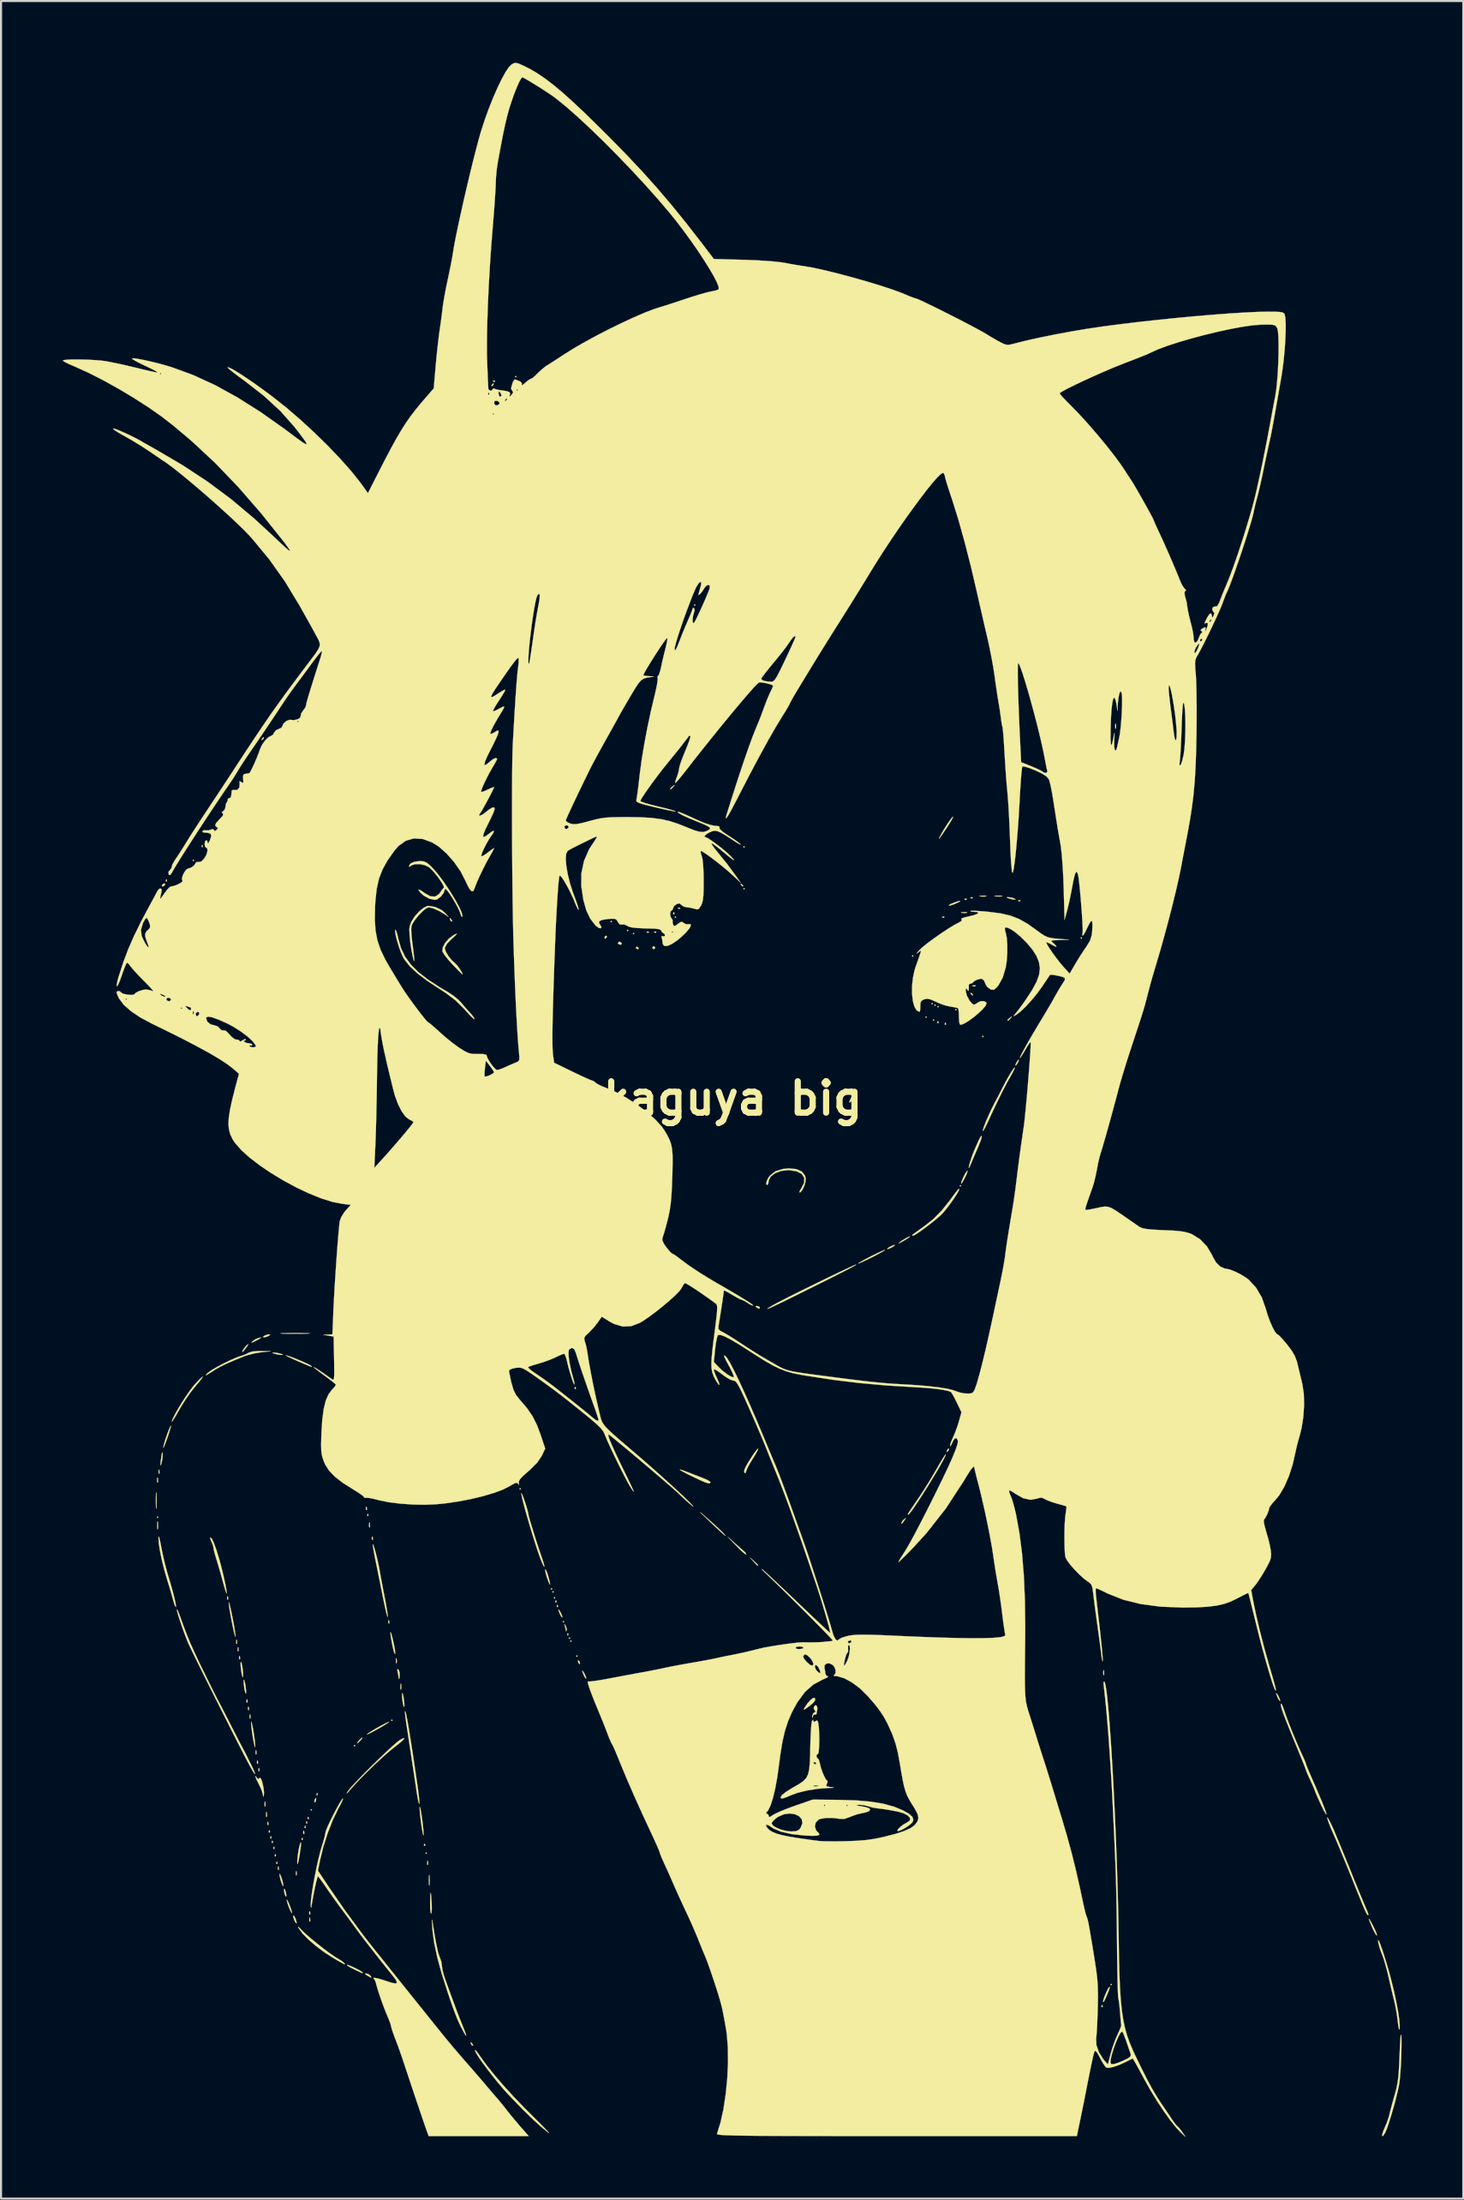
<source format=kicad_pcb>
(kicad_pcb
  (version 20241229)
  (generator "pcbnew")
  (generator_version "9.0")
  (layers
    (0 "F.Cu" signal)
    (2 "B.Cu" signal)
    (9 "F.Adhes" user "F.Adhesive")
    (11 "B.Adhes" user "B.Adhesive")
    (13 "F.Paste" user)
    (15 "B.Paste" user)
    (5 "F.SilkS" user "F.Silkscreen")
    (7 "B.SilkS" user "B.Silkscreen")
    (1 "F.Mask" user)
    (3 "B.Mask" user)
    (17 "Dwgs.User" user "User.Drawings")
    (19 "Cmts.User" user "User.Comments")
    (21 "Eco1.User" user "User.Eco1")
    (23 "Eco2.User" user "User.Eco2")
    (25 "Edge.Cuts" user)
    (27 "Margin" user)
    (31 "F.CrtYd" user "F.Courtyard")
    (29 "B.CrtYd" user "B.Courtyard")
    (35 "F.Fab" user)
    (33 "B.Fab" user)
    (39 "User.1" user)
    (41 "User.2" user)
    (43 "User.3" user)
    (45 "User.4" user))
  (footprint "kaguya big"
    (layer "F.Cu")
    (at 32.589 50.345)
    (property "Reference" "kaguya big" (at 0 0 0) (layer "F.SilkS") (effects (font (size 1.524 1.524) (thickness 0.3))))
    (attr through_hole)
    (fp_poly (pts (xy -27.94 20.356) (xy -27.976 20.393) (xy -28.013 20.356) (xy -27.976 20.32) (xy -27.94 20.356)) (stroke (width 0.01) (type solid)) (fill yes) (layer "F.SilkS"))
    (fp_poly (pts (xy -26.198 -11.575) (xy -26.235 -11.539) (xy -26.271 -11.575) (xy -26.235 -11.611) (xy -26.198 -11.575)) (stroke (width 0.01) (type solid)) (fill yes) (layer "F.SilkS"))
    (fp_poly (pts (xy -20.465 34.58) (xy -20.501 34.617) (xy -20.538 34.58) (xy -20.501 34.544) (xy -20.465 34.58)) (stroke (width 0.01) (type solid)) (fill yes) (layer "F.SilkS"))
    (fp_poly (pts (xy -18.361 31.46) (xy -18.397 31.496) (xy -18.433 31.46) (xy -18.397 31.423) (xy -18.361 31.46)) (stroke (width 0.01) (type solid)) (fill yes) (layer "F.SilkS"))
    (fp_poly (pts (xy -16.546 30.226) (xy -16.583 30.262) (xy -16.619 30.226) (xy -16.583 30.19) (xy -16.546 30.226)) (stroke (width 0.01) (type solid)) (fill yes) (layer "F.SilkS"))
    (fp_poly (pts (xy -14.877 36.685) (xy -14.913 36.721) (xy -14.95 36.685) (xy -14.913 36.649) (xy -14.877 36.685)) (stroke (width 0.01) (type solid)) (fill yes) (layer "F.SilkS"))
    (fp_poly (pts (xy -10.523 -35.088) (xy -10.559 -35.052) (xy -10.595 -35.088) (xy -10.559 -35.125) (xy -10.523 -35.088)) (stroke (width 0.01) (type solid)) (fill yes) (layer "F.SilkS"))
    (fp_poly (pts (xy -10.305 18.977) (xy -10.341 19.014) (xy -10.378 18.977) (xy -10.341 18.941) (xy -10.305 18.977)) (stroke (width 0.01) (type solid)) (fill yes) (layer "F.SilkS"))
    (fp_poly (pts (xy -8.781 23.84) (xy -8.817 23.876) (xy -8.854 23.84) (xy -8.817 23.803) (xy -8.781 23.84)) (stroke (width 0.01) (type solid)) (fill yes) (layer "F.SilkS"))
    (fp_poly (pts (xy -8.709 23.985) (xy -8.745 24.021) (xy -8.781 23.985) (xy -8.745 23.949) (xy -8.709 23.985)) (stroke (width 0.01) (type solid)) (fill yes) (layer "F.SilkS"))
    (fp_poly (pts (xy -8.636 24.275) (xy -8.672 24.311) (xy -8.709 24.275) (xy -8.672 24.239) (xy -8.636 24.275)) (stroke (width 0.01) (type solid)) (fill yes) (layer "F.SilkS"))
    (fp_poly (pts (xy -8.201 25.436) (xy -8.237 25.473) (xy -8.273 25.436) (xy -8.237 25.4) (xy -8.201 25.436)) (stroke (width 0.01) (type solid)) (fill yes) (layer "F.SilkS"))
    (fp_poly (pts (xy -7.91 26.235) (xy -7.947 26.271) (xy -7.983 26.235) (xy -7.947 26.198) (xy -7.91 26.235)) (stroke (width 0.01) (type solid)) (fill yes) (layer "F.SilkS"))
    (fp_poly (pts (xy -7.838 26.38) (xy -7.874 26.416) (xy -7.91 26.38) (xy -7.874 26.343) (xy -7.838 26.38)) (stroke (width 0.01) (type solid)) (fill yes) (layer "F.SilkS"))
    (fp_poly (pts (xy -7.547 27.105) (xy -7.584 27.142) (xy -7.62 27.105) (xy -7.584 27.069) (xy -7.547 27.105)) (stroke (width 0.01) (type solid)) (fill yes) (layer "F.SilkS"))
    (fp_poly (pts (xy -5.878 -8.6) (xy -5.915 -8.563) (xy -5.951 -8.6) (xy -5.915 -8.636) (xy -5.878 -8.6)) (stroke (width 0.01) (type solid)) (fill yes) (layer "F.SilkS"))
    (fp_poly (pts (xy -5.08 -8.164) (xy -5.116 -8.128) (xy -5.153 -8.164) (xy -5.116 -8.201) (xy -5.08 -8.164)) (stroke (width 0.01) (type solid)) (fill yes) (layer "F.SilkS"))
    (fp_poly (pts (xy -4.79 -8.019) (xy -4.826 -7.983) (xy -4.862 -8.019) (xy -4.826 -8.055) (xy -4.79 -8.019)) (stroke (width 0.01) (type solid)) (fill yes) (layer "F.SilkS"))
    (fp_poly (pts (xy -2.758 -8.817) (xy -2.794 -8.781) (xy -2.83 -8.817) (xy -2.794 -8.854) (xy -2.758 -8.817)) (stroke (width 0.01) (type solid)) (fill yes) (layer "F.SilkS"))
    (fp_poly (pts (xy -1.814 -23.985) (xy -1.851 -23.949) (xy -1.887 -23.985) (xy -1.851 -24.021) (xy -1.814 -23.985)) (stroke (width 0.01) (type solid)) (fill yes) (layer "F.SilkS"))
    (fp_poly (pts (xy 0.581 -12.228) (xy 0.544 -12.192) (xy 0.508 -12.228) (xy 0.544 -12.265) (xy 0.581 -12.228)) (stroke (width 0.01) (type solid)) (fill yes) (layer "F.SilkS"))
    (fp_poly (pts (xy 0.581 -10.196) (xy 0.544 -10.16) (xy 0.508 -10.196) (xy 0.544 -10.233) (xy 0.581 -10.196)) (stroke (width 0.01) (type solid)) (fill yes) (layer "F.SilkS"))
    (fp_poly (pts (xy 8.781 -6.931) (xy 8.745 -6.894) (xy 8.709 -6.931) (xy 8.745 -6.967) (xy 8.781 -6.931)) (stroke (width 0.01) (type solid)) (fill yes) (layer "F.SilkS"))
    (fp_poly (pts (xy 9.434 -3.955) (xy 9.398 -3.919) (xy 9.362 -3.955) (xy 9.398 -3.991) (xy 9.434 -3.955)) (stroke (width 0.01) (type solid)) (fill yes) (layer "F.SilkS"))
    (fp_poly (pts (xy 9.725 -4.608) (xy 9.688 -4.572) (xy 9.652 -4.608) (xy 9.688 -4.645) (xy 9.725 -4.608)) (stroke (width 0.01) (type solid)) (fill yes) (layer "F.SilkS"))
    (fp_poly (pts (xy 9.797 -3.81) (xy 9.761 -3.774) (xy 9.725 -3.81) (xy 9.761 -3.846) (xy 9.797 -3.81)) (stroke (width 0.01) (type solid)) (fill yes) (layer "F.SilkS"))
    (fp_poly (pts (xy 9.87 -4.536) (xy 9.833 -4.499) (xy 9.797 -4.536) (xy 9.833 -4.572) (xy 9.87 -4.536)) (stroke (width 0.01) (type solid)) (fill yes) (layer "F.SilkS"))
    (fp_poly (pts (xy 10.015 -4.463) (xy 9.979 -4.427) (xy 9.942 -4.463) (xy 9.979 -4.499) (xy 10.015 -4.463)) (stroke (width 0.01) (type solid)) (fill yes) (layer "F.SilkS"))
    (fp_poly (pts (xy 10.886 -4.318) (xy 10.849 -4.282) (xy 10.813 -4.318) (xy 10.849 -4.354) (xy 10.886 -4.318)) (stroke (width 0.01) (type solid)) (fill yes) (layer "F.SilkS"))
    (fp_poly (pts (xy 11.103 4.245) (xy 11.067 4.282) (xy 11.031 4.245) (xy 11.067 4.209) (xy 11.103 4.245)) (stroke (width 0.01) (type solid)) (fill yes) (layer "F.SilkS"))
    (fp_poly (pts (xy 12.192 -3.012) (xy 12.156 -2.975) (xy 12.119 -3.012) (xy 12.156 -3.048) (xy 12.192 -3.012)) (stroke (width 0.01) (type solid)) (fill yes) (layer "F.SilkS"))
    (fp_poly (pts (xy 16.982 -7.801) (xy 16.945 -7.765) (xy 16.909 -7.801) (xy 16.945 -7.838) (xy 16.982 -7.801)) (stroke (width 0.01) (type solid)) (fill yes) (layer "F.SilkS"))
    (fp_poly (pts (xy 18.433 43.071) (xy 18.397 43.107) (xy 18.361 43.071) (xy 18.397 43.035) (xy 18.433 43.071)) (stroke (width 0.01) (type solid)) (fill yes) (layer "F.SilkS"))
    (fp_poly (pts (xy -27.892 18.052) (xy -27.882 18.201) (xy -27.892 18.234) (xy -27.918 18.243) (xy -27.929 18.143) (xy -27.917 18.04) (xy -27.892 18.052)) (stroke (width 0.01) (type solid)) (fill yes) (layer "F.SilkS"))
    (fp_poly (pts (xy -27.529 -10.644) (xy -27.52 -10.558) (xy -27.529 -10.547) (xy -27.572 -10.557) (xy -27.577 -10.595) (xy -27.551 -10.655) (xy -27.529 -10.644)) (stroke (width 0.01) (type solid)) (fill yes) (layer "F.SilkS"))
    (fp_poly (pts (xy -25.787 -12.313) (xy -25.778 -12.227) (xy -25.787 -12.216) (xy -25.83 -12.226) (xy -25.835 -12.265) (xy -25.809 -12.324) (xy -25.787 -12.313)) (stroke (width 0.01) (type solid)) (fill yes) (layer "F.SilkS"))
    (fp_poly (pts (xy -24.552 24.225) (xy -24.543 24.339) (xy -24.558 24.364) (xy -24.591 24.343) (xy -24.596 24.269) (xy -24.578 24.192) (xy -24.552 24.225)) (stroke (width 0.01) (type solid)) (fill yes) (layer "F.SilkS"))
    (fp_poly (pts (xy -24.118 26.325) (xy -24.109 26.474) (xy -24.118 26.507) (xy -24.145 26.516) (xy -24.155 26.416) (xy -24.143 26.313) (xy -24.118 26.325)) (stroke (width 0.01) (type solid)) (fill yes) (layer "F.SilkS"))
    (fp_poly (pts (xy -24.046 26.688) (xy -24.036 26.837) (xy -24.046 26.87) (xy -24.072 26.879) (xy -24.082 26.779) (xy -24.071 26.676) (xy -24.046 26.688)) (stroke (width 0.01) (type solid)) (fill yes) (layer "F.SilkS"))
    (fp_poly (pts (xy -23.972 27.128) (xy -23.963 27.242) (xy -23.977 27.267) (xy -24.01 27.246) (xy -24.015 27.172) (xy -23.998 27.095) (xy -23.972 27.128)) (stroke (width 0.01) (type solid)) (fill yes) (layer "F.SilkS"))
    (fp_poly (pts (xy -23.609 29.233) (xy -23.6 29.346) (xy -23.614 29.372) (xy -23.647 29.35) (xy -23.653 29.277) (xy -23.635 29.199) (xy -23.609 29.233)) (stroke (width 0.01) (type solid)) (fill yes) (layer "F.SilkS"))
    (fp_poly (pts (xy -23.536 29.596) (xy -23.527 29.709) (xy -23.542 29.735) (xy -23.575 29.713) (xy -23.58 29.639) (xy -23.562 29.562) (xy -23.536 29.596)) (stroke (width 0.01) (type solid)) (fill yes) (layer "F.SilkS"))
    (fp_poly (pts (xy -23.465 29.954) (xy -23.455 30.102) (xy -23.465 30.135) (xy -23.492 30.144) (xy -23.502 30.045) (xy -23.49 29.942) (xy -23.465 29.954)) (stroke (width 0.01) (type solid)) (fill yes) (layer "F.SilkS"))
    (fp_poly (pts (xy -23.175 31.696) (xy -23.165 31.844) (xy -23.175 31.877) (xy -23.201 31.886) (xy -23.211 31.786) (xy -23.2 31.683) (xy -23.175 31.696)) (stroke (width 0.01) (type solid)) (fill yes) (layer "F.SilkS"))
    (fp_poly (pts (xy -23.101 32.208) (xy -23.092 32.322) (xy -23.106 32.347) (xy -23.139 32.326) (xy -23.145 32.252) (xy -23.127 32.175) (xy -23.101 32.208)) (stroke (width 0.01) (type solid)) (fill yes) (layer "F.SilkS"))
    (fp_poly (pts (xy -23.028 32.571) (xy -23.019 32.684) (xy -23.034 32.71) (xy -23.067 32.688) (xy -23.072 32.615) (xy -23.054 32.537) (xy -23.028 32.571)) (stroke (width 0.01) (type solid)) (fill yes) (layer "F.SilkS"))
    (fp_poly (pts (xy -22.593 35.184) (xy -22.584 35.297) (xy -22.598 35.323) (xy -22.631 35.301) (xy -22.637 35.227) (xy -22.619 35.15) (xy -22.593 35.184)) (stroke (width 0.01) (type solid)) (fill yes) (layer "F.SilkS"))
    (fp_poly (pts (xy -22.521 35.584) (xy -22.513 35.67) (xy -22.521 35.681) (xy -22.564 35.671) (xy -22.57 35.633) (xy -22.543 35.573) (xy -22.521 35.584)) (stroke (width 0.01) (type solid)) (fill yes) (layer "F.SilkS"))
    (fp_poly (pts (xy -22.449 35.874) (xy -22.44 35.961) (xy -22.449 35.971) (xy -22.492 35.961) (xy -22.497 35.923) (xy -22.471 35.863) (xy -22.449 35.874)) (stroke (width 0.01) (type solid)) (fill yes) (layer "F.SilkS"))
    (fp_poly (pts (xy -22.376 36.092) (xy -22.368 36.178) (xy -22.376 36.189) (xy -22.419 36.179) (xy -22.425 36.141) (xy -22.398 36.081) (xy -22.376 36.092)) (stroke (width 0.01) (type solid)) (fill yes) (layer "F.SilkS"))
    (fp_poly (pts (xy -22.304 36.382) (xy -22.295 36.469) (xy -22.304 36.479) (xy -22.347 36.469) (xy -22.352 36.431) (xy -22.325 36.371) (xy -22.304 36.382)) (stroke (width 0.01) (type solid)) (fill yes) (layer "F.SilkS"))
    (fp_poly (pts (xy -22.231 36.745) (xy -22.222 36.831) (xy -22.231 36.842) (xy -22.274 36.832) (xy -22.279 36.794) (xy -22.253 36.734) (xy -22.231 36.745)) (stroke (width 0.01) (type solid)) (fill yes) (layer "F.SilkS"))
    (fp_poly (pts (xy -22.158 37.108) (xy -22.15 37.194) (xy -22.158 37.205) (xy -22.202 37.195) (xy -22.207 37.157) (xy -22.18 37.097) (xy -22.158 37.108)) (stroke (width 0.01) (type solid)) (fill yes) (layer "F.SilkS"))
    (fp_poly (pts (xy -22.085 37.361) (xy -22.076 37.474) (xy -22.09 37.5) (xy -22.123 37.478) (xy -22.129 37.405) (xy -22.111 37.327) (xy -22.085 37.361)) (stroke (width 0.01) (type solid)) (fill yes) (layer "F.SilkS"))
    (fp_poly (pts (xy -21.215 37.574) (xy -21.206 37.722) (xy -21.215 37.755) (xy -21.242 37.764) (xy -21.252 37.665) (xy -21.241 37.562) (xy -21.215 37.574)) (stroke (width 0.01) (type solid)) (fill yes) (layer "F.SilkS"))
    (fp_poly (pts (xy -20.925 35.947) (xy -20.916 36.033) (xy -20.925 36.044) (xy -20.968 36.034) (xy -20.973 35.995) (xy -20.947 35.936) (xy -20.925 35.947)) (stroke (width 0.01) (type solid)) (fill yes) (layer "F.SilkS"))
    (fp_poly (pts (xy -20.851 35.619) (xy -20.842 35.732) (xy -20.857 35.758) (xy -20.89 35.736) (xy -20.895 35.663) (xy -20.877 35.585) (xy -20.851 35.619)) (stroke (width 0.01) (type solid)) (fill yes) (layer "F.SilkS"))
    (fp_poly (pts (xy -20.78 35.366) (xy -20.771 35.453) (xy -20.78 35.463) (xy -20.823 35.453) (xy -20.828 35.415) (xy -20.801 35.355) (xy -20.78 35.366)) (stroke (width 0.01) (type solid)) (fill yes) (layer "F.SilkS"))
    (fp_poly (pts (xy -20.707 35.149) (xy -20.698 35.235) (xy -20.707 35.246) (xy -20.75 35.236) (xy -20.755 35.197) (xy -20.729 35.137) (xy -20.707 35.149)) (stroke (width 0.01) (type solid)) (fill yes) (layer "F.SilkS"))
    (fp_poly (pts (xy -20.634 34.931) (xy -20.626 35.017) (xy -20.634 35.028) (xy -20.678 35.018) (xy -20.683 34.979) (xy -20.656 34.92) (xy -20.634 34.931)) (stroke (width 0.01) (type solid)) (fill yes) (layer "F.SilkS"))
    (fp_poly (pts (xy -20.562 39.824) (xy -20.553 39.972) (xy -20.562 40.005) (xy -20.589 40.014) (xy -20.599 39.914) (xy -20.587 39.811) (xy -20.562 39.824)) (stroke (width 0.01) (type solid)) (fill yes) (layer "F.SilkS"))
    (fp_poly (pts (xy -20.561 39.538) (xy -20.552 39.651) (xy -20.566 39.677) (xy -20.599 39.655) (xy -20.605 39.582) (xy -20.587 39.504) (xy -20.561 39.538)) (stroke (width 0.01) (type solid)) (fill yes) (layer "F.SilkS"))
    (fp_poly (pts (xy -20.199 33.77) (xy -20.19 33.856) (xy -20.199 33.867) (xy -20.242 33.857) (xy -20.247 33.818) (xy -20.221 33.759) (xy -20.199 33.77)) (stroke (width 0.01) (type solid)) (fill yes) (layer "F.SilkS"))
    (fp_poly (pts (xy -17.803 19.871) (xy -17.794 19.984) (xy -17.809 20.01) (xy -17.842 19.988) (xy -17.847 19.915) (xy -17.829 19.837) (xy -17.803 19.871)) (stroke (width 0.01) (type solid)) (fill yes) (layer "F.SilkS"))
    (fp_poly (pts (xy -17.732 20.199) (xy -17.723 20.285) (xy -17.732 20.296) (xy -17.775 20.286) (xy -17.78 20.247) (xy -17.753 20.188) (xy -17.732 20.199)) (stroke (width 0.01) (type solid)) (fill yes) (layer "F.SilkS"))
    (fp_poly (pts (xy -17.513 21.322) (xy -17.504 21.436) (xy -17.518 21.461) (xy -17.551 21.44) (xy -17.557 21.366) (xy -17.539 21.289) (xy -17.513 21.322)) (stroke (width 0.01) (type solid)) (fill yes) (layer "F.SilkS"))
    (fp_poly (pts (xy -16.714 25.386) (xy -16.706 25.5) (xy -16.72 25.525) (xy -16.753 25.504) (xy -16.758 25.43) (xy -16.741 25.353) (xy -16.714 25.386)) (stroke (width 0.01) (type solid)) (fill yes) (layer "F.SilkS"))
    (fp_poly (pts (xy -14.974 36.237) (xy -14.965 36.323) (xy -14.974 36.334) (xy -15.017 36.324) (xy -15.022 36.286) (xy -14.996 36.226) (xy -14.974 36.237)) (stroke (width 0.01) (type solid)) (fill yes) (layer "F.SilkS"))
    (fp_poly (pts (xy -14.829 37.066) (xy -14.819 37.214) (xy -14.829 37.247) (xy -14.856 37.256) (xy -14.866 37.157) (xy -14.854 37.054) (xy -14.829 37.066)) (stroke (width 0.01) (type solid)) (fill yes) (layer "F.SilkS"))
    (fp_poly (pts (xy -11.563 -34.883) (xy -11.573 -34.84) (xy -11.611 -34.834) (xy -11.671 -34.861) (xy -11.66 -34.883) (xy -11.574 -34.891) (xy -11.563 -34.883)) (stroke (width 0.01) (type solid)) (fill yes) (layer "F.SilkS"))
    (fp_poly (pts (xy -8.588 24.408) (xy -8.579 24.494) (xy -8.588 24.505) (xy -8.631 24.495) (xy -8.636 24.457) (xy -8.609 24.397) (xy -8.588 24.408)) (stroke (width 0.01) (type solid)) (fill yes) (layer "F.SilkS"))
    (fp_poly (pts (xy -8.515 24.626) (xy -8.506 24.712) (xy -8.515 24.723) (xy -8.558 24.713) (xy -8.563 24.674) (xy -8.537 24.615) (xy -8.515 24.626)) (stroke (width 0.01) (type solid)) (fill yes) (layer "F.SilkS"))
    (fp_poly (pts (xy -8.007 26.005) (xy -7.998 26.091) (xy -8.007 26.102) (xy -8.05 26.092) (xy -8.055 26.053) (xy -8.029 25.993) (xy -8.007 26.005)) (stroke (width 0.01) (type solid)) (fill yes) (layer "F.SilkS"))
    (fp_poly (pts (xy -7.644 14.03) (xy -7.636 14.117) (xy -7.644 14.127) (xy -7.687 14.117) (xy -7.693 14.079) (xy -7.666 14.019) (xy -7.644 14.03)) (stroke (width 0.01) (type solid)) (fill yes) (layer "F.SilkS"))
    (fp_poly (pts (xy -4.088 -8.104) (xy -4.098 -8.061) (xy -4.137 -8.055) (xy -4.196 -8.082) (xy -4.185 -8.104) (xy -4.099 -8.112) (xy -4.088 -8.104)) (stroke (width 0.01) (type solid)) (fill yes) (layer "F.SilkS"))
    (fp_poly (pts (xy -3.725 -8.104) (xy -3.735 -8.061) (xy -3.774 -8.055) (xy -3.833 -8.082) (xy -3.822 -8.104) (xy -3.736 -8.112) (xy -3.725 -8.104)) (stroke (width 0.01) (type solid)) (fill yes) (layer "F.SilkS"))
    (fp_poly (pts (xy -2.854 -9.047) (xy -2.846 -8.961) (xy -2.854 -8.95) (xy -2.898 -8.96) (xy -2.903 -8.999) (xy -2.876 -9.059) (xy -2.854 -9.047)) (stroke (width 0.01) (type solid)) (fill yes) (layer "F.SilkS"))
    (fp_poly (pts (xy -2.564 -9.265) (xy -2.574 -9.222) (xy -2.613 -9.217) (xy -2.672 -9.243) (xy -2.661 -9.265) (xy -2.575 -9.274) (xy -2.564 -9.265)) (stroke (width 0.01) (type solid)) (fill yes) (layer "F.SilkS"))
    (fp_poly (pts (xy 9.991 -3.75) (xy 9.999 -3.663) (xy 9.991 -3.653) (xy 9.948 -3.663) (xy 9.942 -3.701) (xy 9.969 -3.761) (xy 9.991 -3.75)) (stroke (width 0.01) (type solid)) (fill yes) (layer "F.SilkS"))
    (fp_poly (pts (xy 10.281 -8.83) (xy 10.271 -8.786) (xy 10.233 -8.781) (xy 10.173 -8.808) (xy 10.184 -8.83) (xy 10.27 -8.838) (xy 10.281 -8.83)) (stroke (width 0.01) (type solid)) (fill yes) (layer "F.SilkS"))
    (fp_poly (pts (xy 10.354 -3.677) (xy 10.362 -3.591) (xy 10.354 -3.58) (xy 10.31 -3.59) (xy 10.305 -3.629) (xy 10.332 -3.688) (xy 10.354 -3.677)) (stroke (width 0.01) (type solid)) (fill yes) (layer "F.SilkS"))
    (fp_poly (pts (xy 11.37 -9.7) (xy 11.36 -9.657) (xy 11.321 -9.652) (xy 11.261 -9.679) (xy 11.273 -9.7) (xy 11.359 -9.709) (xy 11.37 -9.7)) (stroke (width 0.01) (type solid)) (fill yes) (layer "F.SilkS"))
    (fp_poly (pts (xy 11.66 -9.773) (xy 11.65 -9.73) (xy 11.611 -9.725) (xy 11.552 -9.751) (xy 11.563 -9.773) (xy 11.649 -9.782) (xy 11.66 -9.773)) (stroke (width 0.01) (type solid)) (fill yes) (layer "F.SilkS"))
    (fp_poly (pts (xy 11.809 -5.487) (xy 11.788 -5.454) (xy 11.714 -5.449) (xy 11.637 -5.466) (xy 11.67 -5.492) (xy 11.784 -5.501) (xy 11.809 -5.487)) (stroke (width 0.01) (type solid)) (fill yes) (layer "F.SilkS"))
    (fp_poly (pts (xy 13.982 -9.628) (xy 13.972 -9.585) (xy 13.934 -9.579) (xy 13.874 -9.606) (xy 13.885 -9.628) (xy 13.971 -9.636) (xy 13.982 -9.628)) (stroke (width 0.01) (type solid)) (fill yes) (layer "F.SilkS"))
    (fp_poly (pts (xy 17.974 44.075) (xy 17.982 44.161) (xy 17.974 44.172) (xy 17.93 44.162) (xy 17.925 44.123) (xy 17.952 44.064) (xy 17.974 44.075)) (stroke (width 0.01) (type solid)) (fill yes) (layer "F.SilkS"))
    (fp_poly (pts (xy -20.263 34.026) (xy -20.279 34.158) (xy -20.308 34.198) (xy -20.355 34.217) (xy -20.341 34.11) (xy -20.34 34.103) (xy -20.296 34.005) (xy -20.263 34.026)) (stroke (width 0.01) (type solid)) (fill yes) (layer "F.SilkS"))
    (fp_poly (pts (xy -13.717 -8.737) (xy -13.707 -8.728) (xy -13.65 -8.633) (xy -13.657 -8.598) (xy -13.711 -8.62) (xy -13.748 -8.687) (xy -13.77 -8.772) (xy -13.717 -8.737)) (stroke (width 0.01) (type solid)) (fill yes) (layer "F.SilkS"))
    (fp_poly (pts (xy -12.701 45.909) (xy -12.691 45.918) (xy -12.634 46.014) (xy -12.641 46.048) (xy -12.695 46.027) (xy -12.732 45.959) (xy -12.754 45.874) (xy -12.701 45.909)) (stroke (width 0.01) (type solid)) (fill yes) (layer "F.SilkS"))
    (fp_poly (pts (xy -7.477 27.34) (xy -7.45 27.393) (xy -7.431 27.495) (xy -7.48 27.475) (xy -7.514 27.427) (xy -7.536 27.332) (xy -7.527 27.315) (xy -7.477 27.34)) (stroke (width 0.01) (type solid)) (fill yes) (layer "F.SilkS"))
    (fp_poly (pts (xy 0.424 -10.421) (xy 0.502 -10.348) (xy 0.486 -10.306) (xy 0.476 -10.305) (xy 0.415 -10.357) (xy 0.392 -10.389) (xy 0.384 -10.439) (xy 0.424 -10.421)) (stroke (width 0.01) (type solid)) (fill yes) (layer "F.SilkS"))
    (fp_poly (pts (xy 10.501 17.093) (xy 10.459 17.146) (xy 10.398 17.192) (xy 10.413 17.119) (xy 10.419 17.106) (xy 10.476 17.017) (xy 10.509 17.016) (xy 10.501 17.093)) (stroke (width 0.01) (type solid)) (fill yes) (layer "F.SilkS"))
    (fp_poly (pts (xy 11.6 -5.123) (xy 11.678 -5.05) (xy 11.662 -5.008) (xy 11.652 -5.007) (xy 11.591 -5.059) (xy 11.568 -5.091) (xy 11.56 -5.141) (xy 11.6 -5.123)) (stroke (width 0.01) (type solid)) (fill yes) (layer "F.SilkS"))
    (fp_poly (pts (xy -27.966 18.44) (xy -27.962 18.453) (xy -27.952 18.611) (xy -27.965 18.67) (xy -27.989 18.673) (xy -27.999 18.559) (xy -27.998 18.542) (xy -27.988 18.429) (xy -27.966 18.44)) (stroke (width 0.01) (type solid)) (fill yes) (layer "F.SilkS"))
    (fp_poly (pts (xy -27.961 20.592) (xy -27.949 20.804) (xy -27.961 20.919) (xy -27.979 20.953) (xy -27.991 20.862) (xy -27.993 20.755) (xy -27.987 20.598) (xy -27.973 20.555) (xy -27.961 20.592)) (stroke (width 0.01) (type solid)) (fill yes) (layer "F.SilkS"))
    (fp_poly (pts (xy -27.602 -10.406) (xy -27.613 -10.378) (xy -27.71 -10.308) (xy -27.731 -10.305) (xy -27.77 -10.35) (xy -27.759 -10.378) (xy -27.662 -10.448) (xy -27.641 -10.45) (xy -27.602 -10.406)) (stroke (width 0.01) (type solid)) (fill yes) (layer "F.SilkS"))
    (fp_poly (pts (xy -22.81 -17.515) (xy -22.824 -17.49) (xy -22.892 -17.42) (xy -22.905 -17.417) (xy -22.91 -17.464) (xy -22.896 -17.49) (xy -22.828 -17.559) (xy -22.815 -17.562) (xy -22.81 -17.515)) (stroke (width 0.01) (type solid)) (fill yes) (layer "F.SilkS"))
    (fp_poly (pts (xy -22.741 34.188) (xy -22.737 34.201) (xy -22.727 34.359) (xy -22.74 34.418) (xy -22.764 34.421) (xy -22.773 34.307) (xy -22.773 34.29) (xy -22.763 34.177) (xy -22.741 34.188)) (stroke (width 0.01) (type solid)) (fill yes) (layer "F.SilkS"))
    (fp_poly (pts (xy -22.668 34.696) (xy -22.665 34.709) (xy -22.654 34.867) (xy -22.667 34.926) (xy -22.691 34.929) (xy -22.701 34.815) (xy -22.701 34.798) (xy -22.69 34.685) (xy -22.668 34.696)) (stroke (width 0.01) (type solid)) (fill yes) (layer "F.SilkS"))
    (fp_poly (pts (xy -21.783 38.452) (xy -21.74 38.577) (xy -21.715 38.729) (xy -21.723 38.801) (xy -21.76 38.764) (xy -21.803 38.639) (xy -21.828 38.487) (xy -21.82 38.415) (xy -21.783 38.452)) (stroke (width 0.01) (type solid)) (fill yes) (layer "F.SilkS"))
    (fp_poly (pts (xy -18.026 31.106) (xy -18.107 31.206) (xy -18.216 31.313) (xy -18.274 31.351) (xy -18.259 31.306) (xy -18.179 31.206) (xy -18.07 31.098) (xy -18.012 31.061) (xy -18.026 31.106)) (stroke (width 0.01) (type solid)) (fill yes) (layer "F.SilkS"))
    (fp_poly (pts (xy -17.661 20.617) (xy -17.657 20.63) (xy -17.647 20.788) (xy -17.66 20.848) (xy -17.684 20.85) (xy -17.693 20.736) (xy -17.693 20.719) (xy -17.683 20.607) (xy -17.661 20.617)) (stroke (width 0.01) (type solid)) (fill yes) (layer "F.SilkS"))
    (fp_poly (pts (xy -16.354 27.221) (xy -16.351 27.234) (xy -16.34 27.392) (xy -16.354 27.452) (xy -16.377 27.454) (xy -16.387 27.34) (xy -16.387 27.323) (xy -16.377 27.211) (xy -16.354 27.221)) (stroke (width 0.01) (type solid)) (fill yes) (layer "F.SilkS"))
    (fp_poly (pts (xy -16.133 28.466) (xy -16.122 28.65) (xy -16.133 28.72) (xy -16.154 28.743) (xy -16.166 28.642) (xy -16.167 28.593) (xy -16.159 28.461) (xy -16.14 28.446) (xy -16.133 28.466)) (stroke (width 0.01) (type solid)) (fill yes) (layer "F.SilkS"))
    (fp_poly (pts (xy -11.634 -34.715) (xy -11.648 -34.689) (xy -11.716 -34.62) (xy -11.729 -34.617) (xy -11.734 -34.663) (xy -11.72 -34.689) (xy -11.652 -34.758) (xy -11.639 -34.762) (xy -11.634 -34.715)) (stroke (width 0.01) (type solid)) (fill yes) (layer "F.SilkS"))
    (fp_poly (pts (xy -6.121 -7.866) (xy -6.132 -7.838) (xy -6.197 -7.768) (xy -6.209 -7.765) (xy -6.24 -7.821) (xy -6.241 -7.838) (xy -6.185 -7.907) (xy -6.164 -7.91) (xy -6.121 -7.866)) (stroke (width 0.01) (type solid)) (fill yes) (layer "F.SilkS"))
    (fp_poly (pts (xy -5.421 -7.567) (xy -5.407 -7.547) (xy -5.423 -7.485) (xy -5.475 -7.475) (xy -5.574 -7.513) (xy -5.588 -7.547) (xy -5.536 -7.618) (xy -5.52 -7.62) (xy -5.421 -7.567)) (stroke (width 0.01) (type solid)) (fill yes) (layer "F.SilkS"))
    (fp_poly (pts (xy -4.645 -7.366) (xy -4.575 -7.301) (xy -4.572 -7.289) (xy -4.628 -7.258) (xy -4.645 -7.257) (xy -4.714 -7.313) (xy -4.717 -7.334) (xy -4.673 -7.377) (xy -4.645 -7.366)) (stroke (width 0.01) (type solid)) (fill yes) (layer "F.SilkS"))
    (fp_poly (pts (xy -3.776 -7.347) (xy -3.774 -7.33) (xy -3.829 -7.259) (xy -3.846 -7.257) (xy -3.917 -7.312) (xy -3.919 -7.33) (xy -3.864 -7.4) (xy -3.846 -7.402) (xy -3.776 -7.347)) (stroke (width 0.01) (type solid)) (fill yes) (layer "F.SilkS"))
    (fp_poly (pts (xy -2.853 -15.202) (xy -2.894 -15.149) (xy -3 -15.036) (xy -3.047 -15.037) (xy -3.048 -15.05) (xy -2.998 -15.11) (xy -2.921 -15.177) (xy -2.835 -15.239) (xy -2.853 -15.202)) (stroke (width 0.01) (type solid)) (fill yes) (layer "F.SilkS"))
    (fp_poly (pts (xy 1.034 22.492) (xy 1.186 22.633) (xy 1.233 22.702) (xy 1.21 22.715) (xy 1.152 22.666) (xy 1.038 22.546) (xy 1.011 22.515) (xy 0.835 22.316) (xy 1.034 22.492)) (stroke (width 0.01) (type solid)) (fill yes) (layer "F.SilkS"))
    (fp_poly (pts (xy 1.287 10.122) (xy 1.306 10.16) (xy 1.295 10.223) (xy 1.232 10.205) (xy 1.161 10.16) (xy 1.094 10.104) (xy 1.163 10.089) (xy 1.179 10.089) (xy 1.287 10.122)) (stroke (width 0.01) (type solid)) (fill yes) (layer "F.SilkS"))
    (fp_poly (pts (xy 11.376 -9.049) (xy 11.398 -9.028) (xy 11.298 -9.016) (xy 11.249 -9.016) (xy 11.117 -9.023) (xy 11.101 -9.042) (xy 11.122 -9.049) (xy 11.306 -9.06) (xy 11.376 -9.049)) (stroke (width 0.01) (type solid)) (fill yes) (layer "F.SilkS"))
    (fp_poly (pts (xy 12.32 -9.847) (xy 12.337 -9.827) (xy 12.233 -9.816) (xy 12.156 -9.815) (xy 12.015 -9.823) (xy 11.994 -9.839) (xy 12.03 -9.848) (xy 12.219 -9.86) (xy 12.32 -9.847)) (stroke (width 0.01) (type solid)) (fill yes) (layer "F.SilkS"))
    (fp_poly (pts (xy 13.081 -9.848) (xy 13.115 -9.83) (xy 13.024 -9.819) (xy 12.918 -9.817) (xy 12.761 -9.823) (xy 12.718 -9.837) (xy 12.754 -9.848) (xy 12.966 -9.86) (xy 13.081 -9.848)) (stroke (width 0.01) (type solid)) (fill yes) (layer "F.SilkS"))
    (fp_poly (pts (xy 13.548 -3.953) (xy 13.508 -3.901) (xy 13.402 -3.788) (xy 13.354 -3.788) (xy 13.353 -3.801) (xy 13.403 -3.862) (xy 13.48 -3.928) (xy 13.566 -3.991) (xy 13.548 -3.953)) (stroke (width 0.01) (type solid)) (fill yes) (layer "F.SilkS"))
    (fp_poly (pts (xy 13.902 -1.834) (xy 13.861 -1.742) (xy 13.786 -1.628) (xy 13.747 -1.597) (xy 13.748 -1.65) (xy 13.789 -1.742) (xy 13.864 -1.856) (xy 13.903 -1.887) (xy 13.902 -1.834)) (stroke (width 0.01) (type solid)) (fill yes) (layer "F.SilkS"))
    (fp_poly (pts (xy 18.044 27.802) (xy 18.048 27.814) (xy 18.059 27.972) (xy 18.045 28.032) (xy 18.021 28.035) (xy 18.012 27.921) (xy 18.012 27.904) (xy 18.022 27.791) (xy 18.044 27.802)) (stroke (width 0.01) (type solid)) (fill yes) (layer "F.SilkS"))
    (fp_poly (pts (xy 18.625 -18.208) (xy 18.629 -18.196) (xy 18.639 -18.038) (xy 18.626 -17.978) (xy 18.602 -17.976) (xy 18.592 -18.089) (xy 18.592 -18.107) (xy 18.603 -18.219) (xy 18.625 -18.208)) (stroke (width 0.01) (type solid)) (fill yes) (layer "F.SilkS"))
    (fp_poly (pts (xy -23.606 12.027) (xy -23.658 12.101) (xy -23.788 12.268) (xy -23.855 12.332) (xy -23.85 12.286) (xy -23.81 12.204) (xy -23.693 12.046) (xy -23.612 11.968) (xy -23.564 11.946) (xy -23.606 12.027)) (stroke (width 0.01) (type solid)) (fill yes) (layer "F.SilkS"))
    (fp_poly (pts (xy -22.955 11.644) (xy -23.09 11.724) (xy -23.223 11.792) (xy -23.373 11.86) (xy -23.41 11.859) (xy -23.368 11.809) (xy -23.212 11.702) (xy -23.078 11.646) (xy -22.95 11.618) (xy -22.955 11.644)) (stroke (width 0.01) (type solid)) (fill yes) (layer "F.SilkS"))
    (fp_poly (pts (xy -21.329 39.745) (xy -21.265 39.874) (xy -21.263 39.878) (xy -21.213 40.047) (xy -21.222 40.103) (xy -21.279 40.036) (xy -21.327 39.941) (xy -21.378 39.793) (xy -21.377 39.713) (xy -21.329 39.745)) (stroke (width 0.01) (type solid)) (fill yes) (layer "F.SilkS"))
    (fp_poly (pts (xy -17.7 42.579) (xy -17.635 42.636) (xy -17.573 42.721) (xy -17.602 42.729) (xy -17.738 42.66) (xy -17.78 42.636) (xy -17.886 42.56) (xy -17.859 42.53) (xy -17.843 42.529) (xy -17.7 42.579)) (stroke (width 0.01) (type solid)) (fill yes) (layer "F.SilkS"))
    (fp_poly (pts (xy -14.752 37.791) (xy -14.752 37.793) (xy -14.74 38.03) (xy -14.753 38.228) (xy -14.768 38.268) (xy -14.778 38.182) (xy -14.782 37.991) (xy -14.778 37.805) (xy -14.767 37.733) (xy -14.752 37.791)) (stroke (width 0.01) (type solid)) (fill yes) (layer "F.SilkS"))
    (fp_poly (pts (xy -8.432 24.89) (xy -8.373 24.989) (xy -8.305 25.139) (xy -8.29 25.223) (xy -8.292 25.225) (xy -8.339 25.191) (xy -8.406 25.07) (xy -8.475 24.899) (xy -8.482 24.835) (xy -8.432 24.89)) (stroke (width 0.01) (type solid)) (fill yes) (layer "F.SilkS"))
    (fp_poly (pts (xy -8.164 25.583) (xy -8.128 25.639) (xy -8.076 25.782) (xy -8.081 25.856) (xy -8.114 25.903) (xy -8.122 25.86) (xy -8.148 25.72) (xy -8.17 25.642) (xy -8.195 25.55) (xy -8.164 25.583)) (stroke (width 0.01) (type solid)) (fill yes) (layer "F.SilkS"))
    (fp_poly (pts (xy -7.271 27.865) (xy -7.212 27.965) (xy -7.144 28.114) (xy -7.129 28.199) (xy -7.131 28.201) (xy -7.178 28.166) (xy -7.245 28.046) (xy -7.314 27.875) (xy -7.321 27.811) (xy -7.271 27.865)) (stroke (width 0.01) (type solid)) (fill yes) (layer "F.SilkS"))
    (fp_poly (pts (xy 8.401 20.428) (xy 8.348 20.501) (xy 8.259 20.624) (xy 8.221 20.677) (xy 8.202 20.653) (xy 8.201 20.631) (xy 8.252 20.53) (xy 8.328 20.456) (xy 8.412 20.394) (xy 8.401 20.428)) (stroke (width 0.01) (type solid)) (fill yes) (layer "F.SilkS"))
    (fp_poly (pts (xy 13.58 -9.757) (xy 13.68 -9.725) (xy 13.753 -9.68) (xy 13.714 -9.665) (xy 13.594 -9.68) (xy 13.426 -9.725) (xy 13.315 -9.766) (xy 13.339 -9.783) (xy 13.389 -9.785) (xy 13.58 -9.757)) (stroke (width 0.01) (type solid)) (fill yes) (layer "F.SilkS"))
    (fp_poly (pts (xy 26.475 28.954) (xy 26.533 29.053) (xy 26.602 29.203) (xy 26.617 29.287) (xy 26.615 29.289) (xy 26.568 29.255) (xy 26.5 29.134) (xy 26.432 28.963) (xy 26.425 28.899) (xy 26.475 28.954)) (stroke (width 0.01) (type solid)) (fill yes) (layer "F.SilkS"))
    (fp_poly (pts (xy -22.497 11.478) (xy -22.552 11.527) (xy -22.57 11.539) (xy -22.725 11.601) (xy -22.787 11.609) (xy -22.86 11.599) (xy -22.806 11.551) (xy -22.787 11.539) (xy -22.632 11.476) (xy -22.57 11.469) (xy -22.497 11.478)) (stroke (width 0.01) (type solid)) (fill yes) (layer "F.SilkS"))
    (fp_poly (pts (xy -22.132 12.374) (xy -21.989 12.41) (xy -21.88 12.451) (xy -21.905 12.467) (xy -21.953 12.468) (xy -22.137 12.445) (xy -22.279 12.41) (xy -22.389 12.368) (xy -22.364 12.353) (xy -22.316 12.352) (xy -22.132 12.374)) (stroke (width 0.01) (type solid)) (fill yes) (layer "F.SilkS"))
    (fp_poly (pts (xy 7.873 7.147) (xy 7.771 7.218) (xy 7.765 7.221) (xy 7.609 7.297) (xy 7.511 7.325) (xy 7.512 7.295) (xy 7.615 7.224) (xy 7.62 7.221) (xy 7.776 7.145) (xy 7.874 7.117) (xy 7.873 7.147)) (stroke (width 0.01) (type solid)) (fill yes) (layer "F.SilkS"))
    (fp_poly (pts (xy -28.032 19.211) (xy -28.021 19.485) (xy -28.027 19.788) (xy -28.032 19.864) (xy -28.043 19.949) (xy -28.052 19.902) (xy -28.058 19.735) (xy -28.059 19.558) (xy -28.057 19.312) (xy -28.05 19.171) (xy -28.04 19.151) (xy -28.032 19.211)) (stroke (width 0.01) (type solid)) (fill yes) (layer "F.SilkS"))
    (fp_poly (pts (xy -27.728 17.232) (xy -27.728 17.354) (xy -27.745 17.524) (xy -27.775 17.695) (xy -27.798 17.78) (xy -27.83 17.841) (xy -27.834 17.762) (xy -27.818 17.599) (xy -27.789 17.385) (xy -27.761 17.239) (xy -27.749 17.205) (xy -27.728 17.232)) (stroke (width 0.01) (type solid)) (fill yes) (layer "F.SilkS"))
    (fp_poly (pts (xy -16.282 27.749) (xy -16.261 27.767) (xy -16.208 27.892) (xy -16.202 28.083) (xy -16.203 28.094) (xy -16.225 28.217) (xy -16.242 28.218) (xy -16.245 28.194) (xy -16.273 28.007) (xy -16.303 27.867) (xy -16.322 27.748) (xy -16.282 27.749)) (stroke (width 0.01) (type solid)) (fill yes) (layer "F.SilkS"))
    (fp_poly (pts (xy -9.084 22.929) (xy -9.023 23.076) (xy -8.973 23.233) (xy -8.906 23.488) (xy -8.886 23.617) (xy -8.908 23.617) (xy -8.969 23.483) (xy -9.035 23.295) (xy -9.098 23.083) (xy -9.126 22.931) (xy -9.122 22.886) (xy -9.084 22.929)) (stroke (width 0.01) (type solid)) (fill yes) (layer "F.SilkS"))
    (fp_poly (pts (xy 4.008 29.241) (xy 3.908 29.382) (xy 3.68 29.569) (xy 3.64 29.598) (xy 3.494 29.694) (xy 3.446 29.705) (xy 3.476 29.634) (xy 3.625 29.412) (xy 3.778 29.238) (xy 3.908 29.14) (xy 3.984 29.139) (xy 4.008 29.241)) (stroke (width 0.01) (type solid)) (fill yes) (layer "F.SilkS"))
    (fp_poly (pts (xy 11.039 -9.575) (xy 10.922 -9.512) (xy 10.719 -9.426) (xy 10.559 -9.377) (xy 10.523 -9.373) (xy 10.505 -9.397) (xy 10.601 -9.454) (xy 10.632 -9.468) (xy 10.836 -9.548) (xy 10.986 -9.596) (xy 11.061 -9.605) (xy 11.039 -9.575)) (stroke (width 0.01) (type solid)) (fill yes) (layer "F.SilkS"))
    (fp_poly (pts (xy -23.898 27.43) (xy -23.862 27.58) (xy -23.84 27.722) (xy -23.817 27.94) (xy -23.815 28.091) (xy -23.825 28.131) (xy -23.854 28.087) (xy -23.89 27.937) (xy -23.912 27.795) (xy -23.935 27.578) (xy -23.937 27.426) (xy -23.927 27.386) (xy -23.898 27.43)) (stroke (width 0.01) (type solid)) (fill yes) (layer "F.SilkS"))
    (fp_poly (pts (xy -23.753 28.301) (xy -23.717 28.45) (xy -23.698 28.56) (xy -23.674 28.765) (xy -23.673 28.903) (xy -23.68 28.93) (xy -23.709 28.886) (xy -23.745 28.736) (xy -23.764 28.626) (xy -23.787 28.421) (xy -23.789 28.284) (xy -23.781 28.257) (xy -23.753 28.301)) (stroke (width 0.01) (type solid)) (fill yes) (layer "F.SilkS"))
    (fp_poly (pts (xy -22.006 37.737) (xy -21.949 37.88) (xy -21.923 37.961) (xy -21.875 38.15) (xy -21.859 38.271) (xy -21.864 38.289) (xy -21.9 38.246) (xy -21.957 38.102) (xy -21.983 38.021) (xy -22.031 37.832) (xy -22.047 37.711) (xy -22.042 37.693) (xy -22.006 37.737)) (stroke (width 0.01) (type solid)) (fill yes) (layer "F.SilkS"))
    (fp_poly (pts (xy -21.671 38.961) (xy -21.611 39.079) (xy -21.552 39.221) (xy -21.478 39.425) (xy -21.439 39.567) (xy -21.438 39.605) (xy -21.477 39.56) (xy -21.546 39.419) (xy -21.581 39.335) (xy -21.653 39.134) (xy -21.693 38.982) (xy -21.695 38.951) (xy -21.671 38.961)) (stroke (width 0.01) (type solid)) (fill yes) (layer "F.SilkS"))
    (fp_poly (pts (xy -16.053 28.946) (xy -16.017 29.096) (xy -15.999 29.207) (xy -15.976 29.412) (xy -15.975 29.55) (xy -15.983 29.578) (xy -16.012 29.535) (xy -16.047 29.386) (xy -16.065 29.273) (xy -16.086 29.066) (xy -16.088 28.929) (xy -16.08 28.901) (xy -16.053 28.946)) (stroke (width 0.01) (type solid)) (fill yes) (layer "F.SilkS"))
    (fp_poly (pts (xy 0.145 21.66) (xy 0.35 21.841) (xy 0.515 21.987) (xy 0.608 22.069) (xy 0.612 22.073) (xy 0.652 22.15) (xy 0.644 22.167) (xy 0.582 22.135) (xy 0.445 22.018) (xy 0.26 21.839) (xy 0.177 21.754) (xy -0.254 21.306) (xy 0.145 21.66)) (stroke (width 0.01) (type solid)) (fill yes) (layer "F.SilkS"))
    (fp_poly (pts (xy 8.613 6.715) (xy 8.6 6.729) (xy 8.495 6.805) (xy 8.317 6.915) (xy 8.237 6.961) (xy 8.099 7.032) (xy 8.059 7.037) (xy 8.092 7.004) (xy 8.21 6.918) (xy 8.356 6.828) (xy 8.496 6.751) (xy 8.594 6.707) (xy 8.613 6.715)) (stroke (width 0.01) (type solid)) (fill yes) (layer "F.SilkS"))
    (fp_poly (pts (xy 11.415 3.545) (xy 11.371 3.67) (xy 11.318 3.784) (xy 11.2 4.012) (xy 11.132 4.125) (xy 11.105 4.138) (xy 11.103 4.121) (xy 11.135 4.002) (xy 11.212 3.824) (xy 11.303 3.647) (xy 11.382 3.531) (xy 11.398 3.517) (xy 11.415 3.545)) (stroke (width 0.01) (type solid)) (fill yes) (layer "F.SilkS"))
    (fp_poly (pts (xy 31.006 39.978) (xy 31.134 40.216) (xy 31.141 40.23) (xy 31.247 40.451) (xy 31.312 40.618) (xy 31.322 40.693) (xy 31.276 40.652) (xy 31.193 40.51) (xy 31.1 40.313) (xy 30.984 40.041) (xy 30.93 39.893) (xy 30.938 39.871) (xy 31.006 39.978)) (stroke (width 0.01) (type solid)) (fill yes) (layer "F.SilkS"))
    (fp_poly (pts (xy -21.057 11.403) (xy -20.698 11.412) (xy -20.58 11.42) (xy -20.596 11.427) (xy -20.736 11.433) (xy -20.989 11.436) (xy -21.3 11.437) (xy -21.64 11.436) (xy -21.874 11.432) (xy -21.992 11.426) (xy -21.984 11.419) (xy -21.859 11.412) (xy -21.477 11.403) (xy -21.057 11.403)) (stroke (width 0.01) (type solid)) (fill yes) (layer "F.SilkS"))
    (fp_poly (pts (xy -14.686 38.631) (xy -14.669 38.783) (xy -14.65 39.076) (xy -14.644 39.207) (xy -14.641 39.431) (xy -14.656 39.582) (xy -14.678 39.624) (xy -14.701 39.557) (xy -14.717 39.379) (xy -14.722 39.123) (xy -14.721 39.025) (xy -14.713 38.75) (xy -14.701 38.619) (xy -14.686 38.631)) (stroke (width 0.01) (type solid)) (fill yes) (layer "F.SilkS"))
    (fp_poly (pts (xy 6.02 -0.304) (xy 6.023 -0.258) (xy 5.989 -0.161) (xy 5.905 -0.03) (xy 5.803 0.097) (xy 5.713 0.183) (xy 5.665 0.192) (xy 5.663 0.181) (xy 5.696 0.08) (xy 5.776 -0.075) (xy 5.873 -0.234) (xy 5.956 -0.343) (xy 5.986 -0.363) (xy 6.02 -0.304)) (stroke (width 0.01) (type solid)) (fill yes) (layer "F.SilkS"))
    (fp_poly (pts (xy 18.329 43.219) (xy 18.29 43.347) (xy 18.195 43.58) (xy 18.116 43.761) (xy 18.046 43.894) (xy 18.006 43.925) (xy 18.002 43.906) (xy 18.028 43.786) (xy 18.093 43.605) (xy 18.177 43.412) (xy 18.257 43.255) (xy 18.315 43.181) (xy 18.319 43.18) (xy 18.329 43.219)) (stroke (width 0.01) (type solid)) (fill yes) (layer "F.SilkS"))
    (fp_poly (pts (xy -20.999 36.241) (xy -21.019 36.429) (xy -21.056 36.69) (xy -21.074 36.801) (xy -21.124 37.072) (xy -21.159 37.206) (xy -21.179 37.199) (xy -21.183 37.142) (xy -21.176 36.959) (xy -21.148 36.732) (xy -21.11 36.5) (xy -21.066 36.302) (xy -21.026 36.18) (xy -21.002 36.161) (xy -20.999 36.241)) (stroke (width 0.01) (type solid)) (fill yes) (layer "F.SilkS"))
    (fp_poly (pts (xy -18.697 42.128) (xy -18.54 42.19) (xy -18.347 42.28) (xy -18.163 42.376) (xy -18.033 42.455) (xy -17.998 42.492) (xy -17.998 42.513) (xy -18.018 42.516) (xy -18.089 42.488) (xy -18.239 42.418) (xy -18.42 42.332) (xy -18.619 42.23) (xy -18.746 42.151) (xy -18.772 42.116) (xy -18.697 42.128)) (stroke (width 0.01) (type solid)) (fill yes) (layer "F.SilkS"))
    (fp_poly (pts (xy -16.623 25.977) (xy -16.576 26.137) (xy -16.543 26.267) (xy -16.479 26.558) (xy -16.434 26.804) (xy -16.417 26.964) (xy -16.418 26.993) (xy -16.444 26.991) (xy -16.487 26.874) (xy -16.529 26.706) (xy -16.59 26.405) (xy -16.631 26.166) (xy -16.651 26.006) (xy -16.648 25.938) (xy -16.623 25.977)) (stroke (width 0.01) (type solid)) (fill yes) (layer "F.SilkS"))
    (fp_poly (pts (xy -27.323 15.906) (xy -27.335 15.98) (xy -27.388 16.159) (xy -27.47 16.41) (xy -27.517 16.546) (xy -27.605 16.788) (xy -27.668 16.938) (xy -27.698 16.98) (xy -27.696 16.944) (xy -27.658 16.783) (xy -27.592 16.566) (xy -27.512 16.332) (xy -27.432 16.119) (xy -27.365 15.964) (xy -27.325 15.905) (xy -27.323 15.906)) (stroke (width 0.01) (type solid)) (fill yes) (layer "F.SilkS"))
    (fp_poly (pts (xy 10.688 -13.627) (xy 10.6 -13.467) (xy 10.463 -13.248) (xy 10.408 -13.165) (xy 10.207 -12.869) (xy 10.082 -12.691) (xy 10.028 -12.629) (xy 10.043 -12.679) (xy 10.089 -12.77) (xy 10.204 -12.976) (xy 10.344 -13.203) (xy 10.486 -13.418) (xy 10.608 -13.59) (xy 10.691 -13.687) (xy 10.711 -13.697) (xy 10.688 -13.627)) (stroke (width 0.01) (type solid)) (fill yes) (layer "F.SilkS"))
    (fp_poly (pts (xy -23.399 30.345) (xy -23.361 30.509) (xy -23.315 30.756) (xy -23.295 30.879) (xy -23.256 31.161) (xy -23.232 31.384) (xy -23.228 31.513) (xy -23.233 31.53) (xy -23.258 31.479) (xy -23.296 31.315) (xy -23.341 31.068) (xy -23.361 30.944) (xy -23.4 30.662) (xy -23.424 30.439) (xy -23.428 30.311) (xy -23.424 30.294) (xy -23.399 30.345)) (stroke (width 0.01) (type solid)) (fill yes) (layer "F.SilkS"))
    (fp_poly (pts (xy -16.728 30.317) (xy -16.821 30.384) (xy -17.008 30.5) (xy -17.253 30.643) (xy -17.345 30.694) (xy -17.573 30.817) (xy -17.729 30.893) (xy -17.79 30.91) (xy -17.78 30.895) (xy -17.684 30.825) (xy -17.519 30.722) (xy -17.315 30.603) (xy -17.104 30.486) (xy -16.913 30.386) (xy -16.776 30.32) (xy -16.72 30.305) (xy -16.728 30.317)) (stroke (width 0.01) (type solid)) (fill yes) (layer "F.SilkS"))
    (fp_poly (pts (xy -15.203 34.485) (xy -15.168 34.652) (xy -15.128 34.905) (xy -15.101 35.095) (xy -15.066 35.396) (xy -15.044 35.638) (xy -15.038 35.789) (xy -15.043 35.823) (xy -15.066 35.77) (xy -15.1 35.603) (xy -15.141 35.35) (xy -15.167 35.161) (xy -15.204 34.86) (xy -15.226 34.618) (xy -15.231 34.466) (xy -15.226 34.433) (xy -15.203 34.485)) (stroke (width 0.01) (type solid)) (fill yes) (layer "F.SilkS"))
    (fp_poly (pts (xy 7.342 7.41) (xy 7.178 7.504) (xy 6.94 7.632) (xy 6.749 7.729) (xy 6.476 7.862) (xy 6.26 7.962) (xy 6.126 8.016) (xy 6.096 8.021) (xy 6.157 7.975) (xy 6.32 7.881) (xy 6.559 7.754) (xy 6.749 7.656) (xy 7.022 7.523) (xy 7.239 7.423) (xy 7.373 7.369) (xy 7.402 7.365) (xy 7.342 7.41)) (stroke (width 0.01) (type solid)) (fill yes) (layer "F.SilkS"))
    (fp_poly (pts (xy -21.63 12.511) (xy -21.434 12.582) (xy -21.188 12.679) (xy -20.931 12.788) (xy -20.704 12.89) (xy -20.547 12.97) (xy -20.505 12.998) (xy -20.467 13.037) (xy -20.473 13.05) (xy -20.542 13.029) (xy -20.694 12.968) (xy -20.947 12.86) (xy -21.155 12.771) (xy -21.422 12.652) (xy -21.621 12.558) (xy -21.727 12.499) (xy -21.734 12.486) (xy -21.63 12.511)) (stroke (width 0.01) (type solid)) (fill yes) (layer "F.SilkS"))
    (fp_poly (pts (xy -2.452 18.068) (xy -2.25 18.144) (xy -1.942 18.264) (xy -1.613 18.391) (xy -1.47 18.445) (xy -1.262 18.535) (xy -1.123 18.615) (xy -1.089 18.656) (xy -1.112 18.705) (xy -1.194 18.707) (xy -1.353 18.656) (xy -1.607 18.546) (xy -1.9 18.409) (xy -2.228 18.247) (xy -2.453 18.128) (xy -2.569 18.055) (xy -2.571 18.034) (xy -2.452 18.068)) (stroke (width 0.01) (type solid)) (fill yes) (layer "F.SilkS"))
    (fp_poly (pts (xy -1.558 20.134) (xy -1.43 20.244) (xy -1.21 20.437) (xy -1.197 20.447) (xy -0.941 20.675) (xy -0.713 20.883) (xy -0.544 21.043) (xy -0.479 21.11) (xy -0.373 21.234) (xy -0.367 21.258) (xy -0.458 21.185) (xy -0.642 21.019) (xy -0.917 20.761) (xy -1.089 20.598) (xy -1.357 20.34) (xy -1.524 20.179) (xy -1.59 20.112) (xy -1.558 20.134)) (stroke (width 0.01) (type solid)) (fill yes) (layer "F.SilkS"))
    (fp_poly (pts (xy -24.488 24.543) (xy -24.443 24.713) (xy -24.385 24.973) (xy -24.32 25.297) (xy -24.319 25.299) (xy -24.258 25.63) (xy -24.213 25.905) (xy -24.188 26.095) (xy -24.188 26.171) (xy -24.212 26.117) (xy -24.257 25.947) (xy -24.316 25.686) (xy -24.381 25.363) (xy -24.381 25.361) (xy -24.442 25.03) (xy -24.488 24.755) (xy -24.512 24.565) (xy -24.513 24.489) (xy -24.488 24.543)) (stroke (width 0.01) (type solid)) (fill yes) (layer "F.SilkS"))
    (fp_poly (pts (xy 4.08 29.522) (xy 4.111 29.637) (xy 4.105 29.704) (xy 4.078 29.856) (xy 4.069 29.922) (xy 4.019 29.949) (xy 3.997 29.939) (xy 3.927 29.961) (xy 3.896 30.026) (xy 3.869 30.115) (xy 3.857 30.062) (xy 3.855 30.024) (xy 3.903 29.892) (xy 3.961 29.851) (xy 4.032 29.799) (xy 3.987 29.752) (xy 3.933 29.647) (xy 3.944 29.576) (xy 4.012 29.492) (xy 4.08 29.522)) (stroke (width 0.01) (type solid)) (fill yes) (layer "F.SilkS"))
    (fp_poly (pts (xy 1.234 17.026) (xy 1.197 17.121) (xy 1.099 17.301) (xy 0.96 17.527) (xy 0.943 17.553) (xy 0.801 17.787) (xy 0.698 17.984) (xy 0.654 18.103) (xy 0.653 18.109) (xy 0.617 18.204) (xy 0.587 18.215) (xy 0.552 18.157) (xy 0.563 18.052) (xy 0.614 17.932) (xy 0.712 17.753) (xy 0.839 17.545) (xy 0.974 17.337) (xy 1.098 17.161) (xy 1.191 17.045) (xy 1.233 17.02) (xy 1.234 17.026)) (stroke (width 0.01) (type solid)) (fill yes) (layer "F.SilkS"))
    (fp_poly (pts (xy -23.181 32.974) (xy -23.149 33.02) (xy -23.08 33.09) (xy -23.015 33.031) (xy -23.012 33.028) (xy -22.968 33.034) (xy -22.915 33.146) (xy -22.863 33.325) (xy -22.822 33.531) (xy -22.801 33.725) (xy -22.809 33.87) (xy -22.81 33.873) (xy -22.836 33.944) (xy -22.85 33.877) (xy -22.852 33.847) (xy -22.89 33.697) (xy -22.978 33.482) (xy -23.041 33.354) (xy -23.145 33.147) (xy -23.208 33.001) (xy -23.222 32.936) (xy -23.181 32.974)) (stroke (width 0.01) (type solid)) (fill yes) (layer "F.SilkS"))
    (fp_poly (pts (xy 12.103 1.876) (xy 12.052 2.053) (xy 11.942 2.33) (xy 11.866 2.504) (xy 11.746 2.777) (xy 11.63 3.052) (xy 11.588 3.157) (xy 11.519 3.313) (xy 11.477 3.377) (xy 11.47 3.366) (xy 11.491 3.249) (xy 11.55 3.047) (xy 11.631 2.808) (xy 11.717 2.581) (xy 11.75 2.504) (xy 11.821 2.342) (xy 11.915 2.13) (xy 11.934 2.086) (xy 12.017 1.917) (xy 12.079 1.822) (xy 12.091 1.814) (xy 12.103 1.876)) (stroke (width 0.01) (type solid)) (fill yes) (layer "F.SilkS"))
    (fp_poly (pts (xy -25.825 13.608) (xy -25.964 13.787) (xy -26.156 14.012) (xy -26.372 14.285) (xy -26.612 14.629) (xy -26.838 14.986) (xy -26.917 15.124) (xy -27.068 15.388) (xy -27.189 15.588) (xy -27.266 15.702) (xy -27.286 15.716) (xy -27.247 15.59) (xy -27.141 15.374) (xy -26.986 15.098) (xy -26.799 14.791) (xy -26.598 14.481) (xy -26.401 14.197) (xy -26.225 13.967) (xy -26.162 13.894) (xy -25.945 13.663) (xy -25.816 13.541) (xy -25.776 13.525) (xy -25.825 13.608)) (stroke (width 0.01) (type solid)) (fill yes) (layer "F.SilkS"))
    (fp_poly (pts (xy -21.056 40.331) (xy -20.996 40.396) (xy -20.823 40.567) (xy -20.567 40.792) (xy -20.262 41.044) (xy -19.939 41.299) (xy -19.632 41.53) (xy -19.373 41.711) (xy -19.218 41.805) (xy -19.053 41.903) (xy -18.924 42.001) (xy -18.862 42.072) (xy -18.882 42.09) (xy -18.951 42.056) (xy -19.113 41.965) (xy -19.338 41.836) (xy -19.409 41.795) (xy -19.846 41.516) (xy -20.26 41.209) (xy -20.627 40.895) (xy -20.92 40.597) (xy -21.114 40.336) (xy -21.141 40.287) (xy -21.136 40.261) (xy -21.056 40.331)) (stroke (width 0.01) (type solid)) (fill yes) (layer "F.SilkS"))
    (fp_poly (pts (xy -27.889 21.371) (xy -27.843 21.57) (xy -27.797 21.808) (xy -27.717 22.203) (xy -27.618 22.627) (xy -27.518 23.005) (xy -27.486 23.114) (xy -27.352 23.557) (xy -27.24 23.957) (xy -27.154 24.294) (xy -27.099 24.545) (xy -27.081 24.691) (xy -27.086 24.716) (xy -27.123 24.674) (xy -27.177 24.527) (xy -27.212 24.404) (xy -27.275 24.174) (xy -27.367 23.861) (xy -27.471 23.521) (xy -27.507 23.404) (xy -27.649 22.916) (xy -27.77 22.43) (xy -27.862 21.98) (xy -27.919 21.6) (xy -27.934 21.346) (xy -27.921 21.293) (xy -27.889 21.371)) (stroke (width 0.01) (type solid)) (fill yes) (layer "F.SilkS"))
    (fp_poly (pts (xy 10.335 17.373) (xy 10.249 17.549) (xy 10.108 17.804) (xy 9.926 18.117) (xy 9.715 18.468) (xy 9.489 18.836) (xy 9.26 19.199) (xy 9.042 19.537) (xy 8.846 19.83) (xy 8.687 20.055) (xy 8.577 20.193) (xy 8.544 20.223) (xy 8.504 20.224) (xy 8.53 20.168) (xy 8.595 20.068) (xy 8.722 19.879) (xy 8.891 19.629) (xy 9.039 19.413) (xy 9.274 19.057) (xy 9.537 18.638) (xy 9.787 18.222) (xy 9.907 18.015) (xy 10.072 17.727) (xy 10.212 17.496) (xy 10.311 17.345) (xy 10.355 17.297) (xy 10.335 17.373)) (stroke (width 0.01) (type solid)) (fill yes) (layer "F.SilkS"))
    (fp_poly (pts (xy -22.935 12.276) (xy -22.461 12.287) (xy -22.933 12.338) (xy -23.254 12.39) (xy -23.582 12.47) (xy -23.767 12.533) (xy -24.257 12.732) (xy -24.633 12.896) (xy -24.922 13.036) (xy -25.148 13.164) (xy -25.219 13.209) (xy -25.467 13.369) (xy -25.607 13.447) (xy -25.635 13.442) (xy -25.549 13.355) (xy -25.509 13.32) (xy -25.331 13.195) (xy -25.061 13.037) (xy -24.74 12.869) (xy -24.411 12.711) (xy -24.117 12.584) (xy -23.898 12.51) (xy -23.897 12.51) (xy -23.691 12.437) (xy -23.551 12.363) (xy -23.376 12.303) (xy -23.089 12.276) (xy -22.935 12.276)) (stroke (width 0.01) (type solid)) (fill yes) (layer "F.SilkS"))
    (fp_poly (pts (xy -25.334 21.405) (xy -25.239 21.605) (xy -25.122 21.924) (xy -24.99 22.352) (xy -24.98 22.388) (xy -24.894 22.702) (xy -24.809 23.041) (xy -24.732 23.374) (xy -24.669 23.672) (xy -24.627 23.903) (xy -24.612 24.038) (xy -24.616 24.06) (xy -24.645 24.007) (xy -24.7 23.843) (xy -24.771 23.598) (xy -24.81 23.455) (xy -24.906 23.103) (xy -25.01 22.743) (xy -25.101 22.441) (xy -25.116 22.392) (xy -25.19 22.146) (xy -25.24 21.945) (xy -25.255 21.848) (xy -25.288 21.705) (xy -25.36 21.536) (xy -25.415 21.399) (xy -25.407 21.336) (xy -25.404 21.336) (xy -25.334 21.405)) (stroke (width 0.01) (type solid)) (fill yes) (layer "F.SilkS"))
    (fp_poly (pts (xy -17.465 21.751) (xy -17.405 21.949) (xy -17.335 22.214) (xy -17.265 22.508) (xy -17.203 22.795) (xy -17.165 23.005) (xy -17.131 23.206) (xy -17.075 23.507) (xy -17.007 23.867) (xy -16.936 24.229) (xy -16.87 24.576) (xy -16.819 24.874) (xy -16.788 25.092) (xy -16.783 25.201) (xy -16.783 25.204) (xy -16.806 25.166) (xy -16.85 25.008) (xy -16.91 24.753) (xy -16.98 24.424) (xy -17.011 24.271) (xy -17.104 23.809) (xy -17.205 23.306) (xy -17.302 22.825) (xy -17.381 22.437) (xy -17.443 22.12) (xy -17.487 21.867) (xy -17.51 21.705) (xy -17.506 21.658) (xy -17.465 21.751)) (stroke (width 0.01) (type solid)) (fill yes) (layer "F.SilkS"))
    (fp_poly (pts (xy -16.012 31.16) (xy -16.143 31.283) (xy -16.356 31.454) (xy -16.413 31.496) (xy -16.678 31.709) (xy -17.012 32.002) (xy -17.383 32.346) (xy -17.762 32.712) (xy -18.12 33.072) (xy -18.427 33.398) (xy -18.573 33.564) (xy -18.72 33.732) (xy -18.779 33.786) (xy -18.755 33.73) (xy -18.72 33.673) (xy -18.611 33.534) (xy -18.417 33.318) (xy -18.157 33.045) (xy -17.852 32.734) (xy -17.522 32.405) (xy -17.187 32.079) (xy -16.868 31.775) (xy -16.585 31.513) (xy -16.358 31.313) (xy -16.206 31.194) (xy -16.189 31.183) (xy -16.027 31.099) (xy -15.971 31.095) (xy -16.012 31.16)) (stroke (width 0.01) (type solid)) (fill yes) (layer "F.SilkS"))
    (fp_poly (pts (xy 11.013 4.384) (xy 10.996 4.461) (xy 10.908 4.622) (xy 10.769 4.838) (xy 10.599 5.081) (xy 10.418 5.321) (xy 10.247 5.529) (xy 10.115 5.668) (xy 9.911 5.847) (xy 9.663 6.049) (xy 9.399 6.252) (xy 9.147 6.437) (xy 8.936 6.581) (xy 8.794 6.664) (xy 8.756 6.677) (xy 8.722 6.646) (xy 8.748 6.617) (xy 8.837 6.549) (xy 9.012 6.423) (xy 9.238 6.262) (xy 9.299 6.219) (xy 9.746 5.867) (xy 10.159 5.449) (xy 10.57 4.933) (xy 10.687 4.771) (xy 10.835 4.57) (xy 10.951 4.431) (xy 11.011 4.383) (xy 11.013 4.384)) (stroke (width 0.01) (type solid)) (fill yes) (layer "F.SilkS"))
    (fp_poly (pts (xy 13.714 -1.496) (xy 13.68 -1.402) (xy 13.592 -1.229) (xy 13.516 -1.097) (xy 13.341 -0.786) (xy 13.125 -0.371) (xy 12.882 0.119) (xy 12.626 0.654) (xy 12.409 1.125) (xy 12.291 1.372) (xy 12.205 1.531) (xy 12.159 1.586) (xy 12.157 1.546) (xy 12.21 1.374) (xy 12.311 1.114) (xy 12.445 0.806) (xy 12.592 0.491) (xy 12.735 0.208) (xy 12.789 0.109) (xy 12.863 -0.028) (xy 12.976 -0.247) (xy 13.105 -0.503) (xy 13.108 -0.508) (xy 13.261 -0.803) (xy 13.412 -1.074) (xy 13.547 -1.298) (xy 13.65 -1.45) (xy 13.707 -1.507) (xy 13.714 -1.496)) (stroke (width 0.01) (type solid)) (fill yes) (layer "F.SilkS"))
    (fp_poly (pts (xy -15.913 29.83) (xy -15.869 30.024) (xy -15.807 30.353) (xy -15.729 30.813) (xy -15.636 31.399) (xy -15.537 32.04) (xy -15.438 32.705) (xy -15.36 33.237) (xy -15.303 33.647) (xy -15.266 33.947) (xy -15.246 34.147) (xy -15.243 34.257) (xy -15.25 34.288) (xy -15.276 34.238) (xy -15.313 34.077) (xy -15.356 33.835) (xy -15.368 33.762) (xy -15.433 33.325) (xy -15.509 32.826) (xy -15.589 32.297) (xy -15.669 31.767) (xy -15.745 31.267) (xy -15.811 30.828) (xy -15.865 30.48) (xy -15.891 30.306) (xy -15.926 30.054) (xy -15.943 29.864) (xy -15.939 29.777) (xy -15.939 29.775) (xy -15.913 29.83)) (stroke (width 0.01) (type solid)) (fill yes) (layer "F.SilkS"))
    (fp_poly (pts (xy -13.423 -7.995) (xy -13.504 -7.91) (xy -13.662 -7.768) (xy -13.893 -7.531) (xy -14 -7.342) (xy -14.006 -7.293) (xy -13.956 -7.124) (xy -13.825 -6.909) (xy -13.647 -6.694) (xy -13.48 -6.545) (xy -13.398 -6.458) (xy -13.297 -6.32) (xy -13.205 -6.174) (xy -13.149 -6.063) (xy -13.152 -6.028) (xy -13.207 -6.079) (xy -13.339 -6.211) (xy -13.524 -6.401) (xy -13.626 -6.508) (xy -13.835 -6.74) (xy -14.004 -6.954) (xy -14.107 -7.115) (xy -14.124 -7.157) (xy -14.105 -7.346) (xy -13.988 -7.567) (xy -13.799 -7.78) (xy -13.566 -7.947) (xy -13.549 -7.956) (xy -13.44 -8.007) (xy -13.423 -7.995)) (stroke (width 0.01) (type solid)) (fill yes) (layer "F.SilkS"))
    (fp_poly (pts (xy 5.976 8.096) (xy 5.897 8.144) (xy 5.75 8.225) (xy 5.525 8.343) (xy 5.215 8.501) (xy 4.811 8.705) (xy 4.304 8.959) (xy 3.685 9.266) (xy 2.947 9.633) (xy 2.772 9.719) (xy 2.335 9.933) (xy 2.005 10.09) (xy 1.787 10.188) (xy 1.684 10.226) (xy 1.7 10.201) (xy 1.84 10.113) (xy 1.959 10.043) (xy 2.134 9.948) (xy 2.401 9.81) (xy 2.742 9.637) (xy 3.137 9.44) (xy 3.567 9.227) (xy 4.013 9.008) (xy 4.457 8.792) (xy 4.878 8.588) (xy 5.259 8.406) (xy 5.579 8.255) (xy 5.821 8.144) (xy 5.963 8.084) (xy 5.995 8.075) (xy 5.976 8.096)) (stroke (width 0.01) (type solid)) (fill yes) (layer "F.SilkS"))
    (fp_poly (pts (xy -12.484 46.296) (xy -12.381 46.426) (xy -12.295 46.55) (xy -12.001 46.96) (xy -11.617 47.442) (xy -11.162 47.971) (xy -10.658 48.525) (xy -10.123 49.082) (xy -9.911 49.293) (xy -9.603 49.599) (xy -9.336 49.867) (xy -9.125 50.082) (xy -8.986 50.229) (xy -8.933 50.291) (xy -8.933 50.292) (xy -9 50.248) (xy -9.146 50.133) (xy -9.341 49.97) (xy -9.363 49.952) (xy -9.723 49.625) (xy -10.168 49.191) (xy -10.689 48.656) (xy -10.962 48.369) (xy -11.198 48.107) (xy -11.453 47.804) (xy -11.713 47.48) (xy -11.962 47.157) (xy -12.184 46.855) (xy -12.365 46.594) (xy -12.488 46.395) (xy -12.54 46.277) (xy -12.536 46.258) (xy -12.484 46.296)) (stroke (width 0.01) (type solid)) (fill yes) (layer "F.SilkS"))
    (fp_poly (pts (xy -10.251 19.234) (xy -10.191 19.382) (xy -10.118 19.591) (xy -10.044 19.819) (xy -9.983 20.029) (xy -9.947 20.179) (xy -9.942 20.218) (xy -9.921 20.316) (xy -9.863 20.523) (xy -9.778 20.808) (xy -9.675 21.143) (xy -9.563 21.498) (xy -9.451 21.843) (xy -9.348 22.149) (xy -9.28 22.343) (xy -9.209 22.56) (xy -9.17 22.714) (xy -9.17 22.765) (xy -9.208 22.718) (xy -9.279 22.565) (xy -9.369 22.338) (xy -9.382 22.302) (xy -9.491 21.992) (xy -9.613 21.62) (xy -9.742 21.209) (xy -9.872 20.782) (xy -9.994 20.363) (xy -10.104 19.974) (xy -10.193 19.639) (xy -10.256 19.381) (xy -10.285 19.223) (xy -10.283 19.185) (xy -10.251 19.234)) (stroke (width 0.01) (type solid)) (fill yes) (layer "F.SilkS"))
    (fp_poly (pts (xy 3.095 3.436) (xy 3.36 3.557) (xy 3.513 3.76) (xy 3.544 3.89) (xy 3.53 4.066) (xy 3.468 4.27) (xy 3.38 4.451) (xy 3.286 4.56) (xy 3.249 4.572) (xy 3.243 4.521) (xy 3.309 4.396) (xy 3.333 4.361) (xy 3.47 4.087) (xy 3.471 3.852) (xy 3.347 3.666) (xy 3.105 3.54) (xy 2.752 3.485) (xy 2.673 3.483) (xy 2.346 3.523) (xy 2.063 3.63) (xy 1.853 3.785) (xy 1.748 3.971) (xy 1.742 4.03) (xy 1.715 4.165) (xy 1.664 4.209) (xy 1.621 4.156) (xy 1.644 4.026) (xy 1.72 3.865) (xy 1.805 3.748) (xy 2.075 3.539) (xy 2.44 3.426) (xy 2.724 3.401) (xy 3.095 3.436)) (stroke (width 0.01) (type solid)) (fill yes) (layer "F.SilkS"))
    (fp_poly (pts (xy 31.405 40.926) (xy 31.46 41.047) (xy 31.538 41.255) (xy 31.633 41.535) (xy 31.738 41.868) (xy 31.849 42.238) (xy 31.958 42.627) (xy 32.009 42.817) (xy 32.141 43.351) (xy 32.253 43.864) (xy 32.342 44.334) (xy 32.403 44.737) (xy 32.432 45.048) (xy 32.426 45.245) (xy 32.424 45.251) (xy 32.403 45.255) (xy 32.374 45.137) (xy 32.343 44.923) (xy 32.335 44.849) (xy 32.291 44.515) (xy 32.233 44.176) (xy 32.178 43.925) (xy 32.12 43.694) (xy 32.043 43.369) (xy 31.957 43.001) (xy 31.897 42.741) (xy 31.809 42.378) (xy 31.714 42.033) (xy 31.626 41.751) (xy 31.572 41.611) (xy 31.474 41.351) (xy 31.401 41.091) (xy 31.387 41.018) (xy 31.379 40.911) (xy 31.405 40.926)) (stroke (width 0.01) (type solid)) (fill yes) (layer "F.SilkS"))
    (fp_poly (pts (xy -14.616 39.951) (xy -14.514 40.607) (xy -14.422 41.118) (xy -14.341 41.485) (xy -14.27 41.708) (xy -14.257 41.735) (xy -14.179 41.955) (xy -14.151 42.149) (xy -14.127 42.336) (xy -14.063 42.589) (xy -14.011 42.751) (xy -13.791 43.361) (xy -13.611 43.856) (xy -13.462 44.257) (xy -13.337 44.586) (xy -13.227 44.864) (xy -13.152 45.049) (xy -13.035 45.34) (xy -12.975 45.513) (xy -12.972 45.566) (xy -13.026 45.493) (xy -13.113 45.339) (xy -13.246 45.081) (xy -13.367 44.819) (xy -13.488 44.524) (xy -13.622 44.164) (xy -13.78 43.71) (xy -13.862 43.466) (xy -14.154 42.553) (xy -14.373 41.754) (xy -14.522 41.061) (xy -14.603 40.465) (xy -14.612 40.334) (xy -14.625 40.091) (xy -14.629 39.946) (xy -14.623 39.917) (xy -14.616 39.951)) (stroke (width 0.01) (type solid)) (fill yes) (layer "F.SilkS"))
    (fp_poly (pts (xy -14.471 -9.305) (xy -14.161 -9.158) (xy -13.97 -8.993) (xy -13.825 -8.822) (xy -14.006 -8.949) (xy -14.269 -9.107) (xy -14.536 -9.227) (xy -14.754 -9.286) (xy -14.796 -9.289) (xy -14.924 -9.234) (xy -15.098 -9.09) (xy -15.288 -8.893) (xy -15.462 -8.677) (xy -15.589 -8.477) (xy -15.633 -8.362) (xy -15.641 -8.206) (xy -15.627 -7.95) (xy -15.596 -7.634) (xy -15.571 -7.44) (xy -15.525 -7.095) (xy -15.499 -6.846) (xy -15.492 -6.704) (xy -15.506 -6.68) (xy -15.54 -6.786) (xy -15.552 -6.836) (xy -15.627 -7.202) (xy -15.685 -7.583) (xy -15.721 -7.936) (xy -15.732 -8.221) (xy -15.721 -8.36) (xy -15.632 -8.596) (xy -15.469 -8.849) (xy -15.263 -9.082) (xy -15.045 -9.262) (xy -14.847 -9.356) (xy -14.796 -9.362) (xy -14.471 -9.305)) (stroke (width 0.01) (type solid)) (fill yes) (layer "F.SilkS"))
    (fp_poly (pts (xy 28.926 34.961) (xy 29.002 35.088) (xy 29.054 35.188) (xy 29.121 35.328) (xy 29.208 35.522) (xy 29.319 35.783) (xy 29.461 36.123) (xy 29.639 36.555) (xy 29.858 37.091) (xy 30.124 37.745) (xy 30.232 38.014) (xy 30.402 38.432) (xy 30.559 38.812) (xy 30.691 39.129) (xy 30.789 39.36) (xy 30.845 39.482) (xy 30.847 39.487) (xy 30.9 39.633) (xy 30.9 39.706) (xy 30.862 39.686) (xy 30.788 39.56) (xy 30.71 39.393) (xy 30.618 39.175) (xy 30.49 38.863) (xy 30.342 38.498) (xy 30.19 38.12) (xy 30.182 38.1) (xy 29.895 37.388) (xy 29.62 36.721) (xy 29.371 36.129) (xy 29.159 35.642) (xy 29.139 35.596) (xy 29.036 35.354) (xy 28.955 35.138) (xy 28.927 35.052) (xy 28.903 34.948) (xy 28.926 34.961)) (stroke (width 0.01) (type solid)) (fill yes) (layer "F.SilkS"))
    (fp_poly (pts (xy -16.368 -8.136) (xy -16.315 -7.966) (xy -16.265 -7.752) (xy -16.138 -7.305) (xy -15.943 -6.898) (xy -15.667 -6.516) (xy -15.298 -6.146) (xy -14.821 -5.774) (xy -14.224 -5.386) (xy -13.849 -5.166) (xy -13.588 -4.993) (xy -13.345 -4.794) (xy -13.216 -4.661) (xy -13.04 -4.452) (xy -12.868 -4.258) (xy -12.822 -4.209) (xy -12.688 -4.059) (xy -12.6 -3.942) (xy -12.598 -3.937) (xy -12.562 -3.85) (xy -12.615 -3.877) (xy -12.759 -4.016) (xy -12.991 -4.268) (xy -13.068 -4.354) (xy -13.48 -4.762) (xy -13.968 -5.133) (xy -14.216 -5.294) (xy -14.84 -5.702) (xy -15.334 -6.075) (xy -15.706 -6.42) (xy -15.965 -6.746) (xy -16.053 -6.899) (xy -16.149 -7.12) (xy -16.243 -7.384) (xy -16.326 -7.657) (xy -16.389 -7.905) (xy -16.422 -8.096) (xy -16.417 -8.194) (xy -16.406 -8.201) (xy -16.368 -8.136)) (stroke (width 0.01) (type solid)) (fill yes) (layer "F.SilkS"))
    (fp_poly (pts (xy 32.505 45.548) (xy 32.516 45.706) (xy 32.519 45.955) (xy 32.514 46.269) (xy 32.503 46.62) (xy 32.487 46.982) (xy 32.465 47.329) (xy 32.44 47.633) (xy 32.412 47.868) (xy 32.406 47.906) (xy 32.342 48.215) (xy 32.251 48.592) (xy 32.142 49.001) (xy 32.025 49.407) (xy 31.91 49.777) (xy 31.807 50.076) (xy 31.725 50.27) (xy 31.722 50.277) (xy 31.63 50.42) (xy 31.58 50.443) (xy 31.578 50.366) (xy 31.626 50.208) (xy 31.683 50.076) (xy 31.801 49.796) (xy 31.901 49.503) (xy 31.931 49.387) (xy 31.986 49.163) (xy 32.068 48.856) (xy 32.162 48.522) (xy 32.191 48.423) (xy 32.271 48.124) (xy 32.329 47.832) (xy 32.37 47.508) (xy 32.398 47.112) (xy 32.418 46.663) (xy 32.433 46.275) (xy 32.45 45.941) (xy 32.465 45.686) (xy 32.479 45.537) (xy 32.485 45.508) (xy 32.505 45.548)) (stroke (width 0.01) (type solid)) (fill yes) (layer "F.SilkS"))
    (fp_poly (pts (xy 26.699 29.456) (xy 26.761 29.599) (xy 26.805 29.729) (xy 26.895 29.992) (xy 27.029 30.347) (xy 27.19 30.754) (xy 27.362 31.173) (xy 27.53 31.564) (xy 27.676 31.886) (xy 27.687 31.909) (xy 27.785 32.121) (xy 27.851 32.279) (xy 27.867 32.335) (xy 27.895 32.42) (xy 27.968 32.603) (xy 28.073 32.85) (xy 28.112 32.938) (xy 28.36 33.504) (xy 28.563 33.98) (xy 28.717 34.357) (xy 28.819 34.624) (xy 28.865 34.775) (xy 28.865 34.805) (xy 28.823 34.758) (xy 28.737 34.607) (xy 28.624 34.379) (xy 28.568 34.258) (xy 28.449 33.994) (xy 28.358 33.784) (xy 28.308 33.659) (xy 28.303 33.64) (xy 28.274 33.56) (xy 28.198 33.385) (xy 28.092 33.154) (xy 28.085 33.14) (xy 27.977 32.906) (xy 27.899 32.725) (xy 27.868 32.636) (xy 27.867 32.634) (xy 27.841 32.557) (xy 27.767 32.366) (xy 27.654 32.084) (xy 27.511 31.733) (xy 27.346 31.333) (xy 27.332 31.299) (xy 27.099 30.733) (xy 26.92 30.286) (xy 26.789 29.948) (xy 26.703 29.703) (xy 26.657 29.541) (xy 26.646 29.447) (xy 26.658 29.416) (xy 26.699 29.456)) (stroke (width 0.01) (type solid)) (fill yes) (layer "F.SilkS"))
    (fp_poly (pts (xy -27.002 24.883) (xy -26.937 25.03) (xy -26.889 25.16) (xy -26.716 25.641) (xy -26.555 26.062) (xy -26.389 26.464) (xy -26.2 26.887) (xy -25.972 27.372) (xy -25.79 27.746) (xy -25.591 28.152) (xy -25.406 28.526) (xy -25.248 28.844) (xy -25.128 29.081) (xy -25.061 29.21) (xy -24.986 29.35) (xy -24.861 29.591) (xy -24.699 29.904) (xy -24.516 30.261) (xy -24.423 30.444) (xy -24.239 30.804) (xy -24.073 31.128) (xy -23.938 31.388) (xy -23.848 31.559) (xy -23.823 31.605) (xy -23.736 31.768) (xy -23.63 31.977) (xy -23.617 32.004) (xy -23.499 32.244) (xy -23.371 32.502) (xy -23.353 32.537) (xy -23.273 32.713) (xy -23.238 32.827) (xy -23.241 32.844) (xy -23.283 32.795) (xy -23.377 32.641) (xy -23.509 32.407) (xy -23.656 32.13) (xy -23.832 31.789) (xy -24.048 31.368) (xy -24.294 30.883) (xy -24.562 30.353) (xy -24.843 29.795) (xy -25.128 29.227) (xy -25.409 28.667) (xy -25.675 28.133) (xy -25.918 27.642) (xy -26.13 27.213) (xy -26.301 26.863) (xy -26.423 26.609) (xy -26.48 26.486) (xy -26.58 26.243) (xy -26.69 25.952) (xy -26.801 25.641) (xy -26.901 25.343) (xy -26.981 25.089) (xy -27.03 24.91) (xy -27.038 24.836) (xy -27.002 24.883)) (stroke (width 0.01) (type solid)) (fill yes) (layer "F.SilkS"))
    (fp_poly (pts (xy -15.026 -11.522) (xy -14.878 -11.454) (xy -14.709 -11.311) (xy -14.592 -11.193) (xy -14.372 -10.941) (xy -14.135 -10.63) (xy -13.894 -10.285) (xy -13.664 -9.929) (xy -13.46 -9.586) (xy -13.296 -9.279) (xy -13.187 -9.033) (xy -13.148 -8.871) (xy -13.151 -8.842) (xy -13.188 -8.831) (xy -13.231 -8.937) (xy -13.233 -8.942) (xy -13.293 -9.109) (xy -13.397 -9.324) (xy -13.527 -9.559) (xy -13.667 -9.791) (xy -13.801 -9.991) (xy -13.913 -10.135) (xy -13.985 -10.195) (xy -14.004 -10.171) (xy -14.063 -9.993) (xy -14.2 -9.815) (xy -14.368 -9.686) (xy -14.487 -9.652) (xy -14.759 -9.71) (xy -15.037 -9.864) (xy -15.197 -10.007) (xy -15.284 -10.123) (xy -15.266 -10.154) (xy -15.156 -10.102) (xy -14.98 -9.979) (xy -14.71 -9.827) (xy -14.479 -9.812) (xy -14.293 -9.932) (xy -14.245 -9.997) (xy -14.138 -10.15) (xy -14.055 -10.241) (xy -14.054 -10.242) (xy -14.06 -10.318) (xy -14.141 -10.471) (xy -14.274 -10.67) (xy -14.436 -10.883) (xy -14.605 -11.079) (xy -14.759 -11.228) (xy -14.774 -11.24) (xy -14.974 -11.34) (xy -15.223 -11.39) (xy -15.464 -11.386) (xy -15.641 -11.324) (xy -15.661 -11.307) (xy -15.733 -11.258) (xy -15.748 -11.304) (xy -15.682 -11.415) (xy -15.506 -11.498) (xy -15.256 -11.537) (xy -15.195 -11.539) (xy -15.026 -11.522)) (stroke (width 0.01) (type solid)) (fill yes) (layer "F.SilkS"))
    (fp_poly (pts (xy 3.917 30.253) (xy 3.942 30.314) (xy 4.021 30.268) (xy 4.099 30.232) (xy 4.144 30.311) (xy 4.159 30.386) (xy 4.185 30.605) (xy 4.2 30.88) (xy 4.204 31.175) (xy 4.198 31.455) (xy 4.183 31.685) (xy 4.159 31.828) (xy 4.138 31.859) (xy 4.072 31.918) (xy 4.064 31.968) (xy 4.098 32.064) (xy 4.127 32.077) (xy 4.18 32.14) (xy 4.225 32.294) (xy 4.229 32.313) (xy 4.279 32.519) (xy 4.358 32.75) (xy 4.45 32.962) (xy 4.535 33.114) (xy 4.592 33.165) (xy 4.609 33.218) (xy 4.574 33.306) (xy 4.541 33.399) (xy 4.594 33.447) (xy 4.762 33.474) (xy 4.771 33.475) (xy 4.901 33.492) (xy 4.903 33.503) (xy 4.771 33.512) (xy 4.658 33.516) (xy 4.13 33.556) (xy 3.606 33.639) (xy 3.138 33.755) (xy 2.841 33.863) (xy 2.576 33.975) (xy 2.417 34.026) (xy 2.34 34.021) (xy 2.322 33.975) (xy 2.386 33.863) (xy 2.581 33.708) (xy 2.908 33.505) (xy 2.994 33.457) (xy 3.043 33.428) (xy 3.909 33.428) (xy 4.005 33.441) (xy 4.028 33.441) (xy 4.152 33.433) (xy 4.163 33.411) (xy 4.156 33.408) (xy 4.012 33.393) (xy 3.938 33.405) (xy 3.909 33.428) (xy 3.043 33.428) (xy 3.248 33.309) (xy 3.437 33.175) (xy 3.571 33.029) (xy 3.661 32.847) (xy 3.715 32.605) (xy 3.744 32.29) (xy 3.919 32.29) (xy 3.972 32.364) (xy 3.991 32.367) (xy 4.062 32.342) (xy 4.064 32.335) (xy 4.013 32.273) (xy 3.991 32.258) (xy 3.925 32.264) (xy 3.919 32.29) (xy 3.744 32.29) (xy 3.745 32.278) (xy 3.76 31.842) (xy 3.765 31.586) (xy 3.776 31.174) (xy 3.792 30.809) (xy 3.812 30.517) (xy 3.834 30.324) (xy 3.85 30.263) (xy 3.903 30.197) (xy 3.917 30.253)) (stroke (width 0.01) (type solid)) (fill yes) (layer "F.SilkS"))
    (fp_poly (pts (xy -18.958 34.05) (xy -19.008 34.174) (xy -19.11 34.379) (xy -19.193 34.532) (xy -19.456 35.075) (xy -19.704 35.712) (xy -19.919 36.392) (xy -20.07 37.007) (xy -20.179 37.531) (xy -19.616 38.378) (xy -18.874 39.453) (xy -18.052 40.569) (xy -17.868 40.81) (xy -17.741 40.973) (xy -17.526 41.244) (xy -17.225 41.621) (xy -16.843 42.099) (xy -16.382 42.675) (xy -15.845 43.344) (xy -15.236 44.103) (xy -14.557 44.948) (xy -14.192 45.402) (xy -13.901 45.758) (xy -13.574 46.15) (xy -13.257 46.521) (xy -13.067 46.74) (xy -12.804 47.039) (xy -12.539 47.344) (xy -12.307 47.613) (xy -12.192 47.747) (xy -11.946 48.037) (xy -11.772 48.242) (xy -11.647 48.389) (xy -11.548 48.503) (xy -11.453 48.612) (xy -11.444 48.622) (xy -11.313 48.777) (xy -11.138 48.994) (xy -10.995 49.177) (xy -10.795 49.427) (xy -10.551 49.721) (xy -10.316 49.995) (xy -9.928 50.437) (xy -14.793 50.437) (xy -14.905 50.129) (xy -14.966 49.956) (xy -15.064 49.67) (xy -15.191 49.298) (xy -15.337 48.864) (xy -15.496 48.393) (xy -15.657 47.912) (xy -15.812 47.445) (xy -15.954 47.018) (xy -16.023 46.809) (xy -16.146 46.446) (xy -16.291 46.043) (xy -16.41 45.729) (xy -16.509 45.465) (xy -16.583 45.247) (xy -16.618 45.116) (xy -16.619 45.103) (xy -16.647 44.992) (xy -16.719 44.796) (xy -16.796 44.612) (xy -16.908 44.341) (xy -17.032 44.013) (xy -17.154 43.669) (xy -17.258 43.352) (xy -17.332 43.103) (xy -17.356 42.999) (xy -17.41 42.853) (xy -17.453 42.8) (xy -17.485 42.753) (xy -17.401 42.749) (xy -17.224 42.786) (xy -16.976 42.86) (xy -16.88 42.893) (xy -16.577 42.99) (xy -16.397 43.02) (xy -16.334 42.978) (xy -16.38 42.858) (xy -16.526 42.66) (xy -16.795 42.326) (xy -17.09 41.956) (xy -17.39 41.575) (xy -17.676 41.208) (xy -17.929 40.882) (xy -18.129 40.619) (xy -18.252 40.454) (xy -18.386 40.269) (xy -18.579 40.006) (xy -18.802 39.704) (xy -18.978 39.469) (xy -19.223 39.137) (xy -19.475 38.786) (xy -19.699 38.468) (xy -19.812 38.301) (xy -19.968 38.075) (xy -20.095 37.903) (xy -20.17 37.817) (xy -20.179 37.811) (xy -20.208 37.877) (xy -20.254 38.053) (xy -20.312 38.306) (xy -20.374 38.605) (xy -20.433 38.918) (xy -20.483 39.21) (xy -20.491 39.261) (xy -20.51 39.344) (xy -20.522 39.289) (xy -20.528 39.189) (xy -20.516 38.974) (xy -20.476 38.651) (xy -20.413 38.254) (xy -20.333 37.816) (xy -20.243 37.369) (xy -20.148 36.947) (xy -20.055 36.583) (xy -20 36.395) (xy -19.913 36.111) (xy -19.848 35.871) (xy -19.815 35.714) (xy -19.813 35.69) (xy -19.779 35.572) (xy -19.691 35.36) (xy -19.564 35.09) (xy -19.416 34.794) (xy -19.265 34.506) (xy -19.126 34.259) (xy -19.017 34.086) (xy -18.97 34.03) (xy -18.958 34.05)) (stroke (width 0.01) (type solid)) (fill yes) (layer "F.SilkS"))
    (fp_poly (pts (xy -10.413 -50.302) (xy -10.205 -50.212) (xy -9.858 -50.039) (xy -9.502 -49.829) (xy -9.127 -49.574) (xy -8.722 -49.264) (xy -8.274 -48.889) (xy -7.773 -48.44) (xy -7.208 -47.908) (xy -6.568 -47.283) (xy -5.987 -46.705) (xy -5.152 -45.852) (xy -4.391 -45.043) (xy -3.676 -44.245) (xy -2.979 -43.427) (xy -2.272 -42.555) (xy -1.527 -41.599) (xy -1.315 -41.321) (xy -0.925 -40.806) (xy 0.535 -40.766) (xy 1.062 -40.746) (xy 1.562 -40.718) (xy 2.004 -40.683) (xy 2.356 -40.645) (xy 2.54 -40.616) (xy 2.867 -40.554) (xy 3.196 -40.497) (xy 3.447 -40.46) (xy 3.827 -40.396) (xy 4.313 -40.293) (xy 4.876 -40.159) (xy 5.486 -40.001) (xy 6.115 -39.828) (xy 6.732 -39.649) (xy 7.309 -39.47) (xy 7.816 -39.301) (xy 8.224 -39.15) (xy 8.373 -39.088) (xy 8.605 -38.989) (xy 8.787 -38.921) (xy 8.873 -38.898) (xy 8.968 -38.866) (xy 9.169 -38.777) (xy 9.457 -38.641) (xy 9.809 -38.47) (xy 10.204 -38.273) (xy 10.622 -38.063) (xy 11.041 -37.849) (xy 11.44 -37.642) (xy 11.797 -37.453) (xy 12.092 -37.292) (xy 12.304 -37.171) (xy 12.367 -37.132) (xy 12.547 -37.021) (xy 12.789 -36.881) (xy 12.943 -36.796) (xy 13.161 -36.683) (xy 13.315 -36.634) (xy 13.467 -36.64) (xy 13.68 -36.692) (xy 13.68 -36.692) (xy 14.238 -36.833) (xy 14.904 -36.981) (xy 15.641 -37.131) (xy 16.413 -37.275) (xy 17.182 -37.405) (xy 17.914 -37.514) (xy 17.925 -37.516) (xy 18.766 -37.627) (xy 19.656 -37.735) (xy 20.575 -37.837) (xy 21.501 -37.932) (xy 22.412 -38.018) (xy 23.288 -38.093) (xy 24.107 -38.155) (xy 24.847 -38.202) (xy 25.488 -38.233) (xy 26.008 -38.244) (xy 26.037 -38.244) (xy 26.38 -38.242) (xy 26.605 -38.23) (xy 26.739 -38.204) (xy 26.81 -38.161) (xy 26.836 -38.118) (xy 26.871 -37.939) (xy 26.887 -37.643) (xy 26.884 -37.258) (xy 26.865 -36.809) (xy 26.83 -36.325) (xy 26.781 -35.831) (xy 26.719 -35.354) (xy 26.677 -35.088) (xy 26.552 -34.371) (xy 26.449 -33.78) (xy 26.364 -33.3) (xy 26.295 -32.913) (xy 26.238 -32.603) (xy 26.19 -32.354) (xy 26.148 -32.149) (xy 26.109 -31.972) (xy 26.087 -31.873) (xy 26.025 -31.6) (xy 25.947 -31.236) (xy 25.862 -30.833) (xy 25.797 -30.516) (xy 25.716 -30.132) (xy 25.632 -29.757) (xy 25.557 -29.438) (xy 25.507 -29.246) (xy 25.426 -28.939) (xy 25.351 -28.617) (xy 25.324 -28.484) (xy 25.27 -28.263) (xy 25.177 -27.937) (xy 25.054 -27.533) (xy 24.909 -27.076) (xy 24.751 -26.593) (xy 24.587 -26.109) (xy 24.428 -25.65) (xy 24.282 -25.242) (xy 24.156 -24.91) (xy 24.061 -24.681) (xy 24.032 -24.621) (xy 23.962 -24.466) (xy 23.875 -24.24) (xy 23.833 -24.121) (xy 23.752 -23.913) (xy 23.62 -23.61) (xy 23.452 -23.241) (xy 23.263 -22.841) (xy 23.069 -22.44) (xy 22.885 -22.071) (xy 22.726 -21.766) (xy 22.609 -21.557) (xy 22.606 -21.554) (xy 22.534 -21.424) (xy 22.492 -21.299) (xy 22.478 -21.141) (xy 22.488 -20.911) (xy 22.514 -20.61) (xy 22.53 -20.355) (xy 22.542 -19.981) (xy 22.55 -19.515) (xy 22.555 -18.983) (xy 22.554 -18.412) (xy 22.549 -17.827) (xy 22.549 -17.78) (xy 22.531 -16.892) (xy 22.503 -16.117) (xy 22.462 -15.424) (xy 22.404 -14.782) (xy 22.327 -14.158) (xy 22.228 -13.521) (xy 22.104 -12.841) (xy 22.084 -12.736) (xy 22.004 -12.327) (xy 21.925 -11.914) (xy 21.855 -11.549) (xy 21.806 -11.285) (xy 21.699 -10.757) (xy 21.555 -10.122) (xy 21.381 -9.409) (xy 21.186 -8.649) (xy 20.976 -7.871) (xy 20.76 -7.107) (xy 20.546 -6.385) (xy 20.535 -6.35) (xy 20.42 -5.961) (xy 20.298 -5.53) (xy 20.194 -5.138) (xy 20.18 -5.08) (xy 20.125 -4.864) (xy 20.076 -4.676) (xy 20.026 -4.495) (xy 19.968 -4.298) (xy 19.896 -4.066) (xy 19.803 -3.776) (xy 19.682 -3.407) (xy 19.527 -2.938) (xy 19.382 -2.499) (xy 19.228 -2.029) (xy 19.078 -1.551) (xy 18.941 -1.103) (xy 18.83 -0.724) (xy 18.77 -0.503) (xy 18.652 -0.057) (xy 18.522 0.428) (xy 18.387 0.924) (xy 18.253 1.406) (xy 18.128 1.848) (xy 18.02 2.223) (xy 17.936 2.505) (xy 17.89 2.649) (xy 17.825 2.876) (xy 17.756 3.176) (xy 17.707 3.445) (xy 17.64 3.779) (xy 17.552 4.126) (xy 17.481 4.352) (xy 17.337 4.756) (xy 17.237 5.044) (xy 17.175 5.234) (xy 17.145 5.347) (xy 17.141 5.402) (xy 17.146 5.414) (xy 17.227 5.414) (xy 17.41 5.386) (xy 17.659 5.335) (xy 17.69 5.328) (xy 17.921 5.278) (xy 18.098 5.254) (xy 18.251 5.267) (xy 18.413 5.327) (xy 18.613 5.443) (xy 18.884 5.626) (xy 19.091 5.769) (xy 19.352 5.95) (xy 19.587 6.112) (xy 19.755 6.227) (xy 19.788 6.249) (xy 19.908 6.302) (xy 20.1 6.343) (xy 20.386 6.373) (xy 20.788 6.396) (xy 20.958 6.402) (xy 21.395 6.422) (xy 21.72 6.448) (xy 21.967 6.486) (xy 22.168 6.539) (xy 22.332 6.602) (xy 22.721 6.843) (xy 23.057 7.193) (xy 23.31 7.62) (xy 23.337 7.684) (xy 23.496 7.967) (xy 23.702 8.172) (xy 23.924 8.27) (xy 23.977 8.274) (xy 24.167 8.314) (xy 24.428 8.417) (xy 24.712 8.56) (xy 24.972 8.721) (xy 25.09 8.811) (xy 25.444 9.196) (xy 25.727 9.68) (xy 25.915 10.21) (xy 26.007 10.523) (xy 26.12 10.834) (xy 26.242 11.113) (xy 26.357 11.328) (xy 26.452 11.45) (xy 26.487 11.466) (xy 26.56 11.519) (xy 26.698 11.661) (xy 26.875 11.865) (xy 26.956 11.962) (xy 27.183 12.264) (xy 27.332 12.521) (xy 27.431 12.787) (xy 27.466 12.924) (xy 27.546 13.259) (xy 27.636 13.636) (xy 27.696 13.884) (xy 27.766 14.348) (xy 27.781 14.894) (xy 27.744 15.47) (xy 27.658 16.025) (xy 27.572 16.365) (xy 27.484 16.676) (xy 27.405 16.986) (xy 27.358 17.208) (xy 27.223 17.803) (xy 27.038 18.369) (xy 26.818 18.873) (xy 26.575 19.285) (xy 26.394 19.506) (xy 26.231 19.686) (xy 26.119 19.835) (xy 26.086 19.905) (xy 26.051 20.053) (xy 25.975 20.239) (xy 25.889 20.4) (xy 25.832 20.467) (xy 25.82 20.552) (xy 25.851 20.741) (xy 25.921 21.002) (xy 25.936 21.049) (xy 26.029 21.373) (xy 26.109 21.701) (xy 26.159 21.963) (xy 26.159 21.964) (xy 26.179 22.159) (xy 26.168 22.318) (xy 26.114 22.485) (xy 26.004 22.706) (xy 25.913 22.871) (xy 25.746 23.157) (xy 25.574 23.426) (xy 25.431 23.626) (xy 25.412 23.65) (xy 25.207 23.895) (xy 25.303 24.412) (xy 25.439 25.071) (xy 25.616 25.827) (xy 25.825 26.641) (xy 26.057 27.476) (xy 26.19 27.931) (xy 26.282 28.246) (xy 26.355 28.513) (xy 26.401 28.698) (xy 26.411 28.766) (xy 26.39 28.785) (xy 26.337 28.678) (xy 26.257 28.46) (xy 26.156 28.147) (xy 26.038 27.753) (xy 25.906 27.294) (xy 25.766 26.785) (xy 25.622 26.241) (xy 25.479 25.676) (xy 25.429 25.473) (xy 25.323 25.042) (xy 25.229 24.661) (xy 25.152 24.354) (xy 25.098 24.14) (xy 25.071 24.041) (xy 25.07 24.037) (xy 25.005 24.06) (xy 24.843 24.138) (xy 24.613 24.256) (xy 24.51 24.311) (xy 24.201 24.46) (xy 23.88 24.572) (xy 23.521 24.653) (xy 23.098 24.706) (xy 22.586 24.736) (xy 21.958 24.746) (xy 21.862 24.746) (xy 20.801 24.704) (xy 19.841 24.577) (xy 18.988 24.366) (xy 18.248 24.073) (xy 18.203 24.051) (xy 17.962 23.933) (xy 17.772 23.845) (xy 17.669 23.804) (xy 17.663 23.803) (xy 17.645 23.869) (xy 17.648 24.038) (xy 17.665 24.221) (xy 17.763 25.06) (xy 17.845 25.775) (xy 17.908 26.361) (xy 17.954 26.815) (xy 17.981 27.133) (xy 17.989 27.311) (xy 17.988 27.323) (xy 17.977 27.362) (xy 17.954 27.275) (xy 17.925 27.081) (xy 17.915 26.997) (xy 17.879 26.709) (xy 17.829 26.328) (xy 17.771 25.902) (xy 17.712 25.48) (xy 17.711 25.473) (xy 17.654 25.065) (xy 17.6 24.665) (xy 17.556 24.317) (xy 17.526 24.065) (xy 17.525 24.052) (xy 17.489 23.795) (xy 17.437 23.639) (xy 17.349 23.539) (xy 17.275 23.49) (xy 17.081 23.349) (xy 16.852 23.142) (xy 16.618 22.903) (xy 16.407 22.661) (xy 16.25 22.45) (xy 16.174 22.3) (xy 16.174 22.3) (xy 16.148 22.1) (xy 16.132 21.797) (xy 16.126 21.431) (xy 16.128 21.043) (xy 16.14 20.674) (xy 16.161 20.365) (xy 16.18 20.211) (xy 16.211 20.001) (xy 16.225 19.861) (xy 16.223 19.829) (xy 16.149 19.802) (xy 15.975 19.751) (xy 15.777 19.698) (xy 15.515 19.619) (xy 15.287 19.532) (xy 15.179 19.476) (xy 15.025 19.405) (xy 14.866 19.426) (xy 14.797 19.452) (xy 14.477 19.509) (xy 14.127 19.434) (xy 13.773 19.236) (xy 13.596 19.118) (xy 13.47 19.056) (xy 13.434 19.054) (xy 13.438 19.137) (xy 13.497 19.292) (xy 13.514 19.325) (xy 13.581 19.499) (xy 13.661 19.77) (xy 13.742 20.091) (xy 13.777 20.247) (xy 13.939 21.143) (xy 14.064 22.12) (xy 14.151 23.193) (xy 14.203 24.375) (xy 14.219 25.678) (xy 14.216 26.271) (xy 14.208 26.998) (xy 14.203 27.597) (xy 14.201 28.085) (xy 14.203 28.477) (xy 14.211 28.79) (xy 14.224 29.041) (xy 14.245 29.247) (xy 14.275 29.424) (xy 14.313 29.589) (xy 14.362 29.758) (xy 14.423 29.949) (xy 14.442 30.008) (xy 14.551 30.353) (xy 14.655 30.684) (xy 14.739 30.953) (xy 14.772 31.061) (xy 14.838 31.276) (xy 14.934 31.579) (xy 15.043 31.918) (xy 15.094 32.077) (xy 15.216 32.456) (xy 15.357 32.903) (xy 15.496 33.349) (xy 15.562 33.564) (xy 15.686 33.973) (xy 15.821 34.416) (xy 15.946 34.825) (xy 16.005 35.016) (xy 16.244 35.826) (xy 16.459 36.61) (xy 16.66 37.413) (xy 16.858 38.278) (xy 17.037 39.116) (xy 17.099 39.394) (xy 17.158 39.626) (xy 17.203 39.767) (xy 17.208 39.776) (xy 17.233 39.839) (xy 17.26 39.938) (xy 17.294 40.09) (xy 17.336 40.312) (xy 17.389 40.619) (xy 17.458 41.027) (xy 17.544 41.554) (xy 17.601 41.91) (xy 17.673 42.382) (xy 17.721 42.781) (xy 17.747 43.157) (xy 17.756 43.562) (xy 17.751 44.047) (xy 17.747 44.196) (xy 17.734 44.623) (xy 17.717 45.022) (xy 17.698 45.359) (xy 17.679 45.603) (xy 17.668 45.689) (xy 17.68 46.009) (xy 17.8 46.359) (xy 18.012 46.697) (xy 18.091 46.791) (xy 18.241 46.954) (xy 18.265 46.86) (xy 18.361 46.86) (xy 18.398 46.936) (xy 18.519 46.941) (xy 18.739 46.874) (xy 18.984 46.773) (xy 19.216 46.66) (xy 19.332 46.571) (xy 19.357 46.487) (xy 19.351 46.464) (xy 19.206 46.037) (xy 19.099 45.73) (xy 19.022 45.527) (xy 18.97 45.41) (xy 18.935 45.362) (xy 18.924 45.359) (xy 18.853 45.422) (xy 18.757 45.591) (xy 18.649 45.834) (xy 18.543 46.115) (xy 18.451 46.402) (xy 18.386 46.66) (xy 18.361 46.855) (xy 18.361 46.86) (xy 18.265 46.86) (xy 18.369 46.451) (xy 18.469 46.114) (xy 18.598 45.759) (xy 18.699 45.526) (xy 18.801 45.302) (xy 18.869 45.133) (xy 18.888 45.06) (xy 18.878 44.973) (xy 18.859 44.777) (xy 18.837 44.51) (xy 18.829 44.407) (xy 18.803 44.12) (xy 18.775 43.89) (xy 18.751 43.754) (xy 18.744 43.736) (xy 18.735 43.652) (xy 18.725 43.439) (xy 18.715 43.115) (xy 18.706 42.696) (xy 18.697 42.199) (xy 18.689 41.64) (xy 18.683 41.087) (xy 18.675 40.288) (xy 18.666 39.589) (xy 18.655 38.961) (xy 18.642 38.371) (xy 18.625 37.79) (xy 18.604 37.188) (xy 18.577 36.533) (xy 18.544 35.796) (xy 18.504 34.945) (xy 18.502 34.907) (xy 18.475 34.344) (xy 18.451 33.868) (xy 18.429 33.443) (xy 18.405 33.033) (xy 18.378 32.602) (xy 18.346 32.115) (xy 18.306 31.534) (xy 18.286 31.242) (xy 18.24 30.629) (xy 18.187 29.998) (xy 18.13 29.392) (xy 18.074 28.854) (xy 18.035 28.527) (xy 18.028 28.374) (xy 18.059 28.338) (xy 18.069 28.345) (xy 18.11 28.456) (xy 18.154 28.7) (xy 18.201 29.067) (xy 18.25 29.545) (xy 18.3 30.123) (xy 18.35 30.79) (xy 18.401 31.534) (xy 18.45 32.344) (xy 18.499 33.209) (xy 18.545 34.118) (xy 18.589 35.058) (xy 18.629 36.02) (xy 18.666 36.991) (xy 18.698 37.96) (xy 18.726 38.917) (xy 18.747 39.849) (xy 18.762 40.746) (xy 18.764 40.842) (xy 18.778 41.766) (xy 18.799 42.562) (xy 18.828 43.245) (xy 18.867 43.832) (xy 18.919 44.339) (xy 18.985 44.782) (xy 19.069 45.179) (xy 19.172 45.544) (xy 19.297 45.896) (xy 19.446 46.249) (xy 19.537 46.446) (xy 19.856 47.108) (xy 20.132 47.656) (xy 20.378 48.113) (xy 20.605 48.501) (xy 20.825 48.839) (xy 20.826 48.841) (xy 21.017 49.122) (xy 21.2 49.392) (xy 21.342 49.604) (xy 21.373 49.651) (xy 21.496 49.825) (xy 21.597 49.942) (xy 21.62 49.962) (xy 21.706 50.047) (xy 21.826 50.201) (xy 21.854 50.24) (xy 22.015 50.473) (xy 21.813 50.292) (xy 21.566 50.034) (xy 21.275 49.67) (xy 20.955 49.225) (xy 20.624 48.724) (xy 20.299 48.191) (xy 19.998 47.653) (xy 19.993 47.643) (xy 19.835 47.348) (xy 19.692 47.086) (xy 19.585 46.893) (xy 19.546 46.826) (xy 19.445 46.663) (xy 19.103 46.836) (xy 18.788 46.979) (xy 18.503 47.078) (xy 18.281 47.123) (xy 18.159 47.109) (xy 18.084 47.022) (xy 17.976 46.851) (xy 17.911 46.735) (xy 17.767 46.468) (xy 17.675 46.322) (xy 17.616 46.291) (xy 17.572 46.368) (xy 17.525 46.547) (xy 17.514 46.594) (xy 17.463 46.824) (xy 17.394 47.151) (xy 17.317 47.532) (xy 17.245 47.897) (xy 17.157 48.35) (xy 17.057 48.852) (xy 16.959 49.332) (xy 16.9 49.621) (xy 16.73 50.437) (xy 7.958 50.437) (xy 6.638 50.437) (xy 5.457 50.437) (xy 4.405 50.436) (xy 3.477 50.434) (xy 2.664 50.432) (xy 1.959 50.429) (xy 1.355 50.426) (xy 0.844 50.421) (xy 0.42 50.416) (xy 0.074 50.409) (xy -0.201 50.402) (xy -0.412 50.393) (xy -0.567 50.382) (xy -0.673 50.37) (xy -0.737 50.357) (xy -0.767 50.342) (xy -0.771 50.326) (xy -0.599 49.777) (xy -0.456 49.121) (xy -0.346 48.393) (xy -0.271 47.631) (xy -0.235 46.87) (xy -0.242 46.145) (xy -0.293 45.492) (xy -0.323 45.285) (xy -0.388 44.91) (xy -0.459 44.535) (xy -0.525 44.216) (xy -0.555 44.087) (xy -0.631 43.81) (xy -0.742 43.442) (xy -0.877 43.024) (xy -1.021 42.593) (xy -1.162 42.188) (xy -1.287 41.848) (xy -1.38 41.62) (xy -1.473 41.402) (xy -1.591 41.112) (xy -1.707 40.821) (xy -1.825 40.537) (xy -1.982 40.175) (xy -2.155 39.792) (xy -2.268 39.551) (xy -2.446 39.171) (xy -2.632 38.766) (xy -2.798 38.394) (xy -2.88 38.209) (xy -3.029 37.867) (xy -3.19 37.507) (xy -3.331 37.199) (xy -3.344 37.171) (xy -3.45 36.935) (xy -3.526 36.749) (xy -3.556 36.654) (xy -3.556 36.653) (xy -3.585 36.567) (xy -3.665 36.378) (xy -3.782 36.116) (xy -3.909 35.84) (xy -4.188 35.24) (xy 1.887 35.24) (xy 1.952 35.345) (xy 2.123 35.452) (xy 2.36 35.546) (xy 2.625 35.611) (xy 2.84 35.631) (xy 3.065 35.618) (xy 3.201 35.561) (xy 3.297 35.448) (xy 3.383 35.226) (xy 3.348 35.035) (xy 3.218 34.887) (xy 3.014 34.79) (xy 2.761 34.756) (xy 2.483 34.795) (xy 2.203 34.917) (xy 2.158 34.946) (xy 1.994 35.08) (xy 1.897 35.202) (xy 1.887 35.24) (xy -4.188 35.24) (xy -4.387 34.812) (xy -4.413 34.754) (xy 1.612 34.754) (xy 1.651 34.761) (xy 1.731 34.82) (xy 1.742 34.873) (xy 1.762 34.933) (xy 1.843 34.904) (xy 1.943 34.835) (xy 2.089 34.753) (xy 2.339 34.642) (xy 2.657 34.515) (xy 3.008 34.386) (xy 3.014 34.384) (xy 3.076 34.363) (xy 4.427 34.363) (xy 4.463 34.399) (xy 4.499 34.363) (xy 5.515 34.363) (xy 5.552 34.399) (xy 5.588 34.363) (xy 5.552 34.326) (xy 5.515 34.363) (xy 4.499 34.363) (xy 4.463 34.326) (xy 4.427 34.363) (xy 3.076 34.363) (xy 3.883 34.083) (xy 5.189 34.096) (xy 6.019 34.122) (xy 6.726 34.184) (xy 7.329 34.285) (xy 7.846 34.429) (xy 8.263 34.601) (xy 8.565 34.771) (xy 8.734 34.924) (xy 8.778 35.071) (xy 8.738 35.179) (xy 8.637 35.282) (xy 8.471 35.402) (xy 8.284 35.514) (xy 8.117 35.592) (xy 8.014 35.611) (xy 8.005 35.606) (xy 8.022 35.536) (xy 8.127 35.424) (xy 8.282 35.303) (xy 8.45 35.206) (xy 8.473 35.196) (xy 8.608 35.097) (xy 8.616 34.979) (xy 8.51 34.856) (xy 8.303 34.745) (xy 8.01 34.66) (xy 7.98 34.655) (xy 7.623 34.59) (xy 7.361 34.547) (xy 7.145 34.519) (xy 7.039 34.508) (xy 6.796 34.468) (xy 6.581 34.406) (xy 6.352 34.349) (xy 6.146 34.335) (xy 6.023 34.343) (xy 6.009 34.358) (xy 6.113 34.383) (xy 6.348 34.424) (xy 6.404 34.434) (xy 6.61 34.493) (xy 6.678 34.57) (xy 6.612 34.65) (xy 6.418 34.715) (xy 6.332 34.731) (xy 6.049 34.795) (xy 5.77 34.893) (xy 5.705 34.923) (xy 5.419 35.023) (xy 5.197 35.016) (xy 4.875 34.973) (xy 4.549 34.973) (xy 4.276 35.015) (xy 4.164 35.057) (xy 4.031 35.199) (xy 3.99 35.393) (xy 4.05 35.577) (xy 4.1 35.633) (xy 4.199 35.734) (xy 4.196 35.801) (xy 4.082 35.836) (xy 3.845 35.843) (xy 3.502 35.828) (xy 2.866 35.76) (xy 2.356 35.647) (xy 1.977 35.488) (xy 1.857 35.407) (xy 1.702 35.311) (xy 1.616 35.304) (xy 1.62 35.378) (xy 1.677 35.461) (xy 1.782 35.564) (xy 1.924 35.654) (xy 2.119 35.733) (xy 2.382 35.807) (xy 2.732 35.879) (xy 3.182 35.954) (xy 3.75 36.035) (xy 4.209 36.095) (xy 4.373 36.105) (xy 4.648 36.11) (xy 4.999 36.111) (xy 5.392 36.106) (xy 5.515 36.103) (xy 6.052 36.083) (xy 6.497 36.046) (xy 6.904 35.987) (xy 7.324 35.899) (xy 7.357 35.891) (xy 7.914 35.747) (xy 8.338 35.607) (xy 8.642 35.469) (xy 8.838 35.326) (xy 8.863 35.298) (xy 8.983 35.131) (xy 9.024 34.97) (xy 8.983 34.783) (xy 8.856 34.536) (xy 8.752 34.369) (xy 8.608 34.136) (xy 8.495 33.926) (xy 8.407 33.709) (xy 8.332 33.457) (xy 8.262 33.14) (xy 8.189 32.73) (xy 8.126 32.347) (xy 8.028 31.809) (xy 7.915 31.364) (xy 7.774 30.959) (xy 7.702 30.786) (xy 7.518 30.385) (xy 7.34 30.053) (xy 7.14 29.749) (xy 6.891 29.43) (xy 6.565 29.055) (xy 6.549 29.037) (xy 6.186 28.681) (xy 5.803 28.392) (xy 5.429 28.188) (xy 5.093 28.087) (xy 5.007 28.079) (xy 4.904 28.064) (xy 4.917 28.037) (xy 4.995 27.939) (xy 4.996 27.778) (xy 4.924 27.61) (xy 4.867 27.546) (xy 4.775 27.496) (xy 5.404 27.496) (xy 5.409 27.575) (xy 5.414 27.577) (xy 5.461 27.52) (xy 5.541 27.38) (xy 5.552 27.359) (xy 5.624 27.171) (xy 5.673 26.954) (xy 5.694 26.751) (xy 5.682 26.606) (xy 5.642 26.561) (xy 5.601 26.621) (xy 5.605 26.74) (xy 5.607 26.883) (xy 5.571 26.942) (xy 5.527 27.012) (xy 5.476 27.162) (xy 5.43 27.341) (xy 5.404 27.496) (xy 4.775 27.496) (xy 4.707 27.46) (xy 4.557 27.466) (xy 4.462 27.55) (xy 4.456 27.675) (xy 4.491 27.862) (xy 4.498 27.958) (xy 4.559 28.068) (xy 4.626 28.09) (xy 4.636 28.115) (xy 4.532 28.176) (xy 4.376 28.244) (xy 3.91 28.492) (xy 3.507 28.85) (xy 3.151 29.333) (xy 3.116 29.391) (xy 2.879 29.825) (xy 2.689 30.262) (xy 2.536 30.731) (xy 2.412 31.264) (xy 2.309 31.892) (xy 2.247 32.367) (xy 2.161 32.992) (xy 2.06 33.545) (xy 1.949 34.01) (xy 1.831 34.373) (xy 1.712 34.617) (xy 1.633 34.706) (xy 1.612 34.754) (xy -4.413 34.754) (xy -4.803 33.889) (xy -5.168 33.05) (xy -5.491 32.274) (xy -5.599 32.006) (xy -5.708 31.742) (xy -5.803 31.528) (xy -5.867 31.402) (xy -5.876 31.389) (xy -5.933 31.284) (xy -6.016 31.089) (xy -6.082 30.915) (xy -6.173 30.674) (xy -6.302 30.35) (xy -6.446 29.995) (xy -6.531 29.791) (xy -6.731 29.305) (xy -6.887 28.906) (xy -6.995 28.605) (xy -7.051 28.411) (xy -7.052 28.336) (xy -7.04 28.339) (xy -6.948 28.341) (xy -6.742 28.318) (xy -6.45 28.273) (xy -6.101 28.212) (xy -6.009 28.194) (xy -5.581 28.113) (xy -5.138 28.03) (xy -4.732 27.954) (xy -4.427 27.899) (xy -4.065 27.832) (xy -3.686 27.757) (xy -3.366 27.69) (xy -3.338 27.684) (xy -3.115 27.637) (xy 3.991 27.637) (xy 4.05 27.787) (xy 4.184 27.91) (xy 4.257 27.938) (xy 4.251 27.881) (xy 4.231 27.797) (xy 4.15 27.635) (xy 4.092 27.571) (xy 4.014 27.532) (xy 3.992 27.618) (xy 3.991 27.637) (xy -3.115 27.637) (xy -3.07 27.628) (xy -2.711 27.559) (xy -2.31 27.485) (xy -1.996 27.43) (xy -1.625 27.366) (xy -1.279 27.303) (xy -0.998 27.249) (xy -0.835 27.215) (xy -0.585 27.16) (xy -0.353 27.111) (xy -0.327 27.106) (xy -0.305 27.102) (xy 3.421 27.102) (xy 3.444 27.205) (xy 3.57 27.365) (xy 3.589 27.385) (xy 3.753 27.532) (xy 3.869 27.573) (xy 3.918 27.503) (xy 3.918 27.486) (xy 3.875 27.358) (xy 3.77 27.209) (xy 3.642 27.083) (xy 3.531 27.021) (xy 3.495 27.025) (xy 3.421 27.102) (xy -0.305 27.102) (xy 0.185 27.005) (xy 0.602 26.915) (xy 0.974 26.826) (xy 1.197 26.768) (xy 1.46 26.707) (xy 3.048 26.707) (xy 3.11 26.755) (xy 3.261 26.765) (xy 3.261 26.765) (xy 3.399 26.737) (xy 3.439 26.692) (xy 3.438 26.691) (xy 3.348 26.644) (xy 3.207 26.636) (xy 3.086 26.663) (xy 3.048 26.707) (xy 1.46 26.707) (xy 1.46 26.707) (xy 1.805 26.642) (xy 2.195 26.578) (xy 2.592 26.519) (xy 2.959 26.472) (xy 3.257 26.443) (xy 3.447 26.436) (xy 3.731 26.441) (xy 4.041 26.436) (xy 4.342 26.423) (xy 4.431 26.416) (xy 5.588 26.416) (xy 5.64 26.486) (xy 5.656 26.489) (xy 5.755 26.436) (xy 5.769 26.416) (xy 5.753 26.354) (xy 5.701 26.343) (xy 5.602 26.381) (xy 5.588 26.416) (xy 4.431 26.416) (xy 4.602 26.403) (xy 4.787 26.379) (xy 4.862 26.353) (xy 4.862 26.351) (xy 4.813 26.288) (xy 4.673 26.137) (xy 4.456 25.912) (xy 4.176 25.626) (xy 3.847 25.293) (xy 3.481 24.926) (xy 3.093 24.54) (xy 2.696 24.147) (xy 2.303 23.761) (xy 1.928 23.397) (xy 1.597 23.077) (xy 1.459 22.941) (xy 1.405 22.877) (xy 1.446 22.899) (xy 1.451 22.903) (xy 1.549 22.988) (xy 1.736 23.159) (xy 1.998 23.403) (xy 2.319 23.706) (xy 2.685 24.052) (xy 3.08 24.429) (xy 3.165 24.511) (xy 3.556 24.884) (xy 3.912 25.222) (xy 4.221 25.513) (xy 4.469 25.744) (xy 4.643 25.903) (xy 4.73 25.977) (xy 4.737 25.981) (xy 4.73 25.916) (xy 4.688 25.737) (xy 4.616 25.471) (xy 4.523 25.141) (xy 4.415 24.774) (xy 4.3 24.393) (xy 4.185 24.025) (xy 4.077 23.695) (xy 4.077 23.695) (xy 3.685 22.539) (xy 3.332 21.512) (xy 3.012 20.602) (xy 2.721 19.798) (xy 2.457 19.089) (xy 2.214 18.464) (xy 2.069 18.107) (xy 1.919 17.739) (xy 1.759 17.343) (xy 1.618 16.989) (xy 1.586 16.909) (xy 1.487 16.667) (xy 1.342 16.325) (xy 1.166 15.915) (xy 0.972 15.469) (xy 0.783 15.04) (xy 0.578 14.583) (xy 0.42 14.243) (xy 0.3 14.003) (xy 0.208 13.848) (xy 0.135 13.759) (xy 0.071 13.721) (xy 0.031 13.716) (xy -0.109 13.672) (xy -0.311 13.559) (xy -0.507 13.419) (xy -0.703 13.275) (xy -0.853 13.183) (xy -0.923 13.164) (xy -0.916 13.245) (xy -0.855 13.413) (xy -0.783 13.569) (xy -0.683 13.795) (xy -0.651 13.912) (xy -0.684 13.914) (xy -0.774 13.791) (xy -0.85 13.662) (xy -0.936 13.491) (xy -0.997 13.325) (xy -1.033 13.14) (xy -1.044 12.912) (xy -1.04 12.809) (xy -0.924 12.809) (xy -0.698 13.05) (xy -0.51 13.227) (xy -0.307 13.385) (xy -0.122 13.502) (xy 0.01 13.554) (xy 0.049 13.546) (xy 0.036 13.468) (xy -0.035 13.298) (xy -0.149 13.071) (xy -0.173 13.028) (xy -0.322 12.752) (xy -0.404 12.585) (xy -0.428 12.506) (xy -0.399 12.498) (xy -0.369 12.515) (xy -0.276 12.623) (xy -0.135 12.856) (xy 0.048 13.204) (xy 0.27 13.657) (xy 0.525 14.206) (xy 0.808 14.839) (xy 1.116 15.547) (xy 1.442 16.321) (xy 1.521 16.51) (xy 1.678 16.889) (xy 1.82 17.229) (xy 1.935 17.504) (xy 2.013 17.688) (xy 2.037 17.744) (xy 2.135 17.979) (xy 2.273 18.331) (xy 2.441 18.777) (xy 2.633 19.295) (xy 2.84 19.865) (xy 2.977 20.247) (xy 3.121 20.655) (xy 3.255 21.029) (xy 3.367 21.342) (xy 3.447 21.567) (xy 3.481 21.663) (xy 3.562 21.893) (xy 3.673 22.223) (xy 3.807 22.629) (xy 3.956 23.087) (xy 4.113 23.574) (xy 4.271 24.065) (xy 4.421 24.538) (xy 4.556 24.967) (xy 4.668 25.33) (xy 4.75 25.603) (xy 4.794 25.762) (xy 4.794 25.763) (xy 4.891 26.091) (xy 4.991 26.289) (xy 5.09 26.352) (xy 5.186 26.276) (xy 5.186 26.276) (xy 5.275 26.224) (xy 5.46 26.161) (xy 5.627 26.119) (xy 5.793 26.09) (xy 6.003 26.073) (xy 6.276 26.065) (xy 6.632 26.069) (xy 7.089 26.082) (xy 7.667 26.107) (xy 7.821 26.114) (xy 8.983 26.165) (xy 10.001 26.203) (xy 10.878 26.227) (xy 11.615 26.237) (xy 12.214 26.235) (xy 12.675 26.218) (xy 13.001 26.188) (xy 13.193 26.145) (xy 13.252 26.088) (xy 13.25 26.078) (xy 13.227 25.972) (xy 13.193 25.752) (xy 13.15 25.45) (xy 13.105 25.096) (xy 13.1 25.055) (xy 13.047 24.64) (xy 12.987 24.217) (xy 12.928 23.839) (xy 12.883 23.586) (xy 12.828 23.278) (xy 12.764 22.886) (xy 12.7 22.468) (xy 12.662 22.207) (xy 12.591 21.756) (xy 12.49 21.206) (xy 12.368 20.597) (xy 12.233 19.968) (xy 12.094 19.36) (xy 11.959 18.813) (xy 11.906 18.615) (xy 11.834 18.337) (xy 11.776 18.095) (xy 11.745 17.941) (xy 11.744 17.939) (xy 11.719 17.897) (xy 11.659 17.938) (xy 11.555 18.073) (xy 11.4 18.314) (xy 11.212 18.624) (xy 10.359 19.929) (xy 9.422 21.122) (xy 8.811 21.793) (xy 8.549 22.062) (xy 8.326 22.285) (xy 8.16 22.446) (xy 8.068 22.527) (xy 8.055 22.532) (xy 8.093 22.451) (xy 8.188 22.293) (xy 8.261 22.184) (xy 8.418 21.935) (xy 8.612 21.6) (xy 8.847 21.169) (xy 9.127 20.634) (xy 9.459 19.985) (xy 9.818 19.268) (xy 10.183 18.526) (xy 10.476 17.909) (xy 10.698 17.413) (xy 10.849 17.038) (xy 10.931 16.781) (xy 10.946 16.645) (xy 10.887 16.517) (xy 10.8 16.521) (xy 10.707 16.652) (xy 10.685 16.704) (xy 10.618 16.848) (xy 10.566 16.902) (xy 10.561 16.899) (xy 10.569 16.819) (xy 10.63 16.652) (xy 10.696 16.504) (xy 10.815 16.226) (xy 10.933 15.898) (xy 10.993 15.701) (xy 11.118 15.255) (xy 10.891 14.779) (xy 10.771 14.54) (xy 10.668 14.356) (xy 10.602 14.265) (xy 10.599 14.262) (xy 10.441 14.207) (xy 10.162 14.154) (xy 9.786 14.105) (xy 9.335 14.064) (xy 8.903 14.038) (xy 7.491 13.952) (xy 6.168 13.834) (xy 4.884 13.678) (xy 3.586 13.479) (xy 3.302 13.43) (xy 2.939 13.357) (xy 2.611 13.266) (xy 2.29 13.144) (xy 1.948 12.978) (xy 1.558 12.755) (xy 1.093 12.464) (xy 0.85 12.307) (xy 0.338 11.979) (xy -0.066 11.738) (xy -0.37 11.579) (xy -0.58 11.499) (xy -0.704 11.496) (xy -0.726 11.51) (xy -0.767 11.613) (xy -0.811 11.82) (xy -0.851 12.096) (xy -0.862 12.196) (xy -0.924 12.809) (xy -1.04 12.809) (xy -1.032 12.62) (xy -0.996 12.24) (xy -0.937 11.749) (xy -0.905 11.501) (xy -0.842 11.009) (xy -0.798 10.641) (xy -0.771 10.378) (xy -0.762 10.199) (xy -0.768 10.084) (xy -0.791 10.015) (xy -0.828 9.972) (xy -0.849 9.955) (xy -1.193 9.706) (xy -1.527 9.473) (xy -1.83 9.269) (xy -2.08 9.109) (xy -2.256 9.005) (xy -2.337 8.973) (xy -2.338 8.974) (xy -2.403 9.055) (xy -2.492 9.212) (xy -2.505 9.238) (xy -2.61 9.377) (xy -2.809 9.579) (xy -3.078 9.823) (xy -3.39 10.087) (xy -3.721 10.351) (xy -4.046 10.595) (xy -4.341 10.797) (xy -4.527 10.91) (xy -4.941 11.069) (xy -5.355 11.086) (xy -5.78 10.959) (xy -6.016 10.832) (xy -6.375 10.608) (xy -6.574 10.895) (xy -6.759 11.129) (xy -6.97 11.353) (xy -7.022 11.401) (xy -7.173 11.546) (xy -7.229 11.655) (xy -7.21 11.776) (xy -7.196 11.815) (xy -7.138 12.012) (xy -7.087 12.264) (xy -7.076 12.337) (xy -7.006 12.785) (xy -6.906 13.335) (xy -6.784 13.948) (xy -6.648 14.585) (xy -6.505 15.207) (xy -6.445 15.458) (xy -6.408 15.594) (xy -6.361 15.714) (xy -6.291 15.833) (xy -6.184 15.967) (xy -6.026 16.129) (xy -5.802 16.335) (xy -5.501 16.599) (xy -5.107 16.936) (xy -4.938 17.08) (xy -4.477 17.475) (xy -4.008 17.885) (xy -3.547 18.294) (xy -3.111 18.686) (xy -2.717 19.047) (xy -2.383 19.36) (xy -2.125 19.611) (xy -1.961 19.783) (xy -1.959 19.784) (xy -1.921 19.839) (xy -1.977 19.804) (xy -2.115 19.688) (xy -2.177 19.632) (xy -2.376 19.452) (xy -2.53 19.31) (xy -2.609 19.234) (xy -2.613 19.23) (xy -2.696 19.149) (xy -2.87 18.994) (xy -3.118 18.778) (xy -3.424 18.514) (xy -3.77 18.218) (xy -4.142 17.902) (xy -4.521 17.582) (xy -4.892 17.27) (xy -5.238 16.981) (xy -5.543 16.728) (xy -5.79 16.526) (xy -5.962 16.389) (xy -6.044 16.33) (xy -6.047 16.329) (xy -6.058 16.386) (xy -6.004 16.559) (xy -5.883 16.851) (xy -5.695 17.264) (xy -5.439 17.801) (xy -5.36 17.961) (xy -5.141 18.411) (xy -4.982 18.74) (xy -4.879 18.961) (xy -4.827 19.082) (xy -4.822 19.114) (xy -4.861 19.068) (xy -4.938 18.955) (xy -4.97 18.905) (xy -5.079 18.719) (xy -5.231 18.435) (xy -5.412 18.084) (xy -5.605 17.695) (xy -5.796 17.3) (xy -5.971 16.93) (xy -6.114 16.614) (xy -6.21 16.384) (xy -6.232 16.323) (xy -6.302 16.18) (xy -6.436 16.014) (xy -6.65 15.807) (xy -6.962 15.54) (xy -7.069 15.452) (xy -7.554 15.06) (xy -7.953 14.74) (xy -8.296 14.471) (xy -8.607 14.233) (xy -8.916 14.005) (xy -9.247 13.765) (xy -9.464 13.611) (xy -9.786 13.384) (xy -10.017 13.23) (xy -10.183 13.137) (xy -10.311 13.091) (xy -10.427 13.081) (xy -10.556 13.095) (xy -10.571 13.097) (xy -10.761 13.143) (xy -10.873 13.205) (xy -10.886 13.231) (xy -10.87 13.34) (xy -10.829 13.548) (xy -10.771 13.809) (xy -10.767 13.825) (xy -10.669 14.162) (xy -10.546 14.412) (xy -10.378 14.623) (xy -10.012 15.049) (xy -9.738 15.451) (xy -9.522 15.884) (xy -9.364 16.305) (xy -9.124 17.018) (xy -9.287 17.363) (xy -9.506 17.693) (xy -9.864 18.052) (xy -9.948 18.125) (xy -10.198 18.344) (xy -10.346 18.5) (xy -10.408 18.615) (xy -10.407 18.687) (xy -10.391 18.778) (xy -10.432 18.74) (xy -10.439 18.73) (xy -10.501 18.684) (xy -10.602 18.703) (xy -10.777 18.798) (xy -10.861 18.85) (xy -11.184 19.014) (xy -11.624 19.177) (xy -12.152 19.333) (xy -12.741 19.474) (xy -13.362 19.593) (xy -13.988 19.683) (xy -14.404 19.725) (xy -14.966 19.749) (xy -15.573 19.738) (xy -16.179 19.696) (xy -16.737 19.626) (xy -17.203 19.531) (xy -17.249 19.518) (xy -17.513 19.452) (xy -17.725 19.413) (xy -17.845 19.41) (xy -17.853 19.413) (xy -17.92 19.412) (xy -17.925 19.389) (xy -17.984 19.323) (xy -18.139 19.208) (xy -18.363 19.064) (xy -18.451 19.011) (xy -18.963 18.688) (xy -19.352 18.387) (xy -19.634 18.094) (xy -19.826 17.792) (xy -19.887 17.651) (xy -19.952 17.466) (xy -19.994 17.293) (xy -20.016 17.097) (xy -20.023 16.843) (xy -20.015 16.498) (xy -20.007 16.256) (xy -19.966 15.607) (xy -19.896 15.086) (xy -19.795 14.679) (xy -19.657 14.371) (xy -19.516 14.184) (xy -19.385 14.037) (xy -19.31 13.935) (xy -19.304 13.917) (xy -19.359 13.857) (xy -19.507 13.735) (xy -19.722 13.571) (xy -19.864 13.467) (xy -20.099 13.294) (xy -20.274 13.159) (xy -20.368 13.078) (xy -20.376 13.063) (xy -20.289 13.105) (xy -20.103 13.223) (xy -19.835 13.406) (xy -19.512 13.635) (xy -19.459 13.669) (xy -19.421 13.666) (xy -19.398 13.606) (xy -19.386 13.471) (xy -19.384 13.24) (xy -19.386 13.056) (xy -9.958 13.056) (xy -9.927 13.114) (xy -9.799 13.224) (xy -9.6 13.366) (xy -9.563 13.39) (xy -9.264 13.594) (xy -8.931 13.832) (xy -8.677 14.024) (xy -8.169 14.424) (xy -7.72 14.78) (xy -7.344 15.081) (xy -7.055 15.316) (xy -6.867 15.474) (xy -6.671 15.628) (xy -6.561 15.671) (xy -6.531 15.62) (xy -6.555 15.533) (xy -6.617 15.34) (xy -6.709 15.073) (xy -6.792 14.84) (xy -6.995 14.27) (xy -7.183 13.733) (xy -7.348 13.251) (xy -7.484 12.845) (xy -7.582 12.538) (xy -7.624 12.392) (xy -7.713 12.19) (xy -7.826 12.122) (xy -7.954 12.194) (xy -7.969 12.211) (xy -7.994 12.33) (xy -7.983 12.556) (xy -7.939 12.857) (xy -7.868 13.2) (xy -7.774 13.554) (xy -7.769 13.57) (xy -7.719 13.758) (xy -7.698 13.887) (xy -7.698 13.897) (xy -7.72 13.893) (xy -7.77 13.781) (xy -7.837 13.591) (xy -7.912 13.355) (xy -7.984 13.104) (xy -8.042 12.87) (xy -8.054 12.814) (xy -8.111 12.595) (xy -8.17 12.448) (xy -8.208 12.41) (xy -8.308 12.44) (xy -8.489 12.519) (xy -8.62 12.583) (xy -8.883 12.698) (xy -9.205 12.814) (xy -9.434 12.884) (xy -9.681 12.955) (xy -9.87 13.017) (xy -9.958 13.056) (xy -19.386 13.056) (xy -19.388 12.894) (xy -19.393 12.656) (xy -19.413 11.575) (xy -19.667 11.53) (xy -19.921 11.485) (xy -19.472 11.466) (xy -19.426 10.323) (xy -19.407 9.915) (xy -19.381 9.435) (xy -19.349 8.908) (xy -19.313 8.357) (xy -19.275 7.808) (xy -19.237 7.285) (xy -19.2 6.812) (xy -19.165 6.415) (xy -19.136 6.118) (xy -19.117 5.965) (xy -19.044 5.767) (xy -18.905 5.543) (xy -18.829 5.448) (xy -18.579 5.172) (xy -18.98 5.125) (xy -19.469 5.029) (xy -20.022 4.855) (xy -20.619 4.615) (xy -21.238 4.321) (xy -21.857 3.987) (xy -22.456 3.625) (xy -22.827 3.375) (xy -17.436 3.375) (xy -17.039 2.939) (xy -16.82 2.696) (xy -16.549 2.387) (xy -16.265 2.059) (xy -16.086 1.851) (xy -15.87 1.592) (xy -15.693 1.373) (xy -15.574 1.219) (xy -15.531 1.152) (xy -15.59 1.095) (xy -15.734 1.022) (xy -15.741 1.019) (xy -15.92 0.881) (xy -16.104 0.626) (xy -16.28 0.281) (xy -16.431 -0.127) (xy -16.497 -0.363) (xy -16.681 -1.11) (xy -12.076 -1.11) (xy -12.069 -1.071) (xy -11.996 -1.067) (xy -11.858 -1.114) (xy -11.714 -1.185) (xy -11.621 -1.255) (xy -11.611 -1.277) (xy -11.652 -1.353) (xy -11.753 -1.5) (xy -11.811 -1.578) (xy -12.011 -1.84) (xy -12.055 -1.483) (xy -12.075 -1.265) (xy -12.076 -1.11) (xy -16.681 -1.11) (xy -16.682 -1.113) (xy -16.837 -1.767) (xy -16.96 -2.315) (xy -17.048 -2.747) (xy -17.1 -3.053) (xy -17.108 -3.116) (xy -17.14 -3.351) (xy -17.171 -3.446) (xy -17.2 -3.406) (xy -17.227 -3.235) (xy -17.251 -2.938) (xy -17.272 -2.52) (xy -17.289 -1.986) (xy -17.302 -1.341) (xy -17.307 -1.016) (xy -17.315 -0.401) (xy -17.327 0.231) (xy -17.34 0.847) (xy -17.355 1.414) (xy -17.37 1.9) (xy -17.384 2.25) (xy -17.436 3.375) (xy -22.827 3.375) (xy -23.013 3.248) (xy -23.507 2.868) (xy -23.917 2.497) (xy -24.22 2.149) (xy -24.335 1.97) (xy -24.437 1.75) (xy -24.503 1.521) (xy -24.529 1.262) (xy -24.515 0.955) (xy -24.459 0.579) (xy -24.361 0.115) (xy -24.217 -0.456) (xy -24.126 -0.798) (xy -24.017 -1.197) (xy -24.289 -1.437) (xy -24.572 -1.656) (xy -24.965 -1.915) (xy -25.473 -2.214) (xy -26.101 -2.557) (xy -26.852 -2.947) (xy -27.733 -3.384) (xy -28.255 -3.638) (xy -28.738 -3.897) (xy -25.618 -3.897) (xy -25.554 -3.729) (xy -25.396 -3.601) (xy -25.216 -3.556) (xy -25.045 -3.499) (xy -24.966 -3.414) (xy -24.867 -3.316) (xy -24.789 -3.31) (xy -24.667 -3.292) (xy -24.591 -3.231) (xy -24.364 -2.986) (xy -24.2 -2.868) (xy -24.119 -2.861) (xy -24.021 -2.84) (xy -24.001 -2.808) (xy -23.948 -2.764) (xy -23.85 -2.822) (xy -23.735 -2.884) (xy -23.681 -2.877) (xy -23.691 -2.834) (xy -23.723 -2.83) (xy -23.778 -2.788) (xy -23.767 -2.758) (xy -23.667 -2.702) (xy -23.545 -2.685) (xy -23.411 -2.658) (xy -23.368 -2.608) (xy -23.412 -2.565) (xy -23.441 -2.576) (xy -23.508 -2.576) (xy -23.513 -2.553) (xy -23.451 -2.502) (xy -23.334 -2.486) (xy -23.21 -2.504) (xy -23.204 -2.575) (xy -23.219 -2.606) (xy -23.369 -2.799) (xy -23.619 -3.026) (xy -23.936 -3.263) (xy -24.287 -3.485) (xy -24.577 -3.639) (xy -25.004 -3.83) (xy -25.315 -3.943) (xy -25.515 -3.978) (xy -25.609 -3.937) (xy -25.618 -3.897) (xy -28.738 -3.897) (xy -28.816 -3.939) (xy -29.174 -4.179) (xy -26.265 -4.179) (xy -26.252 -4.085) (xy -26.227 -4.084) (xy -26.224 -4.1) (xy -26.126 -4.1) (xy -26.091 -4.004) (xy -26.061 -3.991) (xy -25.982 -4.049) (xy -25.954 -4.1) (xy -25.965 -4.194) (xy -26.019 -4.209) (xy -26.113 -4.151) (xy -26.126 -4.1) (xy -26.224 -4.1) (xy -26.21 -4.181) (xy -26.221 -4.223) (xy -26.254 -4.25) (xy -26.265 -4.179) (xy -29.174 -4.179) (xy -29.279 -4.25) (xy -29.438 -4.391) (xy -26.851 -4.391) (xy -26.815 -4.354) (xy -26.779 -4.391) (xy -26.815 -4.427) (xy -26.851 -4.391) (xy -29.438 -4.391) (xy -29.564 -4.502) (xy -26.622 -4.502) (xy -26.598 -4.453) (xy -26.559 -4.407) (xy -26.434 -4.3) (xy -26.357 -4.302) (xy -26.343 -4.354) (xy -26.367 -4.425) (xy -26.374 -4.427) (xy -26.458 -4.45) (xy -26.535 -4.477) (xy -26.622 -4.502) (xy -29.564 -4.502) (xy -29.628 -4.559) (xy -29.826 -4.826) (xy -29.537 -4.826) (xy -29.5 -4.79) (xy -29.467 -4.823) (xy -27.555 -4.823) (xy -27.527 -4.764) (xy -27.409 -4.721) (xy -27.328 -4.782) (xy -27.347 -4.859) (xy -27.394 -4.888) (xy -27.505 -4.888) (xy -27.555 -4.823) (xy -29.467 -4.823) (xy -29.464 -4.826) (xy -29.5 -4.862) (xy -29.537 -4.826) (xy -29.826 -4.826) (xy -29.849 -4.857) (xy -29.86 -4.877) (xy -29.936 -5.046) (xy -29.972 -5.158) (xy -29.972 -5.164) (xy -29.921 -5.219) (xy -29.818 -5.213) (xy -29.742 -5.151) (xy -29.74 -5.145) (xy -29.665 -5.097) (xy -29.51 -5.059) (xy -29.328 -5.036) (xy -29.174 -5.035) (xy -29.141 -5.048) (xy -27.844 -5.048) (xy -27.795 -5.007) (xy -27.663 -4.946) (xy -27.613 -4.937) (xy -27.6 -4.967) (xy -27.65 -5.007) (xy -27.782 -5.069) (xy -27.831 -5.078) (xy -27.844 -5.048) (xy -29.141 -5.048) (xy -29.101 -5.063) (xy -29.101 -5.068) (xy -29.038 -5.137) (xy -28.886 -5.213) (xy -28.7 -5.274) (xy -28.538 -5.298) (xy -28.333 -5.263) (xy -28.207 -5.213) (xy -28.191 -5.225) (xy -28.264 -5.321) (xy -28.415 -5.486) (xy -28.608 -5.682) (xy -28.852 -5.93) (xy -29.067 -6.159) (xy -29.225 -6.339) (xy -29.288 -6.42) (xy -29.388 -6.55) (xy -29.46 -6.604) (xy -29.503 -6.54) (xy -29.578 -6.368) (xy -29.671 -6.119) (xy -29.72 -5.976) (xy -29.828 -5.677) (xy -29.91 -5.501) (xy -29.958 -5.45) (xy -29.965 -5.525) (xy -29.923 -5.729) (xy -29.864 -5.939) (xy -29.642 -6.621) (xy -29.402 -7.259) (xy -29.123 -7.896) (xy -28.975 -8.197) (xy -28.783 -8.197) (xy -28.751 -7.9) (xy -28.596 -7.569) (xy -28.592 -7.563) (xy -28.473 -7.387) (xy -28.414 -7.34) (xy -28.42 -7.419) (xy -28.483 -7.593) (xy -28.571 -7.841) (xy -28.579 -8.008) (xy -28.505 -8.135) (xy -28.445 -8.189) (xy -28.35 -8.291) (xy -28.339 -8.408) (xy -28.38 -8.545) (xy -28.448 -8.701) (xy -17.411 -8.701) (xy -17.377 -8.165) (xy -17.287 -7.687) (xy -17.13 -7.226) (xy -16.895 -6.738) (xy -16.615 -6.256) (xy -16.433 -5.957) (xy -16.25 -5.656) (xy -16.101 -5.412) (xy -16.084 -5.385) (xy -15.952 -5.181) (xy -15.775 -4.926) (xy -15.572 -4.645) (xy -15.362 -4.362) (xy -15.163 -4.101) (xy -14.993 -3.888) (xy -14.871 -3.746) (xy -14.817 -3.701) (xy -14.746 -3.655) (xy -14.596 -3.53) (xy -14.391 -3.349) (xy -14.26 -3.229) (xy -13.969 -2.973) (xy -13.649 -2.714) (xy -13.357 -2.498) (xy -13.292 -2.454) (xy -13.04 -2.296) (xy -12.852 -2.206) (xy -12.673 -2.168) (xy -12.451 -2.162) (xy -12.403 -2.163) (xy -12.14 -2.158) (xy -11.996 -2.125) (xy -11.974 -2.095) (xy -11.934 -1.968) (xy -11.833 -1.79) (xy -11.703 -1.603) (xy -11.574 -1.453) (xy -11.478 -1.382) (xy -11.471 -1.382) (xy -11.345 -1.41) (xy -11.152 -1.484) (xy -11.072 -1.52) (xy -10.835 -1.629) (xy -10.613 -1.722) (xy -10.567 -1.74) (xy -10.454 -1.789) (xy -10.395 -1.853) (xy -10.38 -1.972) (xy -10.395 -2.184) (xy -10.404 -2.27) (xy -10.441 -2.697) (xy -10.454 -2.887) (xy -8.776 -2.887) (xy -8.772 -2.587) (xy -8.764 -2.35) (xy -8.749 -2.162) (xy -8.736 -2.048) (xy -8.691 -1.737) (xy -7.802 -1.304) (xy -7.471 -1.145) (xy -7.185 -1.013) (xy -6.97 -0.918) (xy -6.851 -0.873) (xy -6.84 -0.871) (xy -6.735 -0.821) (xy -6.684 -0.771) (xy -6.576 -0.696) (xy -6.375 -0.598) (xy -6.149 -0.508) (xy -5.665 -0.3) (xy -5.157 -0.022) (xy -4.654 0.304) (xy -4.184 0.657) (xy -3.777 1.016) (xy -3.463 1.359) (xy -3.339 1.535) (xy -3.192 1.782) (xy -3.082 1.998) (xy -3.006 2.209) (xy -2.957 2.443) (xy -2.933 2.727) (xy -2.928 3.088) (xy -2.937 3.553) (xy -2.946 3.838) (xy -2.966 4.375) (xy -2.992 4.802) (xy -3.026 5.151) (xy -3.073 5.459) (xy -3.135 5.758) (xy -3.173 5.915) (xy -3.257 6.232) (xy -3.335 6.506) (xy -3.396 6.699) (xy -3.421 6.765) (xy -3.434 6.883) (xy -3.358 7.052) (xy -3.249 7.214) (xy -3.107 7.394) (xy -2.993 7.513) (xy -2.947 7.543) (xy -2.857 7.588) (xy -2.699 7.698) (xy -2.584 7.787) (xy -2.135 8.121) (xy -1.578 8.491) (xy -0.94 8.879) (xy -0.798 8.961) (xy -0.201 9.307) (xy 0.272 9.586) (xy 0.623 9.8) (xy 0.856 9.951) (xy 0.973 10.04) (xy 0.988 10.068) (xy 0.912 10.053) (xy 0.77 9.973) (xy 0.737 9.95) (xy 0.578 9.849) (xy 0.466 9.798) (xy 0.456 9.797) (xy 0.365 9.762) (xy 0.189 9.67) (xy -0.022 9.548) (xy -0.23 9.428) (xy -0.378 9.35) (xy -0.435 9.331) (xy -0.435 9.331) (xy -0.446 9.424) (xy -0.474 9.624) (xy -0.513 9.896) (xy -0.56 10.203) (xy -0.607 10.509) (xy -0.65 10.779) (xy -0.682 10.977) (xy -0.696 11.048) (xy -0.702 11.201) (xy -0.617 11.294) (xy -0.532 11.336) (xy -0.383 11.415) (xy -0.152 11.553) (xy 0.122 11.726) (xy 0.276 11.827) (xy 0.819 12.183) (xy 1.303 12.486) (xy 1.787 12.771) (xy 2.141 12.972) (xy 2.304 13.061) (xy 2.451 13.132) (xy 2.602 13.19) (xy 2.78 13.24) (xy 3.007 13.287) (xy 3.304 13.335) (xy 3.695 13.391) (xy 4.2 13.458) (xy 4.391 13.483) (xy 5.136 13.58) (xy 5.76 13.659) (xy 6.282 13.722) (xy 6.725 13.773) (xy 7.108 13.812) (xy 7.455 13.843) (xy 7.785 13.868) (xy 8.121 13.888) (xy 8.309 13.898) (xy 8.946 13.937) (xy 9.524 13.987) (xy 10.023 14.045) (xy 10.421 14.109) (xy 10.7 14.177) (xy 10.741 14.192) (xy 11.037 14.293) (xy 11.267 14.34) (xy 11.493 14.345) (xy 11.5 14.344) (xy 11.611 14.329) (xy 11.69 14.277) (xy 11.758 14.16) (xy 11.834 13.948) (xy 11.884 13.789) (xy 11.999 13.386) (xy 12.137 12.852) (xy 12.294 12.197) (xy 12.468 11.433) (xy 12.656 10.57) (xy 12.697 10.378) (xy 12.79 9.939) (xy 12.889 9.475) (xy 12.981 9.043) (xy 13.052 8.709) (xy 13.123 8.353) (xy 13.187 7.999) (xy 13.233 7.705) (xy 13.244 7.62) (xy 13.279 7.347) (xy 13.331 6.99) (xy 13.403 6.534) (xy 13.496 5.964) (xy 13.609 5.298) (xy 13.67 4.913) (xy 13.732 4.472) (xy 13.784 4.065) (xy 13.789 4.028) (xy 13.852 3.507) (xy 13.932 2.891) (xy 14.023 2.229) (xy 14.119 1.568) (xy 14.15 1.36) (xy 14.178 1.143) (xy 14.211 0.83) (xy 14.249 0.441) (xy 14.29 0.001) (xy 14.331 -0.47) (xy 14.37 -0.949) (xy 14.407 -1.413) (xy 14.439 -1.841) (xy 14.464 -2.21) (xy 14.48 -2.498) (xy 14.487 -2.682) (xy 14.483 -2.741) (xy 14.434 -2.7) (xy 14.338 -2.561) (xy 14.222 -2.366) (xy 14.099 -2.157) (xy 14.003 -2.011) (xy 13.958 -1.959) (xy 13.972 -2.019) (xy 14.053 -2.185) (xy 14.192 -2.442) (xy 14.379 -2.774) (xy 14.606 -3.165) (xy 14.862 -3.597) (xy 15.14 -4.055) (xy 15.145 -4.064) (xy 15.331 -4.375) (xy 15.527 -4.713) (xy 15.669 -4.968) (xy 15.816 -5.228) (xy 15.96 -5.467) (xy 16.054 -5.611) (xy 16.146 -5.765) (xy 16.142 -5.851) (xy 16.111 -5.878) (xy 15.999 -5.92) (xy 15.819 -5.963) (xy 15.626 -5.998) (xy 15.476 -6.015) (xy 15.423 -6.008) (xy 15.378 -5.942) (xy 15.272 -5.784) (xy 15.123 -5.562) (xy 15.04 -5.437) (xy 14.804 -5.112) (xy 14.534 -4.784) (xy 14.257 -4.481) (xy 14 -4.234) (xy 13.791 -4.071) (xy 13.752 -4.048) (xy 13.661 -4.004) (xy 13.664 -4.031) (xy 13.761 -4.145) (xy 13.878 -4.289) (xy 14.042 -4.509) (xy 14.221 -4.761) (xy 14.241 -4.79) (xy 14.556 -5.273) (xy 14.772 -5.676) (xy 14.896 -6.021) (xy 14.933 -6.331) (xy 14.887 -6.627) (xy 14.765 -6.931) (xy 14.763 -6.935) (xy 14.575 -7.228) (xy 14.307 -7.55) (xy 14 -7.858) (xy 13.693 -8.113) (xy 13.487 -8.243) (xy 13.306 -8.318) (xy 13.227 -8.293) (xy 13.238 -8.158) (xy 13.272 -8.048) (xy 13.323 -7.804) (xy 13.347 -7.465) (xy 13.347 -7.079) (xy 13.321 -6.694) (xy 13.272 -6.372) (xy 13.127 -5.881) (xy 12.921 -5.506) (xy 12.829 -5.394) (xy 12.701 -5.287) (xy 12.575 -5.288) (xy 12.512 -5.314) (xy 12.362 -5.431) (xy 12.293 -5.545) (xy 12.209 -5.745) (xy 12.098 -5.821) (xy 11.927 -5.793) (xy 11.899 -5.782) (xy 11.75 -5.71) (xy 11.684 -5.647) (xy 11.684 -5.645) (xy 11.625 -5.595) (xy 11.572 -5.588) (xy 11.48 -5.541) (xy 11.472 -5.497) (xy 11.476 -5.342) (xy 11.474 -5.298) (xy 11.456 -5.225) (xy 11.405 -5.28) (xy 11.394 -5.298) (xy 11.34 -5.357) (xy 11.323 -5.285) (xy 11.322 -5.252) (xy 11.372 -5.02) (xy 11.502 -4.77) (xy 11.617 -4.629) (xy 11.711 -4.56) (xy 11.806 -4.586) (xy 11.887 -4.647) (xy 12.045 -4.725) (xy 12.206 -4.733) (xy 12.316 -4.677) (xy 12.337 -4.615) (xy 12.284 -4.496) (xy 12.145 -4.332) (xy 11.946 -4.143) (xy 11.716 -3.951) (xy 11.482 -3.78) (xy 11.272 -3.651) (xy 11.113 -3.585) (xy 11.042 -3.593) (xy 11.014 -3.688) (xy 10.997 -3.876) (xy 10.995 -3.991) (xy 10.987 -4.204) (xy 10.968 -4.35) (xy 10.955 -4.382) (xy 10.865 -4.414) (xy 10.683 -4.449) (xy 10.592 -4.462) (xy 10.338 -4.519) (xy 10.045 -4.623) (xy 9.885 -4.695) (xy 9.643 -4.805) (xy 9.474 -4.846) (xy 9.33 -4.826) (xy 9.305 -4.818) (xy 9.172 -4.747) (xy 9.12 -4.631) (xy 9.116 -4.478) (xy 9.111 -4.305) (xy 9.087 -4.214) (xy 9.08 -4.21) (xy 8.938 -4.281) (xy 8.828 -4.468) (xy 8.753 -4.746) (xy 8.715 -5.089) (xy 8.716 -5.471) (xy 8.758 -5.868) (xy 8.842 -6.254) (xy 8.897 -6.423) (xy 8.994 -6.692) (xy 9.075 -6.924) (xy 9.123 -7.07) (xy 9.125 -7.076) (xy 9.148 -7.171) (xy 9.116 -7.174) (xy 9.001 -7.084) (xy 8.992 -7.077) (xy 8.938 -7.044) (xy 8.977 -7.104) (xy 9.071 -7.213) (xy 9.237 -7.366) (xy 9.495 -7.571) (xy 9.811 -7.803) (xy 10.153 -8.041) (xy 10.486 -8.261) (xy 10.779 -8.439) (xy 10.991 -8.551) (xy 11.126 -8.63) (xy 11.127 -8.692) (xy 11.112 -8.703) (xy 11.121 -8.747) (xy 11.261 -8.801) (xy 11.459 -8.846) (xy 11.722 -8.91) (xy 11.888 -8.973) (xy 11.945 -9.027) (xy 11.882 -9.062) (xy 11.749 -9.071) (xy 11.602 -9.082) (xy 11.553 -9.109) (xy 11.556 -9.113) (xy 11.641 -9.123) (xy 11.84 -9.118) (xy 12.123 -9.1) (xy 12.457 -9.07) (xy 13.027 -8.996) (xy 13.498 -8.887) (xy 13.916 -8.725) (xy 14.326 -8.494) (xy 14.723 -8.214) (xy 14.985 -8.021) (xy 15.18 -7.898) (xy 15.353 -7.827) (xy 15.551 -7.787) (xy 15.814 -7.761) (xy 16.365 -7.714) (xy 15.893 -7.701) (xy 15.642 -7.692) (xy 15.514 -7.677) (xy 15.488 -7.645) (xy 15.543 -7.587) (xy 15.585 -7.552) (xy 15.719 -7.425) (xy 15.734 -7.376) (xy 15.634 -7.408) (xy 15.494 -7.484) (xy 15.337 -7.566) (xy 15.248 -7.593) (xy 15.24 -7.585) (xy 15.282 -7.485) (xy 15.393 -7.304) (xy 15.551 -7.073) (xy 15.734 -6.822) (xy 15.92 -6.584) (xy 16.072 -6.405) (xy 16.378 -6.067) (xy 16.673 -6.572) (xy 16.853 -6.867) (xy 17.043 -7.162) (xy 17.203 -7.396) (xy 17.207 -7.402) (xy 17.371 -7.67) (xy 17.453 -7.941) (xy 17.476 -8.14) (xy 17.49 -8.443) (xy 17.476 -8.606) (xy 17.43 -8.632) (xy 17.35 -8.522) (xy 17.252 -8.326) (xy 17.147 -8.11) (xy 17.06 -7.96) (xy 17.014 -7.91) (xy 16.994 -7.965) (xy 17.01 -8.025) (xy 17.017 -8.128) (xy 17.011 -8.347) (xy 16.995 -8.654) (xy 16.972 -9.02) (xy 16.942 -9.418) (xy 16.909 -9.818) (xy 16.874 -10.194) (xy 16.84 -10.515) (xy 16.81 -10.755) (xy 16.789 -10.868) (xy 16.741 -11) (xy 16.69 -11.009) (xy 16.634 -10.888) (xy 16.57 -10.632) (xy 16.511 -10.323) (xy 16.44 -9.95) (xy 16.36 -9.567) (xy 16.283 -9.239) (xy 16.259 -9.144) (xy 16.132 -8.672) (xy 16.09 -10.196) (xy 16.068 -10.782) (xy 16.037 -11.333) (xy 15.999 -11.819) (xy 15.956 -12.208) (xy 15.931 -12.373) (xy 15.875 -12.687) (xy 15.825 -12.972) (xy 15.777 -13.263) (xy 15.724 -13.593) (xy 15.661 -13.995) (xy 15.582 -14.502) (xy 15.57 -14.581) (xy 15.513 -14.916) (xy 15.452 -15.215) (xy 15.395 -15.436) (xy 15.365 -15.521) (xy 15.251 -15.655) (xy 15.024 -15.8) (xy 14.706 -15.95) (xy 14.441 -16.055) (xy 14.228 -16.122) (xy 14.099 -16.142) (xy 14.08 -16.135) (xy 14.061 -16.048) (xy 14.037 -15.837) (xy 14.011 -15.524) (xy 13.983 -15.129) (xy 13.956 -14.675) (xy 13.942 -14.405) (xy 13.91 -13.84) (xy 13.873 -13.276) (xy 13.83 -12.732) (xy 13.786 -12.227) (xy 13.74 -11.781) (xy 13.696 -11.414) (xy 13.656 -11.145) (xy 13.62 -10.994) (xy 13.608 -10.971) (xy 13.576 -10.999) (xy 13.566 -11.073) (xy 13.553 -11.258) (xy 13.538 -11.394) (xy 13.528 -11.523) (xy 13.515 -11.77) (xy 13.499 -12.108) (xy 13.482 -12.511) (xy 13.467 -12.918) (xy 13.447 -13.402) (xy 13.422 -13.889) (xy 13.395 -14.34) (xy 13.368 -14.714) (xy 13.35 -14.913) (xy 13.321 -15.22) (xy 13.289 -15.628) (xy 13.256 -16.092) (xy 13.226 -16.569) (xy 13.214 -16.78) (xy 13.189 -17.186) (xy 13.165 -17.542) (xy 13.142 -17.821) (xy 13.124 -17.999) (xy 13.113 -18.05) (xy 13.087 -18.149) (xy 13.055 -18.343) (xy 13.034 -18.506) (xy 12.993 -18.819) (xy 12.941 -19.147) (xy 12.919 -19.268) (xy 12.882 -19.488) (xy 12.833 -19.806) (xy 12.779 -20.178) (xy 12.735 -20.501) (xy 12.679 -20.873) (xy 13.856 -20.873) (xy 13.857 -20.551) (xy 13.864 -20.13) (xy 13.878 -19.627) (xy 13.897 -19.058) (xy 13.921 -18.437) (xy 13.949 -17.782) (xy 13.973 -17.299) (xy 14.02 -16.346) (xy 14.525 -16.143) (xy 14.774 -16.037) (xy 14.965 -15.945) (xy 15.062 -15.885) (xy 15.067 -15.88) (xy 15.152 -15.825) (xy 15.253 -15.832) (xy 15.299 -15.891) (xy 15.294 -15.911) (xy 15.266 -16.025) (xy 15.225 -16.222) (xy 21.718 -16.222) (xy 21.751 -16.183) (xy 21.798 -16.249) (xy 21.856 -16.423) (xy 21.914 -16.669) (xy 21.923 -16.71) (xy 21.961 -16.991) (xy 21.989 -17.352) (xy 22.005 -17.759) (xy 22.01 -18.177) (xy 22.003 -18.571) (xy 21.984 -18.907) (xy 21.953 -19.15) (xy 21.933 -19.227) (xy 21.907 -19.234) (xy 21.882 -19.109) (xy 21.86 -18.848) (xy 21.839 -18.447) (xy 21.821 -17.957) (xy 21.805 -17.503) (xy 21.786 -17.091) (xy 21.766 -16.745) (xy 21.747 -16.491) (xy 21.73 -16.354) (xy 21.728 -16.347) (xy 21.718 -16.222) (xy 15.225 -16.222) (xy 15.222 -16.236) (xy 15.173 -16.501) (xy 15.171 -16.51) (xy 15.098 -16.881) (xy 15.002 -17.318) (xy 14.888 -17.8) (xy 14.882 -17.822) (xy 18.369 -17.822) (xy 18.37 -17.461) (xy 18.382 -17.243) (xy 18.405 -17.169) (xy 18.442 -17.236) (xy 18.49 -17.445) (xy 18.508 -17.537) (xy 18.541 -17.713) (xy 18.558 -17.773) (xy 18.562 -17.708) (xy 18.553 -17.511) (xy 18.548 -17.399) (xy 18.546 -17.14) (xy 18.566 -16.969) (xy 18.603 -16.901) (xy 18.649 -16.952) (xy 18.685 -17.072) (xy 18.724 -17.245) (xy 18.776 -17.48) (xy 18.794 -17.562) (xy 18.833 -17.795) (xy 18.868 -18.106) (xy 18.897 -18.463) (xy 18.918 -18.831) (xy 18.93 -19.175) (xy 18.93 -19.462) (xy 18.918 -19.658) (xy 18.906 -19.714) (xy 18.86 -19.796) (xy 18.823 -19.755) (xy 18.793 -19.667) (xy 18.754 -19.479) (xy 18.725 -19.233) (xy 18.72 -19.159) (xy 18.702 -18.832) (xy 18.658 -19.159) (xy 18.618 -19.353) (xy 18.566 -19.47) (xy 18.542 -19.485) (xy 18.494 -19.416) (xy 18.452 -19.218) (xy 18.416 -18.908) (xy 18.389 -18.504) (xy 18.372 -18.022) (xy 18.369 -17.822) (xy 14.882 -17.822) (xy 14.76 -18.31) (xy 14.624 -18.829) (xy 14.485 -19.339) (xy 14.348 -19.821) (xy 14.312 -19.941) (xy 21.193 -19.941) (xy 21.202 -19.789) (xy 21.226 -19.533) (xy 21.263 -19.212) (xy 21.295 -18.962) (xy 21.344 -18.585) (xy 21.391 -18.209) (xy 21.43 -17.89) (xy 21.446 -17.75) (xy 21.484 -17.515) (xy 21.524 -17.414) (xy 21.559 -17.436) (xy 21.581 -17.571) (xy 21.585 -17.807) (xy 21.578 -17.951) (xy 21.549 -18.288) (xy 21.509 -18.642) (xy 21.46 -18.995) (xy 21.407 -19.328) (xy 21.353 -19.623) (xy 21.302 -19.86) (xy 21.256 -20.022) (xy 21.221 -20.089) (xy 21.199 -20.044) (xy 21.193 -19.941) (xy 14.312 -19.941) (xy 14.219 -20.256) (xy 14.102 -20.627) (xy 14.002 -20.914) (xy 13.926 -21.099) (xy 13.878 -21.164) (xy 13.874 -21.163) (xy 13.861 -21.083) (xy 13.856 -20.873) (xy 12.679 -20.873) (xy 12.672 -20.915) (xy 12.584 -21.409) (xy 12.528 -21.692) (xy 22.441 -21.692) (xy 22.461 -21.645) (xy 22.482 -21.653) (xy 22.554 -21.748) (xy 22.632 -21.917) (xy 22.638 -21.935) (xy 22.685 -22.083) (xy 22.675 -22.115) (xy 22.616 -22.062) (xy 22.533 -21.944) (xy 22.47 -21.806) (xy 22.441 -21.692) (xy 12.528 -21.692) (xy 12.482 -21.924) (xy 12.378 -22.398) (xy 12.372 -22.425) (xy 12.256 -22.916) (xy 12.128 -23.473) (xy 12.001 -24.025) (xy 11.896 -24.493) (xy 11.589 -25.809) (xy 11.279 -27.025) (xy 10.971 -28.127) (xy 10.667 -29.101) (xy 10.592 -29.324) (xy 10.481 -29.659) (xy 10.39 -29.952) (xy 10.328 -30.171) (xy 10.305 -30.285) (xy 10.305 -30.285) (xy 10.26 -30.39) (xy 10.213 -30.407) (xy 10.109 -30.348) (xy 9.936 -30.18) (xy 9.705 -29.916) (xy 9.425 -29.57) (xy 9.106 -29.154) (xy 8.757 -28.682) (xy 8.389 -28.167) (xy 8.01 -27.623) (xy 7.631 -27.062) (xy 7.261 -26.498) (xy 6.91 -25.944) (xy 6.739 -25.665) (xy 6.451 -25.193) (xy 6.12 -24.656) (xy 5.781 -24.111) (xy 5.471 -23.615) (xy 5.384 -23.477) (xy 5.141 -23.093) (xy 4.909 -22.724) (xy 4.704 -22.398) (xy 4.545 -22.144) (xy 4.471 -22.025) (xy 4.331 -21.799) (xy 4.21 -21.605) (xy 4.155 -21.517) (xy 4.07 -21.378) (xy 3.924 -21.139) (xy 3.731 -20.823) (xy 3.506 -20.454) (xy 3.263 -20.054) (xy 3.102 -19.789) (xy 2.956 -19.542) (xy 2.833 -19.324) (xy 2.761 -19.182) (xy 2.761 -19.181) (xy 2.685 -19.035) (xy 2.559 -18.82) (xy 2.444 -18.636) (xy 2.118 -18.106) (xy 1.738 -17.446) (xy 1.304 -16.657) (xy 0.815 -15.737) (xy 0.321 -14.781) (xy 0.075 -14.305) (xy -0.112 -13.956) (xy -0.242 -13.729) (xy -0.319 -13.62) (xy -0.344 -13.625) (xy -0.321 -13.74) (xy -0.294 -13.83) (xy -0.001 -14.76) (xy 0.274 -15.612) (xy 0.528 -16.372) (xy 0.757 -17.032) (xy 0.957 -17.579) (xy 1.125 -18.003) (xy 1.201 -18.179) (xy 1.274 -18.354) (xy 1.374 -18.614) (xy 1.481 -18.905) (xy 1.494 -18.941) (xy 1.607 -19.244) (xy 1.722 -19.53) (xy 1.817 -19.742) (xy 1.823 -19.755) (xy 1.908 -19.93) (xy 1.956 -20.044) (xy 1.959 -20.06) (xy 1.896 -20.105) (xy 1.743 -20.155) (xy 1.551 -20.2) (xy 1.376 -20.226) (xy 1.272 -20.222) (xy 1.186 -20.15) (xy 1.02 -19.977) (xy 0.786 -19.713) (xy 0.493 -19.373) (xy 0.151 -18.968) (xy -0.229 -18.51) (xy -0.637 -18.012) (xy -1.062 -17.485) (xy -1.495 -16.944) (xy -1.926 -16.399) (xy -2.28 -15.944) (xy -2.48 -15.692) (xy -2.647 -15.491) (xy -2.761 -15.366) (xy -2.804 -15.334) (xy -2.797 -15.412) (xy -2.744 -15.572) (xy -2.722 -15.626) (xy -2.65 -15.837) (xy -2.614 -16.018) (xy -2.613 -16.04) (xy -2.585 -16.168) (xy -2.511 -16.393) (xy -2.402 -16.678) (xy -2.318 -16.884) (xy -2.199 -17.175) (xy -2.112 -17.413) (xy -2.065 -17.571) (xy -2.064 -17.618) (xy -2.125 -17.631) (xy -2.127 -17.629) (xy -2.59 -17.023) (xy -3.125 -16.365) (xy -3.355 -16.081) (xy -3.601 -15.764) (xy -3.846 -15.438) (xy -4.073 -15.125) (xy -4.268 -14.847) (xy -4.412 -14.628) (xy -4.49 -14.489) (xy -4.499 -14.459) (xy -4.433 -14.419) (xy -4.252 -14.356) (xy -3.983 -14.279) (xy -3.653 -14.196) (xy -3.626 -14.19) (xy -3.297 -14.11) (xy -3.03 -14.04) (xy -2.85 -13.986) (xy -2.785 -13.956) (xy -2.785 -13.955) (xy -2.863 -13.959) (xy -3.056 -13.994) (xy -3.335 -14.053) (xy -3.676 -14.131) (xy -3.773 -14.154) (xy -4.157 -14.248) (xy -4.42 -14.319) (xy -4.583 -14.375) (xy -4.668 -14.425) (xy -4.695 -14.478) (xy -4.687 -14.541) (xy -4.663 -14.667) (xy -4.629 -14.907) (xy -4.588 -15.229) (xy -4.545 -15.601) (xy -4.533 -15.712) (xy -4.442 -16.407) (xy -4.313 -17.195) (xy -4.156 -18.029) (xy -3.978 -18.863) (xy -3.798 -19.617) (xy -3.725 -19.928) (xy -3.675 -20.193) (xy -3.653 -20.375) (xy -3.654 -20.397) (xy 1.379 -20.397) (xy 1.448 -20.322) (xy 1.644 -20.272) (xy 1.833 -20.256) (xy 1.911 -20.26) (xy 1.981 -20.293) (xy 2.056 -20.374) (xy 2.148 -20.52) (xy 2.269 -20.75) (xy 2.432 -21.084) (xy 2.54 -21.311) (xy 2.711 -21.673) (xy 2.858 -21.991) (xy 2.969 -22.24) (xy 3.035 -22.398) (xy 3.048 -22.44) (xy 3.015 -22.48) (xy 2.924 -22.409) (xy 2.793 -22.241) (xy 2.716 -22.126) (xy 2.597 -21.956) (xy 2.41 -21.71) (xy 2.181 -21.423) (xy 1.957 -21.152) (xy 1.736 -20.884) (xy 1.554 -20.653) (xy 1.429 -20.484) (xy 1.379 -20.399) (xy 1.379 -20.397) (xy -3.654 -20.397) (xy -3.657 -20.434) (xy -3.661 -20.524) (xy -3.636 -20.538) (xy -3.592 -20.603) (xy -3.536 -20.773) (xy -3.484 -20.991) (xy -3.413 -21.317) (xy -3.324 -21.688) (xy -3.279 -21.866) (xy -2.83 -21.866) (xy -2.818 -21.782) (xy -2.78 -21.808) (xy -2.708 -21.953) (xy -2.599 -22.225) (xy -2.571 -22.298) (xy -2.438 -22.637) (xy -2.287 -23.001) (xy -2.166 -23.279) (xy -2.062 -23.519) (xy -1.988 -23.709) (xy -1.959 -23.809) (xy -1.959 -23.81) (xy -1.915 -23.852) (xy -1.89 -23.841) (xy -1.857 -23.741) (xy -1.89 -23.615) (xy -1.939 -23.433) (xy -1.957 -23.259) (xy -1.944 -23.135) (xy -1.899 -23.107) (xy -1.897 -23.108) (xy -1.846 -23.185) (xy -1.754 -23.364) (xy -1.634 -23.615) (xy -1.5 -23.905) (xy -1.368 -24.203) (xy -1.251 -24.477) (xy -1.163 -24.697) (xy -1.127 -24.801) (xy -1.126 -24.93) (xy -1.198 -24.967) (xy -1.304 -24.913) (xy -1.388 -24.803) (xy -1.502 -24.628) (xy -1.585 -24.531) (xy -1.66 -24.467) (xy -1.668 -24.514) (xy -1.645 -24.602) (xy -1.587 -24.814) (xy -1.552 -24.946) (xy -1.537 -25.082) (xy -1.581 -25.109) (xy -1.664 -25.038) (xy -1.766 -24.882) (xy -1.809 -24.795) (xy -1.938 -24.496) (xy -2.084 -24.128) (xy -2.238 -23.718) (xy -2.392 -23.293) (xy -2.536 -22.878) (xy -2.661 -22.501) (xy -2.757 -22.186) (xy -2.816 -21.96) (xy -2.83 -21.866) (xy -3.279 -21.866) (xy -3.261 -21.936) (xy -3.206 -22.17) (xy -3.184 -22.329) (xy -3.198 -22.384) (xy -3.203 -22.382) (xy -3.272 -22.303) (xy -3.398 -22.129) (xy -3.561 -21.887) (xy -3.745 -21.605) (xy -3.931 -21.311) (xy -4.103 -21.032) (xy -4.242 -20.797) (xy -4.331 -20.632) (xy -4.354 -20.571) (xy -4.29 -20.548) (xy -4.127 -20.531) (xy -4.046 -20.527) (xy -3.881 -20.518) (xy -3.855 -20.505) (xy -3.955 -20.489) (xy -4.166 -20.458) (xy -4.325 -20.411) (xy -4.457 -20.328) (xy -4.585 -20.186) (xy -4.735 -19.962) (xy -4.931 -19.636) (xy -4.945 -19.613) (xy -5.134 -19.291) (xy -5.306 -18.995) (xy -5.442 -18.758) (xy -5.522 -18.615) (xy -5.596 -18.477) (xy -5.727 -18.24) (xy -5.898 -17.932) (xy -6.094 -17.581) (xy -6.206 -17.381) (xy -6.416 -17.002) (xy -6.616 -16.637) (xy -6.788 -16.319) (xy -6.914 -16.079) (xy -6.952 -16.002) (xy -7.232 -15.429) (xy -7.485 -14.905) (xy -7.705 -14.444) (xy -7.886 -14.059) (xy -8.021 -13.765) (xy -8.104 -13.575) (xy -8.128 -13.505) (xy -8.067 -13.439) (xy -7.919 -13.367) (xy -7.907 -13.363) (xy -7.774 -13.333) (xy -7.612 -13.337) (xy -7.386 -13.377) (xy -7.063 -13.46) (xy -6.982 -13.483) (xy -6.7 -13.558) (xy -6.456 -13.611) (xy -6.215 -13.646) (xy -5.94 -13.666) (xy -5.597 -13.675) (xy -5.148 -13.677) (xy -5.08 -13.677) (xy -4.451 -13.667) (xy -3.93 -13.635) (xy -3.481 -13.575) (xy -3.068 -13.482) (xy -2.655 -13.347) (xy -2.222 -13.173) (xy -1.871 -13.033) (xy -1.614 -12.961) (xy -1.418 -12.954) (xy -1.251 -13.009) (xy -1.161 -13.062) (xy -1.107 -13.111) (xy -1.113 -13.162) (xy -1.195 -13.224) (xy -1.37 -13.309) (xy -1.656 -13.429) (xy -1.851 -13.507) (xy -2.153 -13.633) (xy -2.408 -13.75) (xy -2.592 -13.847) (xy -2.685 -13.912) (xy -2.668 -13.934) (xy -2.583 -13.913) (xy -2.412 -13.846) (xy -2.141 -13.727) (xy -1.757 -13.551) (xy -1.669 -13.511) (xy -1.377 -13.389) (xy -1.098 -13.298) (xy -0.886 -13.254) (xy -0.858 -13.253) (xy -0.682 -13.233) (xy -0.645 -13.184) (xy -0.655 -13.17) (xy -0.632 -13.09) (xy -0.479 -12.954) (xy -0.213 -12.775) (xy 0.034 -12.614) (xy 0.238 -12.471) (xy 0.363 -12.371) (xy 0.378 -12.355) (xy 0.366 -12.341) (xy 0.256 -12.398) (xy 0.072 -12.512) (xy 0.032 -12.539) (xy -0.306 -12.759) (xy -0.552 -12.906) (xy -0.73 -12.988) (xy -0.869 -13.014) (xy -0.993 -12.994) (xy -1.122 -12.941) (xy -1.293 -12.841) (xy -1.378 -12.755) (xy -1.36 -12.705) (xy -1.319 -12.7) (xy -1.227 -12.658) (xy -1.055 -12.547) (xy -0.837 -12.392) (xy -0.606 -12.216) (xy -0.393 -12.044) (xy -0.254 -11.92) (xy -0.046 -11.714) (xy 0.053 -11.602) (xy 0.048 -11.581) (xy -0.06 -11.653) (xy -0.267 -11.818) (xy -0.392 -11.923) (xy -0.637 -12.125) (xy -0.844 -12.287) (xy -0.988 -12.387) (xy -1.036 -12.41) (xy -1.029 -12.36) (xy -0.944 -12.228) (xy -0.799 -12.043) (xy -0.787 -12.029) (xy -0.285 -11.406) (xy 0.156 -10.808) (xy 0.173 -10.785) (xy 0.382 -10.487) (xy -0.009 -10.853) (xy -0.234 -11.055) (xy -0.497 -11.275) (xy -0.775 -11.497) (xy -1.043 -11.701) (xy -1.278 -11.871) (xy -1.457 -11.987) (xy -1.555 -12.033) (xy -1.564 -12.031) (xy -1.564 -11.946) (xy -1.515 -11.792) (xy -1.512 -11.785) (xy -1.472 -11.611) (xy -1.442 -11.314) (xy -1.424 -10.916) (xy -1.42 -10.595) (xy -1.422 -10.172) (xy -1.433 -9.866) (xy -1.457 -9.649) (xy -1.495 -9.492) (xy -1.544 -9.382) (xy -1.64 -9.231) (xy -1.732 -9.187) (xy -1.856 -9.219) (xy -2.074 -9.274) (xy -2.228 -9.289) (xy -2.404 -9.332) (xy -2.501 -9.407) (xy -2.594 -9.485) (xy -2.72 -9.454) (xy -2.745 -9.441) (xy -2.867 -9.337) (xy -2.903 -9.25) (xy -2.943 -9.155) (xy -2.975 -9.144) (xy -3.03 -9.085) (xy -3.046 -8.954) (xy -3.023 -8.816) (xy -2.974 -8.744) (xy -2.924 -8.668) (xy -2.929 -8.649) (xy -2.931 -8.547) (xy -2.909 -8.468) (xy -2.868 -8.386) (xy -2.804 -8.39) (xy -2.673 -8.485) (xy -2.672 -8.485) (xy -2.532 -8.579) (xy -2.446 -8.577) (xy -2.4 -8.534) (xy -2.268 -8.467) (xy -2.174 -8.471) (xy -2.059 -8.471) (xy -2.045 -8.393) (xy -2.122 -8.254) (xy -2.279 -8.068) (xy -2.505 -7.85) (xy -2.702 -7.686) (xy -2.965 -7.507) (xy -3.183 -7.415) (xy -3.337 -7.414) (xy -3.408 -7.507) (xy -3.411 -7.541) (xy -3.437 -7.732) (xy -3.459 -7.807) (xy -3.472 -7.894) (xy -3.428 -7.885) (xy -3.327 -7.885) (xy -3.302 -7.91) (xy -3.317 -7.994) (xy -3.37 -8.027) (xy -3.446 -8.092) (xy -2.975 -8.092) (xy -2.939 -8.055) (xy -2.903 -8.092) (xy -2.939 -8.128) (xy -2.975 -8.092) (xy -3.446 -8.092) (xy -3.469 -8.112) (xy -3.483 -8.161) (xy -3.554 -8.222) (xy -3.761 -8.253) (xy -3.864 -8.257) (xy -4.337 -8.269) (xy -4.684 -8.287) (xy -4.922 -8.315) (xy -5.072 -8.355) (xy -5.142 -8.398) (xy -5.287 -8.46) (xy -5.377 -8.452) (xy -5.506 -8.462) (xy -5.594 -8.584) (xy -5.655 -8.686) (xy -5.746 -8.732) (xy -5.911 -8.736) (xy -6.048 -8.725) (xy -6.333 -8.685) (xy -6.483 -8.624) (xy -6.51 -8.537) (xy -6.464 -8.461) (xy -6.391 -8.332) (xy -6.419 -8.272) (xy -6.518 -8.288) (xy -6.657 -8.387) (xy -6.679 -8.41) (xy -6.934 -8.74) (xy -7.127 -9.144) (xy -7.267 -9.643) (xy -7.362 -10.259) (xy -7.369 -10.321) (xy -7.366 -10.94) (xy -7.238 -11.547) (xy -6.995 -12.103) (xy -6.886 -12.276) (xy -6.745 -12.486) (xy -6.644 -12.647) (xy -6.604 -12.723) (xy -6.604 -12.724) (xy -6.661 -12.718) (xy -6.805 -12.659) (xy -6.876 -12.625) (xy -7.099 -12.515) (xy -7.376 -12.38) (xy -7.547 -12.296) (xy -7.776 -12.181) (xy -7.958 -12.081) (xy -8.037 -12.03) (xy -8.106 -11.889) (xy -8.126 -11.638) (xy -8.099 -11.3) (xy -8.029 -10.9) (xy -7.92 -10.46) (xy -7.775 -10.006) (xy -7.714 -9.844) (xy -7.611 -9.563) (xy -7.536 -9.337) (xy -7.499 -9.197) (xy -7.499 -9.168) (xy -7.54 -9.21) (xy -7.611 -9.354) (xy -7.664 -9.484) (xy -7.776 -9.755) (xy -7.913 -10.043) (xy -8.059 -10.323) (xy -8.198 -10.566) (xy -8.317 -10.746) (xy -8.399 -10.835) (xy -8.422 -10.837) (xy -8.448 -10.741) (xy -8.476 -10.51) (xy -8.506 -10.156) (xy -8.538 -9.687) (xy -8.571 -9.114) (xy -8.605 -8.448) (xy -8.638 -7.699) (xy -8.67 -6.877) (xy -8.701 -5.993) (xy -8.707 -5.806) (xy -8.733 -4.987) (xy -8.752 -4.299) (xy -8.766 -3.729) (xy -8.774 -3.263) (xy -8.776 -2.887) (xy -10.454 -2.887) (xy -10.479 -3.254) (xy -10.518 -3.926) (xy -10.557 -4.699) (xy -10.595 -5.558) (xy -10.631 -6.487) (xy -10.664 -7.472) (xy -10.668 -7.584) (xy -10.683 -8.143) (xy -10.696 -8.792) (xy -10.708 -9.513) (xy -10.718 -10.289) (xy -10.726 -11.101) (xy -10.732 -11.931) (xy -10.737 -12.763) (xy -10.738 -13.236) (xy -8.192 -13.236) (xy -8.174 -13.136) (xy -8.154 -13.113) (xy -8.064 -13.099) (xy -7.99 -13.172) (xy -7.983 -13.212) (xy -8.042 -13.273) (xy -8.092 -13.281) (xy -8.192 -13.236) (xy -10.738 -13.236) (xy -10.739 -13.579) (xy -10.739 -14.36) (xy -10.737 -15.089) (xy -10.733 -15.748) (xy -10.726 -16.321) (xy -10.717 -16.788) (xy -10.706 -17.132) (xy -10.703 -17.199) (xy -10.65 -18.137) (xy -10.603 -18.935) (xy -10.56 -19.597) (xy -10.522 -20.131) (xy -10.488 -20.54) (xy -10.458 -20.829) (xy -10.449 -20.898) (xy -10.421 -21.143) (xy -10.414 -21.28) (xy -9.946 -21.28) (xy -9.937 -21.144) (xy -9.911 -21.125) (xy -9.891 -21.204) (xy -9.856 -21.402) (xy -9.811 -21.693) (xy -9.759 -22.052) (xy -9.727 -22.28) (xy -9.665 -22.72) (xy -9.598 -23.158) (xy -9.532 -23.551) (xy -9.476 -23.857) (xy -9.46 -23.934) (xy -9.405 -24.236) (xy -9.39 -24.441) (xy -9.412 -24.535) (xy -9.472 -24.507) (xy -9.506 -24.458) (xy -9.553 -24.33) (xy -9.606 -24.1) (xy -9.664 -23.79) (xy -9.723 -23.422) (xy -9.78 -23.02) (xy -9.833 -22.606) (xy -9.879 -22.202) (xy -9.915 -21.831) (xy -9.938 -21.516) (xy -9.946 -21.28) (xy -10.414 -21.28) (xy -10.412 -21.326) (xy -10.422 -21.405) (xy -10.462 -21.403) (xy -10.536 -21.334) (xy -10.656 -21.185) (xy -10.835 -20.942) (xy -11.043 -20.647) (xy -11.337 -20.222) (xy -11.551 -19.905) (xy -11.686 -19.687) (xy -11.748 -19.558) (xy -11.741 -19.508) (xy -11.667 -19.528) (xy -11.531 -19.608) (xy -11.426 -19.677) (xy -11.239 -19.795) (xy -11.107 -19.864) (xy -11.066 -19.871) (xy -11.09 -19.802) (xy -11.18 -19.644) (xy -11.318 -19.427) (xy -11.368 -19.351) (xy -11.517 -19.121) (xy -11.622 -18.939) (xy -11.666 -18.837) (xy -11.665 -18.825) (xy -11.587 -18.837) (xy -11.434 -18.908) (xy -11.367 -18.945) (xy -11.197 -19.038) (xy -11.122 -19.051) (xy -11.139 -18.971) (xy -11.245 -18.788) (xy -11.293 -18.711) (xy -11.473 -18.413) (xy -11.626 -18.138) (xy -11.738 -17.913) (xy -11.795 -17.765) (xy -11.796 -17.722) (xy -11.718 -17.733) (xy -11.579 -17.807) (xy -11.577 -17.808) (xy -11.449 -17.885) (xy -11.401 -17.877) (xy -11.394 -17.81) (xy -11.426 -17.7) (xy -11.514 -17.494) (xy -11.643 -17.224) (xy -11.771 -16.975) (xy -11.956 -16.604) (xy -12.06 -16.353) (xy -12.082 -16.221) (xy -12.022 -16.209) (xy -11.88 -16.317) (xy -11.843 -16.352) (xy -11.675 -16.486) (xy -11.541 -16.547) (xy -11.47 -16.523) (xy -11.466 -16.5) (xy -11.501 -16.417) (xy -11.591 -16.253) (xy -11.671 -16.119) (xy -11.818 -15.865) (xy -11.962 -15.589) (xy -12.091 -15.324) (xy -12.188 -15.099) (xy -12.24 -14.948) (xy -12.241 -14.902) (xy -12.162 -14.911) (xy -12.001 -14.974) (xy -11.909 -15.019) (xy -11.734 -15.1) (xy -11.627 -15.135) (xy -11.611 -15.13) (xy -11.644 -15.047) (xy -11.729 -14.873) (xy -11.848 -14.644) (xy -11.982 -14.394) (xy -12.111 -14.16) (xy -12.217 -13.975) (xy -12.281 -13.878) (xy -12.343 -13.773) (xy -12.308 -13.744) (xy -12.201 -13.785) (xy -12.047 -13.893) (xy -12.01 -13.924) (xy -11.835 -14.06) (xy -11.69 -14.141) (xy -11.647 -14.151) (xy -11.592 -14.13) (xy -11.588 -14.051) (xy -11.64 -13.897) (xy -11.755 -13.648) (xy -11.865 -13.426) (xy -12.035 -13.077) (xy -12.129 -12.845) (xy -12.146 -12.725) (xy -12.086 -12.711) (xy -11.949 -12.796) (xy -11.835 -12.888) (xy -11.68 -12.998) (xy -11.617 -12.999) (xy -11.652 -12.9) (xy -11.747 -12.764) (xy -11.862 -12.594) (xy -11.988 -12.375) (xy -12.104 -12.147) (xy -12.193 -11.945) (xy -12.236 -11.808) (xy -12.233 -11.774) (xy -12.159 -11.791) (xy -12.013 -11.882) (xy -11.902 -11.966) (xy -11.739 -12.09) (xy -11.634 -12.159) (xy -11.611 -12.162) (xy -11.645 -12.085) (xy -11.733 -11.923) (xy -11.816 -11.778) (xy -11.97 -11.501) (xy -12.136 -11.176) (xy -12.298 -10.842) (xy -12.435 -10.538) (xy -12.529 -10.305) (xy -12.552 -10.233) (xy -12.619 -10.085) (xy -12.707 -10.073) (xy -12.817 -10.198) (xy -12.952 -10.462) (xy -13.002 -10.576) (xy -13.238 -11.035) (xy -13.552 -11.487) (xy -13.913 -11.899) (xy -14.292 -12.236) (xy -14.618 -12.443) (xy -15.08 -12.612) (xy -15.508 -12.641) (xy -15.9 -12.529) (xy -16.253 -12.278) (xy -16.449 -12.057) (xy -16.787 -11.578) (xy -17.036 -11.133) (xy -17.209 -10.683) (xy -17.32 -10.186) (xy -17.383 -9.604) (xy -17.398 -9.336) (xy -17.411 -8.701) (xy -28.448 -8.701) (xy -28.449 -8.703) (xy -28.51 -8.78) (xy -28.517 -8.781) (xy -28.577 -8.721) (xy -28.664 -8.571) (xy -28.698 -8.499) (xy -28.783 -8.197) (xy -28.975 -8.197) (xy -28.788 -8.577) (xy -28.533 -9.06) (xy -28.351 -9.396) (xy -28.19 -9.696) (xy -28.064 -9.932) (xy -27.987 -10.075) (xy -27.977 -10.094) (xy -27.891 -10.194) (xy -27.832 -10.206) (xy -27.787 -10.181) (xy -27.774 -10.127) (xy -27.795 -10.003) (xy -27.834 -9.832) (xy -27.853 -9.726) (xy -27.831 -9.716) (xy -27.753 -9.813) (xy -27.652 -9.96) (xy -27.51 -10.148) (xy -27.386 -10.273) (xy -27.325 -10.305) (xy -27.183 -10.331) (xy -27.014 -10.394) (xy -26.861 -10.472) (xy -26.766 -10.545) (xy -26.765 -10.587) (xy -26.793 -10.678) (xy -26.755 -10.833) (xy -26.673 -11.001) (xy -26.572 -11.132) (xy -26.489 -11.176) (xy -26.338 -11.224) (xy -26.197 -11.327) (xy -26.127 -11.438) (xy -26.126 -11.449) (xy -26.069 -11.496) (xy -25.99 -11.49) (xy -25.845 -11.519) (xy -25.7 -11.671) (xy -25.596 -11.859) (xy -25.549 -12.036) (xy -25.562 -12.159) (xy -25.618 -12.192) (xy -25.672 -12.254) (xy -25.69 -12.373) (xy -25.661 -12.509) (xy -25.601 -12.554) (xy -25.551 -12.494) (xy -25.542 -12.428) (xy -25.517 -12.401) (xy -25.458 -12.492) (xy -25.434 -12.544) (xy -25.365 -12.753) (xy -25.396 -12.869) (xy -25.538 -12.914) (xy -25.626 -12.918) (xy -25.774 -12.939) (xy -25.796 -12.995) (xy -25.697 -13.042) (xy -25.641 -13.032) (xy -25.493 -13.03) (xy -25.401 -13.063) (xy -25.279 -13.094) (xy -25.233 -13.044) (xy -25.184 -12.994) (xy -25.101 -13.054) (xy -25.04 -13.142) (xy -25.092 -13.187) (xy -25.174 -13.258) (xy -25.139 -13.376) (xy -24.982 -13.554) (xy -24.951 -13.584) (xy -24.811 -13.734) (xy -24.783 -13.825) (xy -24.812 -13.857) (xy -24.859 -13.914) (xy -24.789 -13.958) (xy -24.701 -14.056) (xy -24.674 -14.181) (xy -24.647 -14.336) (xy -24.601 -14.406) (xy -24.559 -14.493) (xy -24.569 -14.519) (xy -24.549 -14.577) (xy -24.497 -14.587) (xy -24.41 -14.644) (xy -24.384 -14.809) (xy -24.369 -14.961) (xy -24.308 -15.002) (xy -24.249 -14.989) (xy -24.095 -15) (xy -23.996 -15.118) (xy -23.984 -15.306) (xy -23.984 -15.306) (xy -23.994 -15.418) (xy -23.943 -15.409) (xy -23.902 -15.377) (xy -23.829 -15.332) (xy -23.805 -15.385) (xy -23.815 -15.528) (xy -23.818 -15.696) (xy -23.764 -15.768) (xy -23.676 -15.784) (xy -23.541 -15.805) (xy -23.495 -15.827) (xy -23.396 -16.013) (xy -23.271 -16.28) (xy -23.146 -16.572) (xy -23.043 -16.831) (xy -23 -16.961) (xy -22.904 -17.176) (xy -22.759 -17.386) (xy -22.597 -17.551) (xy -22.453 -17.632) (xy -22.43 -17.635) (xy -22.355 -17.695) (xy -22.318 -17.773) (xy -22.219 -17.896) (xy -22.095 -17.956) (xy -21.961 -18.015) (xy -21.917 -18.075) (xy -21.858 -18.217) (xy -21.74 -18.324) (xy -21.191 -18.324) (xy -21.155 -18.288) (xy -21.118 -18.324) (xy -21.155 -18.361) (xy -21.191 -18.324) (xy -21.74 -18.324) (xy -21.721 -18.342) (xy -21.563 -18.406) (xy -21.497 -18.402) (xy -21.333 -18.39) (xy -21.164 -18.432) (xy -21.041 -18.508) (xy -21.013 -18.597) (xy -20.994 -18.713) (xy -20.902 -18.85) (xy -20.795 -18.998) (xy -20.755 -19.113) (xy -20.743 -19.189) (xy -20.702 -19.345) (xy -20.631 -19.589) (xy -20.526 -19.933) (xy -20.384 -20.387) (xy -20.202 -20.961) (xy -20.06 -21.403) (xy -20.005 -21.598) (xy -19.982 -21.728) (xy -19.986 -21.752) (xy -20.038 -21.71) (xy -20.155 -21.572) (xy -20.318 -21.363) (xy -20.456 -21.178) (xy -20.692 -20.855) (xy -20.944 -20.514) (xy -21.171 -20.21) (xy -21.243 -20.113) (xy -21.455 -19.825) (xy -21.673 -19.517) (xy -21.844 -19.264) (xy -22.139 -18.817) (xy -22.462 -18.332) (xy -22.786 -17.85) (xy -23.086 -17.408) (xy -23.334 -17.047) (xy -23.348 -17.027) (xy -23.617 -16.636) (xy -23.825 -16.323) (xy -23.999 -16.049) (xy -24.131 -15.829) (xy -24.259 -15.623) (xy -24.423 -15.374) (xy -24.509 -15.249) (xy -24.782 -14.851) (xy -25.089 -14.396) (xy -25.418 -13.904) (xy -25.755 -13.393) (xy -26.088 -12.882) (xy -26.405 -12.392) (xy -26.693 -11.941) (xy -26.94 -11.548) (xy -27.133 -11.233) (xy -27.26 -11.015) (xy -27.277 -10.983) (xy -27.357 -10.863) (xy -27.418 -10.867) (xy -27.439 -10.895) (xy -27.447 -11.018) (xy -27.394 -11.075) (xy -27.302 -11.198) (xy -27.287 -11.264) (xy -27.247 -11.384) (xy -27.147 -11.565) (xy -27.086 -11.655) (xy -26.945 -11.865) (xy -26.769 -12.139) (xy -26.602 -12.41) (xy -26.463 -12.634) (xy -26.264 -12.946) (xy -26.027 -13.312) (xy -25.772 -13.7) (xy -25.623 -13.926) (xy -25.358 -14.326) (xy -25.04 -14.806) (xy -24.697 -15.328) (xy -24.355 -15.848) (xy -24.046 -16.321) (xy -23.583 -17.026) (xy -23.179 -17.635) (xy -22.815 -18.175) (xy -22.472 -18.673) (xy -22.13 -19.157) (xy -21.771 -19.652) (xy -21.376 -20.186) (xy -20.927 -20.787) (xy -20.755 -21.014) (xy -20.483 -21.374) (xy -20.287 -21.64) (xy -20.161 -21.835) (xy -20.096 -21.982) (xy -20.085 -22.106) (xy -20.121 -22.231) (xy -20.196 -22.379) (xy -20.276 -22.525) (xy -20.388 -22.732) (xy -20.476 -22.893) (xy -20.556 -23.04) (xy -20.645 -23.199) (xy -20.759 -23.402) (xy -20.914 -23.677) (xy -21.087 -23.985) (xy -21.787 -25.138) (xy -22.536 -26.194) (xy -23.365 -27.197) (xy -23.501 -27.349) (xy -23.76 -27.618) (xy -24.106 -27.955) (xy -24.518 -28.34) (xy -24.976 -28.755) (xy -25.459 -29.184) (xy -25.947 -29.607) (xy -26.418 -30.006) (xy -26.852 -30.363) (xy -27.228 -30.661) (xy -27.526 -30.881) (xy -27.587 -30.922) (xy -27.769 -31.044) (xy -28.024 -31.218) (xy -28.308 -31.412) (xy -28.408 -31.48) (xy -28.744 -31.7) (xy -29.137 -31.942) (xy -29.513 -32.159) (xy -29.59 -32.201) (xy -29.846 -32.346) (xy -30.036 -32.465) (xy -30.135 -32.543) (xy -30.14 -32.565) (xy -30.044 -32.546) (xy -29.853 -32.475) (xy -29.6 -32.366) (xy -29.318 -32.235) (xy -29.04 -32.097) (xy -28.8 -31.966) (xy -28.775 -31.951) (xy -28.604 -31.852) (xy -28.357 -31.712) (xy -28.083 -31.558) (xy -28.049 -31.539) (xy -26.738 -30.77) (xy -25.533 -29.976) (xy -24.396 -29.129) (xy -23.287 -28.199) (xy -22.388 -27.37) (xy -22.032 -27.032) (xy -21.775 -26.794) (xy -21.611 -26.654) (xy -21.537 -26.609) (xy -21.548 -26.656) (xy -21.64 -26.795) (xy -21.807 -27.021) (xy -21.844 -27.069) (xy -22.959 -28.467) (xy -24.074 -29.746) (xy -25.183 -30.899) (xy -26.278 -31.918) (xy -26.633 -32.222) (xy -26.87 -32.42) (xy -27.097 -32.61) (xy -27.246 -32.734) (xy -27.783 -33.152) (xy -28.423 -33.599) (xy -29.133 -34.055) (xy -29.88 -34.501) (xy -30.629 -34.917) (xy -31.252 -35.233) (xy -27.867 -35.233) (xy -27.831 -35.197) (xy -27.795 -35.233) (xy -27.831 -35.27) (xy -27.867 -35.233) (xy -31.252 -35.233) (xy -31.349 -35.282) (xy -32.004 -35.578) (xy -32.058 -35.6) (xy -32.306 -35.707) (xy -32.491 -35.8) (xy -32.581 -35.86) (xy -32.584 -35.868) (xy -32.517 -35.895) (xy -32.335 -35.913) (xy -32.067 -35.921) (xy -31.743 -35.92) (xy -31.393 -35.911) (xy -31.047 -35.894) (xy -30.734 -35.869) (xy -30.53 -35.844) (xy -30.259 -35.795) (xy -29.894 -35.72) (xy -29.478 -35.627) (xy -29.058 -35.527) (xy -29.002 -35.513) (xy -28.642 -35.425) (xy -28.334 -35.355) (xy -28.106 -35.307) (xy -27.983 -35.288) (xy -27.969 -35.289) (xy -28.018 -35.329) (xy -28.173 -35.415) (xy -28.408 -35.533) (xy -28.601 -35.625) (xy -28.874 -35.757) (xy -29.084 -35.868) (xy -29.205 -35.945) (xy -29.224 -35.97) (xy -29.132 -35.977) (xy -28.929 -35.951) (xy -28.641 -35.896) (xy -28.298 -35.82) (xy -27.926 -35.728) (xy -27.554 -35.626) (xy -27.287 -35.545) (xy -26.257 -35.17) (xy -25.199 -34.685) (xy -24.106 -34.086) (xy -22.967 -33.367) (xy -21.775 -32.524) (xy -21.488 -32.309) (xy -21.144 -32.052) (xy -20.903 -31.881) (xy -20.764 -31.801) (xy -20.724 -31.817) (xy -20.782 -31.931) (xy -20.937 -32.148) (xy -21.186 -32.472) (xy -21.333 -32.659) (xy -22.001 -33.413) (xy -22.812 -34.16) (xy -23.763 -34.897) (xy -23.79 -34.916) (xy -24.083 -35.13) (xy -24.324 -35.314) (xy -24.494 -35.453) (xy -24.571 -35.531) (xy -24.573 -35.54) (xy -24.49 -35.526) (xy -24.308 -35.434) (xy -24.043 -35.276) (xy -23.711 -35.06) (xy -23.328 -34.799) (xy -22.912 -34.503) (xy -22.477 -34.182) (xy -22.361 -34.095) (xy -21.7 -33.569) (xy -21.019 -32.983) (xy -20.342 -32.36) (xy -19.691 -31.722) (xy -19.088 -31.09) (xy -18.554 -30.488) (xy -18.114 -29.936) (xy -17.999 -29.779) (xy -17.747 -29.422) (xy -17.266 -30.368) (xy -16.918 -31.047) (xy -16.618 -31.615) (xy -16.355 -32.092) (xy -16.115 -32.5) (xy -15.886 -32.857) (xy -15.655 -33.186) (xy -15.586 -33.274) (xy -11.684 -33.274) (xy -11.648 -33.238) (xy -11.611 -33.274) (xy -11.648 -33.31) (xy -11.684 -33.274) (xy -15.586 -33.274) (xy -15.408 -33.505) (xy -15.159 -33.806) (xy -11.611 -33.806) (xy -11.561 -33.706) (xy -11.455 -33.688) (xy -11.359 -33.756) (xy -11.342 -33.791) (xy -11.379 -33.871) (xy -11.431 -33.896) (xy -11.086 -33.896) (xy -11.076 -33.891) (xy -11.009 -33.942) (xy -10.995 -33.963) (xy -10.976 -34.031) (xy -10.986 -34.036) (xy -11.052 -33.985) (xy -11.067 -33.963) (xy -11.086 -33.896) (xy -11.431 -33.896) (xy -11.463 -33.911) (xy -11.58 -33.91) (xy -11.611 -33.806) (xy -15.159 -33.806) (xy -15.134 -33.836) (xy -14.989 -34.004) (xy -14.773 -34.254) (xy -11.902 -34.254) (xy -11.875 -34.194) (xy -11.853 -34.205) (xy -11.847 -34.272) (xy -11.393 -34.272) (xy -11.366 -34.144) (xy -11.321 -34.109) (xy -11.251 -34.15) (xy -11.25 -34.163) (xy -11.286 -34.265) (xy -11.321 -34.326) (xy -11.374 -34.383) (xy -11.392 -34.311) (xy -11.393 -34.272) (xy -11.847 -34.272) (xy -11.845 -34.291) (xy -11.853 -34.302) (xy -11.896 -34.292) (xy -11.902 -34.254) (xy -14.773 -34.254) (xy -14.545 -34.517) (xy -14.452 -35.601) (xy -14.41 -36.052) (xy -14.393 -36.213) (xy -11.958 -36.213) (xy -11.947 -35.758) (xy -11.931 -35.355) (xy -11.916 -34.999) (xy -11.903 -34.718) (xy -11.893 -34.539) (xy -11.889 -34.49) (xy -11.832 -34.414) (xy -11.737 -34.405) (xy -11.684 -34.469) (xy -11.684 -34.476) (xy -11.639 -34.517) (xy -11.604 -34.503) (xy -11.482 -34.462) (xy -11.289 -34.426) (xy -11.259 -34.422) (xy -11.005 -34.384) (xy -10.87 -34.338) (xy -10.83 -34.27) (xy -10.846 -34.199) (xy -10.871 -34.116) (xy -10.831 -34.136) (xy -10.763 -34.202) (xy -10.711 -34.273) (xy 15.893 -34.273) (xy 15.942 -34.202) (xy 16.073 -34.054) (xy 16.264 -33.855) (xy 16.41 -33.709) (xy 16.823 -33.286) (xy 17.267 -32.799) (xy 17.719 -32.278) (xy 18.154 -31.753) (xy 18.549 -31.251) (xy 18.878 -30.803) (xy 19.046 -30.553) (xy 19.195 -30.322) (xy 19.335 -30.108) (xy 19.388 -30.03) (xy 19.471 -29.897) (xy 19.598 -29.681) (xy 19.755 -29.409) (xy 19.927 -29.107) (xy 20.097 -28.804) (xy 20.251 -28.525) (xy 20.373 -28.299) (xy 20.448 -28.152) (xy 20.465 -28.111) (xy 20.494 -28.035) (xy 20.572 -27.858) (xy 20.686 -27.61) (xy 20.763 -27.446) (xy 20.943 -27.055) (xy 21.152 -26.587) (xy 21.367 -26.091) (xy 21.569 -25.615) (xy 21.735 -25.208) (xy 21.774 -25.11) (xy 21.87 -24.917) (xy 21.973 -24.778) (xy 21.986 -24.767) (xy 22.044 -24.696) (xy 22.014 -24.677) (xy 21.963 -24.613) (xy 21.981 -24.438) (xy 22.04 -24.239) (xy 22.075 -24.089) (xy 22.098 -23.912) (xy 22.128 -23.727) (xy 22.184 -23.464) (xy 22.244 -23.223) (xy 22.326 -22.901) (xy 22.375 -22.665) (xy 22.403 -22.461) (xy 22.415 -22.292) (xy 22.452 -22.167) (xy 22.526 -22.163) (xy 22.612 -22.265) (xy 22.617 -22.279) (xy 22.715 -22.279) (xy 22.74 -22.209) (xy 22.747 -22.207) (xy 22.809 -22.258) (xy 22.824 -22.279) (xy 22.818 -22.346) (xy 22.792 -22.352) (xy 22.718 -22.299) (xy 22.715 -22.279) (xy 22.617 -22.279) (xy 22.67 -22.412) (xy 22.737 -22.569) (xy 22.81 -22.643) (xy 22.816 -22.643) (xy 22.838 -22.673) (xy 22.796 -22.708) (xy 22.746 -22.769) (xy 22.819 -22.837) (xy 22.857 -22.858) (xy 22.972 -22.909) (xy 22.995 -22.861) (xy 22.976 -22.776) (xy 22.965 -22.7) (xy 23.004 -22.759) (xy 23.035 -22.824) (xy 23.099 -23.009) (xy 23.088 -23.114) (xy 23.008 -23.115) (xy 22.991 -23.105) (xy 22.946 -23.083) (xy 22.944 -23.114) (xy 22.962 -23.155) (xy 23.168 -23.155) (xy 23.178 -23.15) (xy 23.244 -23.201) (xy 23.259 -23.223) (xy 23.278 -23.291) (xy 23.268 -23.295) (xy 23.201 -23.244) (xy 23.187 -23.223) (xy 23.168 -23.155) (xy 22.962 -23.155) (xy 22.993 -23.225) (xy 23.074 -23.386) (xy 23.175 -23.542) (xy 23.256 -23.578) (xy 23.296 -23.49) (xy 23.298 -23.459) (xy 23.307 -23.375) (xy 23.348 -23.416) (xy 23.379 -23.467) (xy 23.419 -23.594) (xy 23.366 -23.66) (xy 23.309 -23.754) (xy 23.337 -23.861) (xy 23.424 -23.914) (xy 23.466 -23.906) (xy 23.553 -23.932) (xy 23.644 -24.084) (xy 23.697 -24.216) (xy 23.802 -24.491) (xy 23.931 -24.805) (xy 24 -24.965) (xy 24.158 -25.349) (xy 24.343 -25.845) (xy 24.545 -26.425) (xy 24.755 -27.06) (xy 24.963 -27.721) (xy 25.16 -28.38) (xy 25.283 -28.811) (xy 25.376 -29.172) (xy 25.488 -29.65) (xy 25.614 -30.218) (xy 25.747 -30.849) (xy 25.882 -31.517) (xy 26.014 -32.195) (xy 26.128 -32.802) (xy 26.201 -33.2) (xy 26.279 -33.62) (xy 26.351 -33.997) (xy 26.378 -34.137) (xy 26.427 -34.453) (xy 26.468 -34.844) (xy 26.501 -35.284) (xy 26.525 -35.746) (xy 26.538 -36.202) (xy 26.541 -36.626) (xy 26.533 -36.991) (xy 26.512 -37.269) (xy 26.478 -37.434) (xy 26.472 -37.447) (xy 26.419 -37.531) (xy 26.351 -37.583) (xy 26.237 -37.61) (xy 26.044 -37.619) (xy 25.743 -37.615) (xy 25.684 -37.614) (xy 25.282 -37.583) (xy 24.777 -37.51) (xy 24.197 -37.402) (xy 23.569 -37.266) (xy 22.919 -37.109) (xy 22.275 -36.937) (xy 21.665 -36.758) (xy 21.114 -36.578) (xy 20.651 -36.405) (xy 20.303 -36.245) (xy 20.284 -36.235) (xy 20.167 -36.182) (xy 19.942 -36.089) (xy 19.636 -35.968) (xy 19.277 -35.829) (xy 19.084 -35.756) (xy 18.713 -35.61) (xy 18.3 -35.438) (xy 17.864 -35.249) (xy 17.426 -35.054) (xy 17.007 -34.861) (xy 16.626 -34.68) (xy 16.305 -34.521) (xy 16.064 -34.393) (xy 15.922 -34.304) (xy 15.893 -34.273) (xy -10.711 -34.273) (xy -10.681 -34.315) (xy -10.718 -34.385) (xy -10.748 -34.435) (xy -10.523 -34.435) (xy -10.487 -34.399) (xy -10.45 -34.435) (xy -10.487 -34.471) (xy -10.523 -34.435) (xy -10.748 -34.435) (xy -10.782 -34.494) (xy -10.78 -34.546) (xy -10.703 -34.812) (xy -10.626 -34.939) (xy -10.568 -34.946) (xy -10.431 -34.889) (xy -10.355 -34.861) (xy -10.262 -34.775) (xy -10.269 -34.698) (xy -10.255 -34.666) (xy -10.162 -34.729) (xy -10.106 -34.78) (xy -9.956 -34.907) (xy -9.842 -34.976) (xy -9.824 -34.979) (xy -9.727 -35.028) (xy -9.6 -35.143) (xy -9.441 -35.301) (xy -9.259 -35.464) (xy -9.098 -35.593) (xy -9.018 -35.644) (xy -8.939 -35.692) (xy -8.765 -35.803) (xy -8.519 -35.962) (xy -8.228 -36.153) (xy -8.201 -36.171) (xy -7.746 -36.455) (xy -7.217 -36.761) (xy -6.638 -37.076) (xy -6.034 -37.388) (xy -5.429 -37.684) (xy -4.849 -37.954) (xy -4.319 -38.183) (xy -3.864 -38.36) (xy -3.52 -38.47) (xy -3.372 -38.514) (xy -3.119 -38.595) (xy -2.794 -38.701) (xy -2.429 -38.823) (xy -2.336 -38.854) (xy -1.954 -38.979) (xy -1.592 -39.089) (xy -1.287 -39.175) (xy -1.075 -39.225) (xy -1.047 -39.229) (xy -0.844 -39.271) (xy -0.709 -39.32) (xy -0.686 -39.339) (xy -0.691 -39.455) (xy -0.775 -39.67) (xy -0.928 -39.968) (xy -1.139 -40.333) (xy -1.4 -40.749) (xy -1.698 -41.201) (xy -2.026 -41.673) (xy -2.371 -42.148) (xy -2.724 -42.612) (xy -3.069 -43.041) (xy -3.641 -43.712) (xy -4.261 -44.408) (xy -4.915 -45.114) (xy -5.583 -45.811) (xy -6.25 -46.483) (xy -6.899 -47.114) (xy -7.513 -47.685) (xy -8.074 -48.18) (xy -8.567 -48.583) (xy -8.669 -48.661) (xy -8.843 -48.784) (xy -9.081 -48.943) (xy -9.354 -49.118) (xy -9.633 -49.293) (xy -9.889 -49.449) (xy -10.093 -49.568) (xy -10.217 -49.632) (xy -10.237 -49.639) (xy -10.301 -49.574) (xy -10.397 -49.397) (xy -10.513 -49.134) (xy -10.639 -48.813) (xy -10.764 -48.461) (xy -10.879 -48.103) (xy -10.962 -47.805) (xy -11.051 -47.438) (xy -11.143 -47.019) (xy -11.218 -46.644) (xy -11.288 -46.274) (xy -11.362 -45.874) (xy -11.427 -45.529) (xy -11.428 -45.524) (xy -11.481 -45.168) (xy -11.518 -44.78) (xy -11.53 -44.508) (xy -11.538 -44.289) (xy -11.557 -43.956) (xy -11.585 -43.535) (xy -11.62 -43.056) (xy -11.66 -42.549) (xy -11.678 -42.345) (xy -11.753 -41.396) (xy -11.818 -40.433) (xy -11.872 -39.478) (xy -11.914 -38.555) (xy -11.943 -37.688) (xy -11.958 -36.899) (xy -11.958 -36.213) (xy -14.393 -36.213) (xy -14.361 -36.516) (xy -14.312 -36.945) (xy -14.267 -37.288) (xy -14.259 -37.338) (xy -14.207 -37.697) (xy -14.158 -38.063) (xy -14.121 -38.37) (xy -14.115 -38.427) (xy -14.081 -38.669) (xy -14.023 -39.007) (xy -13.949 -39.399) (xy -13.866 -39.798) (xy -13.864 -39.805) (xy -13.782 -40.195) (xy -13.707 -40.568) (xy -13.647 -40.885) (xy -13.611 -41.103) (xy -13.61 -41.112) (xy -13.559 -41.425) (xy -13.477 -41.855) (xy -13.369 -42.377) (xy -13.241 -42.967) (xy -13.099 -43.602) (xy -12.948 -44.256) (xy -12.794 -44.906) (xy -12.642 -45.529) (xy -12.497 -46.099) (xy -12.366 -46.593) (xy -12.254 -46.986) (xy -12.253 -46.99) (xy -12.076 -47.54) (xy -11.878 -48.089) (xy -11.667 -48.62) (xy -11.454 -49.109) (xy -11.247 -49.539) (xy -11.056 -49.887) (xy -10.889 -50.135) (xy -10.772 -50.252) (xy -10.653 -50.322) (xy -10.55 -50.34) (xy -10.413 -50.302)) (stroke (width 0.01) (type solid)) (fill yes) (layer "F.SilkS")))
  (gr_rect
    (start -3 -3)
    (end 68.113 103.823)
    (stroke (width 0.1) (type default))
    (fill no)
    (layer "Edge.Cuts")))
</source>
